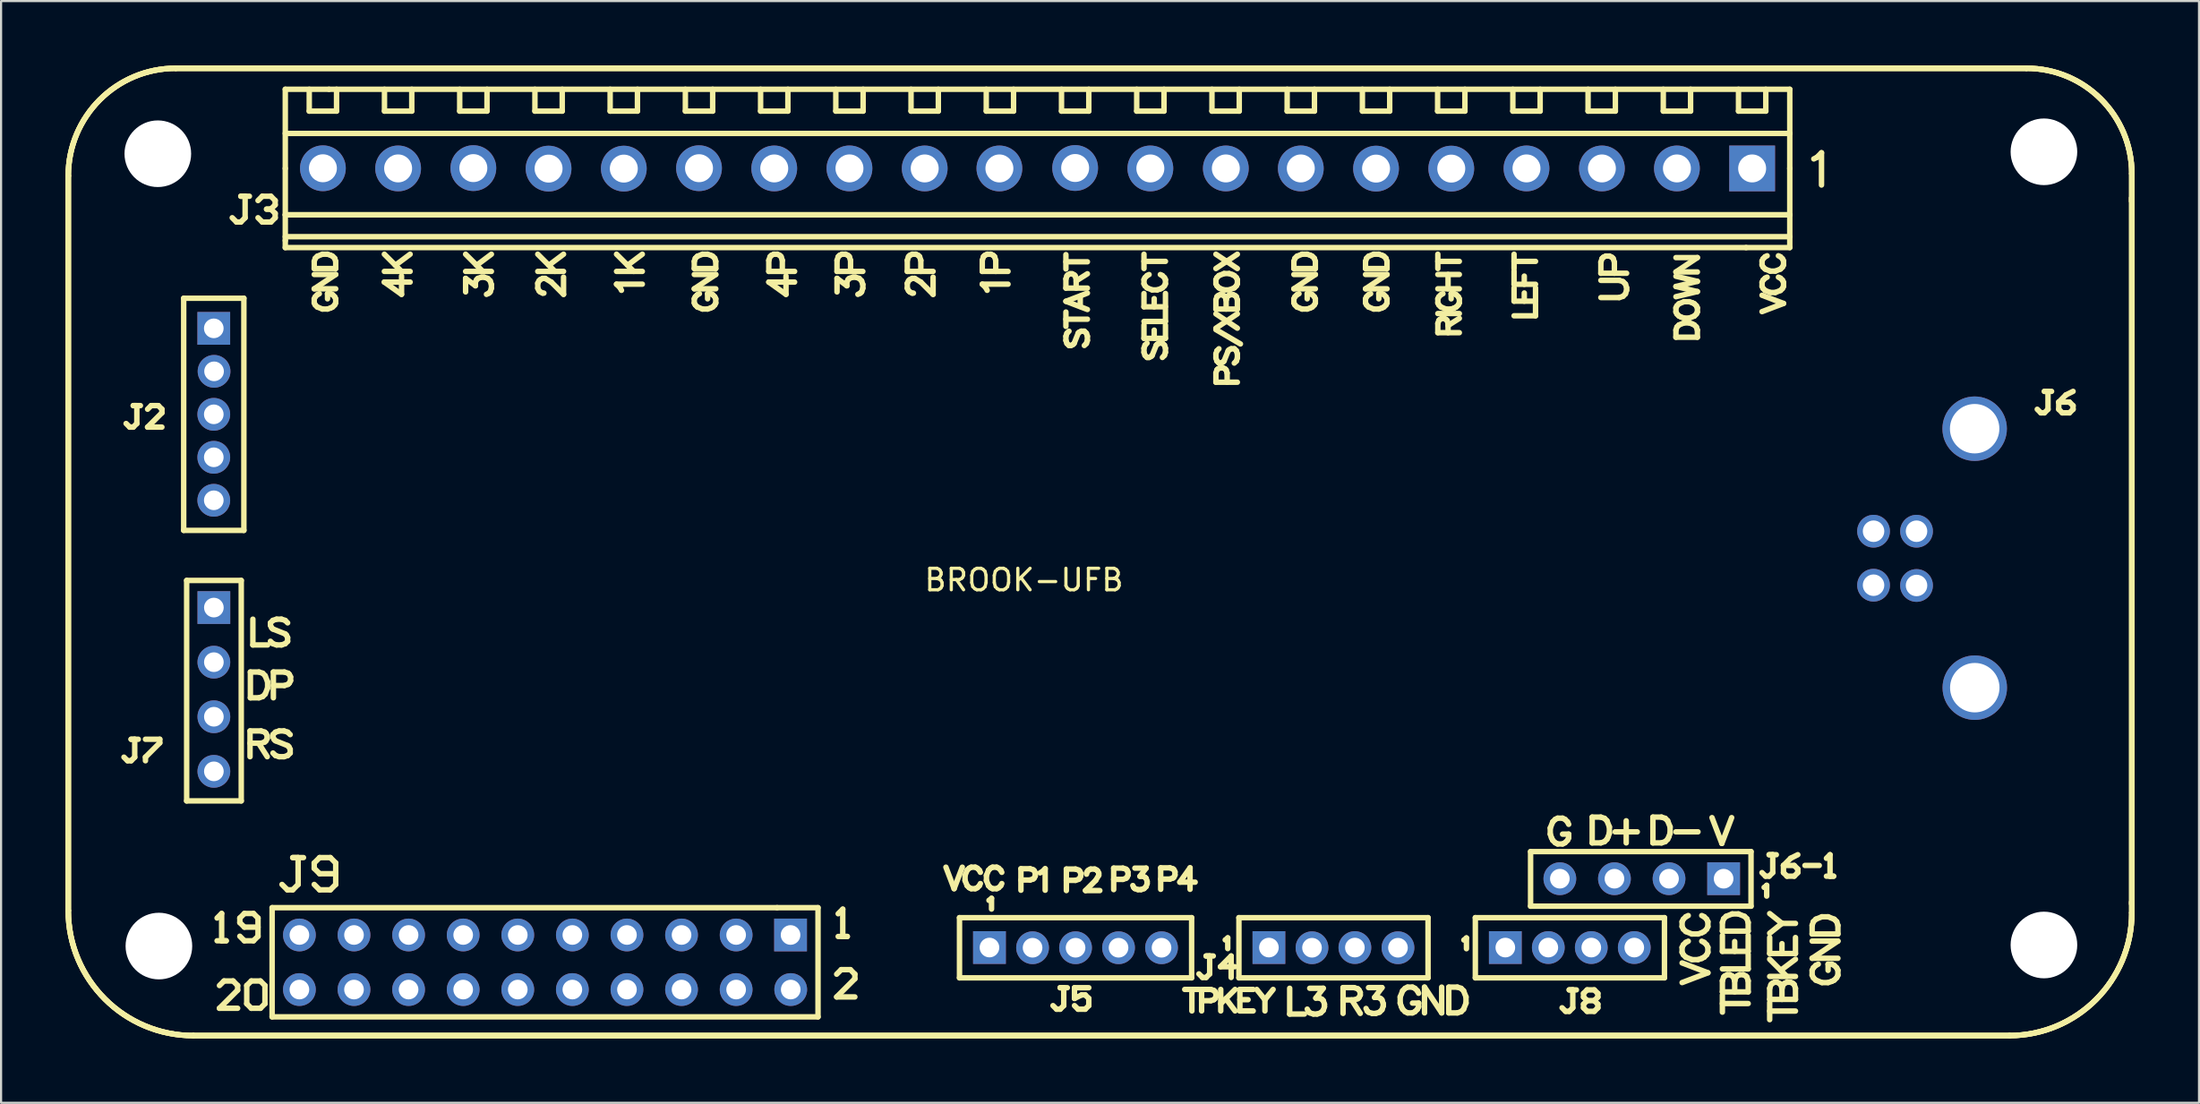
<source format=kicad_pcb>
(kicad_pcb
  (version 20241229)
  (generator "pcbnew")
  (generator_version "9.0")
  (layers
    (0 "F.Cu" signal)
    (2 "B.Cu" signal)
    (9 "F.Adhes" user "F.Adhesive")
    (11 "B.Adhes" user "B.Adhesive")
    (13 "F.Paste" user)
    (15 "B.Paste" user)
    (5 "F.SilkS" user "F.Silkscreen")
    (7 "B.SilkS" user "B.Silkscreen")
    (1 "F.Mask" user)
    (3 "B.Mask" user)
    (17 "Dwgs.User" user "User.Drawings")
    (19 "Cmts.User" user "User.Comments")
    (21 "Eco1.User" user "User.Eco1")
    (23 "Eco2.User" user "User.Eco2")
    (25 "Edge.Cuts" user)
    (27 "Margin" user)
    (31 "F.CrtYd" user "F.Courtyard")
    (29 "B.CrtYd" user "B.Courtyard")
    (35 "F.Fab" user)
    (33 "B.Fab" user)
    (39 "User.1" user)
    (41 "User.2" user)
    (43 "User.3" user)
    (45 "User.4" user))
  (footprint "BROOK-UFB"
    (layer "F.Cu")
    (at 34.433 41.716)
    (property "Reference" "BROOK-UFB" (at 10.16 -17.78 0) (layer "F.SilkS") (effects (font (size 1 1) (thickness 0.15))))
    (attr through_hole)
    (fp_line (start -34.306 -2.397) (end -34.306 -36.585) (stroke (width 0.254) (type solid)) (layer "F.SilkS"))
    (fp_line (start -34.306 -2.397) (end -34.306 -36.585) (stroke (width 0.254) (type solid)) (layer "F.SilkS"))
    (fp_line (start -34.306 -2.397) (end -34.306 -36.585) (stroke (width 0.254) (type solid)) (layer "F.SilkS"))
    (fp_line (start -31.548 -9.369) (end -31.715 -9.536) (stroke (width 0.254) (type solid)) (layer "F.SilkS"))
    (fp_line (start -31.449 -24.893) (end -31.616 -25.06) (stroke (width 0.254) (type solid)) (layer "F.SilkS"))
    (fp_line (start -31.382 -10.369) (end -31.215 -10.369) (stroke (width 0.254) (type solid)) (layer "F.SilkS"))
    (fp_line (start -31.382 -9.369) (end -31.548 -9.369) (stroke (width 0.254) (type solid)) (layer "F.SilkS"))
    (fp_line (start -31.283 -25.893) (end -31.116 -25.893) (stroke (width 0.254) (type solid)) (layer "F.SilkS"))
    (fp_line (start -31.283 -24.893) (end -31.449 -24.893) (stroke (width 0.254) (type solid)) (layer "F.SilkS"))
    (fp_line (start -31.215 -10.369) (end -31.215 -9.536) (stroke (width 0.254) (type solid)) (layer "F.SilkS"))
    (fp_line (start -31.215 -9.536) (end -31.382 -9.369) (stroke (width 0.254) (type solid)) (layer "F.SilkS"))
    (fp_line (start -31.116 -25.893) (end -31.116 -25.06) (stroke (width 0.254) (type solid)) (layer "F.SilkS"))
    (fp_line (start -31.116 -25.06) (end -31.283 -24.893) (stroke (width 0.254) (type solid)) (layer "F.SilkS"))
    (fp_line (start -31.049 -10.369) (end -31.382 -10.369) (stroke (width 0.254) (type solid)) (layer "F.SilkS"))
    (fp_line (start -30.95 -25.893) (end -31.283 -25.893) (stroke (width 0.254) (type solid)) (layer "F.SilkS"))
    (fp_line (start -30.715 -10.369) (end -30.049 -10.369) (stroke (width 0.254) (type solid)) (layer "F.SilkS"))
    (fp_line (start -30.715 -9.536) (end -30.715 -9.369) (stroke (width 0.254) (type solid)) (layer "F.SilkS"))
    (fp_line (start -30.616 -24.893) (end -29.95 -25.559) (stroke (width 0.254) (type solid)) (layer "F.SilkS"))
    (fp_line (start -30.45 -25.893) (end -30.616 -25.726) (stroke (width 0.254) (type solid)) (layer "F.SilkS"))
    (fp_line (start -30.117 -25.893) (end -30.45 -25.893) (stroke (width 0.254) (type solid)) (layer "F.SilkS"))
    (fp_line (start -30.049 -10.369) (end -30.049 -10.202) (stroke (width 0.254) (type solid)) (layer "F.SilkS"))
    (fp_line (start -30.049 -10.202) (end -30.715 -9.536) (stroke (width 0.254) (type solid)) (layer "F.SilkS"))
    (fp_line (start -29.95 -25.726) (end -30.117 -25.893) (stroke (width 0.254) (type solid)) (layer "F.SilkS"))
    (fp_line (start -29.95 -25.559) (end -29.95 -25.726) (stroke (width 0.254) (type solid)) (layer "F.SilkS"))
    (fp_line (start -29.95 -24.893) (end -30.616 -24.893) (stroke (width 0.254) (type solid)) (layer "F.SilkS"))
    (fp_line (start -29.302 -41.589) (end 56.804 -41.589) (stroke (width 0.254) (type solid)) (layer "F.SilkS"))
    (fp_line (start -29.302 -41.589) (end 56.804 -41.589) (stroke (width 0.254) (type solid)) (layer "F.SilkS"))
    (fp_line (start -29.302 -41.589) (end 56.804 -41.589) (stroke (width 0.254) (type solid)) (layer "F.SilkS"))
    (fp_line (start -28.936 -30.888) (end -26.136 -30.888) (stroke (width 0.254) (type solid)) (layer "F.SilkS"))
    (fp_line (start -28.936 -20.088) (end -28.936 -30.888) (stroke (width 0.254) (type solid)) (layer "F.SilkS"))
    (fp_line (start -28.936 -20.088) (end -26.136 -20.088) (stroke (width 0.254) (type solid)) (layer "F.SilkS"))
    (fp_line (start -28.798 -17.758) (end -26.258 -17.758) (stroke (width 0.254) (type solid)) (layer "F.SilkS"))
    (fp_line (start -28.798 -7.501) (end -28.798 -17.758) (stroke (width 0.254) (type solid)) (layer "F.SilkS"))
    (fp_line (start -28.798 -7.501) (end -26.258 -7.501) (stroke (width 0.254) (type solid)) (layer "F.SilkS"))
    (fp_line (start -28.489 3.42) (end 56.016 3.42) (stroke (width 0.254) (type solid)) (layer "F.SilkS"))
    (fp_line (start -28.489 3.42) (end 56.016 3.42) (stroke (width 0.254) (type solid)) (layer "F.SilkS"))
    (fp_line (start -28.489 3.42) (end 56.016 3.42) (stroke (width 0.254) (type solid)) (layer "F.SilkS"))
    (fp_line (start -27.382 -0.992) (end -26.959 -0.992) (stroke (width 0.254) (type solid)) (layer "F.SilkS"))
    (fp_line (start -27.272 2.148) (end -26.426 1.302) (stroke (width 0.254) (type solid)) (layer "F.SilkS"))
    (fp_line (start -27.17 -2.262) (end -27.382 -2.05) (stroke (width 0.254) (type solid)) (layer "F.SilkS"))
    (fp_line (start -27.17 -0.992) (end -27.17 -2.262) (stroke (width 0.254) (type solid)) (layer "F.SilkS"))
    (fp_line (start -27.06 0.878) (end -27.272 1.09) (stroke (width 0.254) (type solid)) (layer "F.SilkS"))
    (fp_line (start -26.959 -0.992) (end -27.17 -0.992) (stroke (width 0.254) (type solid)) (layer "F.SilkS"))
    (fp_line (start -26.637 0.878) (end -27.06 0.878) (stroke (width 0.254) (type solid)) (layer "F.SilkS"))
    (fp_line (start -26.478 -34.435) (end -26.678 -34.635) (stroke (width 0.254) (type solid)) (layer "F.SilkS"))
    (fp_line (start -26.426 1.09) (end -26.637 0.878) (stroke (width 0.254) (type solid)) (layer "F.SilkS"))
    (fp_line (start -26.426 1.302) (end -26.426 1.09) (stroke (width 0.254) (type solid)) (layer "F.SilkS"))
    (fp_line (start -26.426 2.148) (end -27.272 2.148) (stroke (width 0.254) (type solid)) (layer "F.SilkS"))
    (fp_line (start -26.324 -2.05) (end -26.324 -1.838) (stroke (width 0.254) (type solid)) (layer "F.SilkS"))
    (fp_line (start -26.324 -1.838) (end -26.112 -1.627) (stroke (width 0.254) (type solid)) (layer "F.SilkS"))
    (fp_line (start -26.324 -1.204) (end -26.112 -0.992) (stroke (width 0.254) (type solid)) (layer "F.SilkS"))
    (fp_line (start -26.278 -35.635) (end -26.078 -35.635) (stroke (width 0.254) (type solid)) (layer "F.SilkS"))
    (fp_line (start -26.278 -34.435) (end -26.478 -34.435) (stroke (width 0.254) (type solid)) (layer "F.SilkS"))
    (fp_line (start -26.258 -7.501) (end -26.258 -17.758) (stroke (width 0.254) (type solid)) (layer "F.SilkS"))
    (fp_line (start -26.136 -20.088) (end -26.136 -30.888) (stroke (width 0.254) (type solid)) (layer "F.SilkS"))
    (fp_line (start -26.112 -2.262) (end -26.324 -2.05) (stroke (width 0.254) (type solid)) (layer "F.SilkS"))
    (fp_line (start -26.112 -1.627) (end -25.478 -1.627) (stroke (width 0.254) (type solid)) (layer "F.SilkS"))
    (fp_line (start -26.112 -0.992) (end -25.689 -0.992) (stroke (width 0.254) (type solid)) (layer "F.SilkS"))
    (fp_line (start -26.078 -35.635) (end -26.078 -34.635) (stroke (width 0.254) (type solid)) (layer "F.SilkS"))
    (fp_line (start -26.078 -34.635) (end -26.278 -34.435) (stroke (width 0.254) (type solid)) (layer "F.SilkS"))
    (fp_line (start -26.002 1.09) (end -25.791 0.878) (stroke (width 0.254) (type solid)) (layer "F.SilkS"))
    (fp_line (start -26.002 1.936) (end -26.002 1.09) (stroke (width 0.254) (type solid)) (layer "F.SilkS"))
    (fp_line (start -25.878 -35.635) (end -26.278 -35.635) (stroke (width 0.254) (type solid)) (layer "F.SilkS"))
    (fp_line (start -25.849 -10.756) (end -25.849 -9.557) (stroke (width 0.254) (type solid)) (layer "F.SilkS"))
    (fp_line (start -25.849 -10.756) (end -25.335 -10.756) (stroke (width 0.254) (type solid)) (layer "F.SilkS"))
    (fp_line (start -25.832 -13.498) (end -25.832 -12.298) (stroke (width 0.254) (type solid)) (layer "F.SilkS"))
    (fp_line (start -25.832 -13.498) (end -25.432 -13.498) (stroke (width 0.254) (type solid)) (layer "F.SilkS"))
    (fp_line (start -25.791 0.878) (end -25.368 0.878) (stroke (width 0.254) (type solid)) (layer "F.SilkS"))
    (fp_line (start -25.791 2.148) (end -26.002 1.936) (stroke (width 0.254) (type solid)) (layer "F.SilkS"))
    (fp_line (start -25.717 -15.956) (end -25.717 -14.757) (stroke (width 0.254) (type solid)) (layer "F.SilkS"))
    (fp_line (start -25.717 -14.757) (end -25.031 -14.757) (stroke (width 0.254) (type solid)) (layer "F.SilkS"))
    (fp_line (start -25.689 -2.262) (end -26.112 -2.262) (stroke (width 0.254) (type solid)) (layer "F.SilkS"))
    (fp_line (start -25.689 -0.992) (end -25.478 -1.204) (stroke (width 0.254) (type solid)) (layer "F.SilkS"))
    (fp_line (start -25.478 -35.435) (end -25.278 -35.635) (stroke (width 0.254) (type solid)) (layer "F.SilkS"))
    (fp_line (start -25.478 -2.05) (end -25.689 -2.262) (stroke (width 0.254) (type solid)) (layer "F.SilkS"))
    (fp_line (start -25.478 -1.204) (end -25.478 -2.05) (stroke (width 0.254) (type solid)) (layer "F.SilkS"))
    (fp_line (start -25.449 -10.185) (end -25.049 -9.557) (stroke (width 0.254) (type solid)) (layer "F.SilkS"))
    (fp_line (start -25.432 -13.498) (end -25.26 -13.441) (stroke (width 0.254) (type solid)) (layer "F.SilkS"))
    (fp_line (start -25.432 -12.298) (end -25.832 -12.298) (stroke (width 0.254) (type solid)) (layer "F.SilkS"))
    (fp_line (start -25.368 0.878) (end -25.156 1.09) (stroke (width 0.254) (type solid)) (layer "F.SilkS"))
    (fp_line (start -25.368 2.148) (end -25.791 2.148) (stroke (width 0.254) (type solid)) (layer "F.SilkS"))
    (fp_line (start -25.335 -10.756) (end -25.163 -10.699) (stroke (width 0.254) (type solid)) (layer "F.SilkS"))
    (fp_line (start -25.335 -10.185) (end -25.849 -10.185) (stroke (width 0.254) (type solid)) (layer "F.SilkS"))
    (fp_line (start -25.278 -35.635) (end -24.879 -35.635) (stroke (width 0.254) (type solid)) (layer "F.SilkS"))
    (fp_line (start -25.278 -34.435) (end -25.478 -34.635) (stroke (width 0.254) (type solid)) (layer "F.SilkS"))
    (fp_line (start -25.26 -13.441) (end -25.146 -13.326) (stroke (width 0.254) (type solid)) (layer "F.SilkS"))
    (fp_line (start -25.26 -12.355) (end -25.432 -12.298) (stroke (width 0.254) (type solid)) (layer "F.SilkS"))
    (fp_line (start -25.163 -10.699) (end -25.106 -10.642) (stroke (width 0.254) (type solid)) (layer "F.SilkS"))
    (fp_line (start -25.163 -10.242) (end -25.335 -10.185) (stroke (width 0.254) (type solid)) (layer "F.SilkS"))
    (fp_line (start -25.156 1.09) (end -25.156 1.936) (stroke (width 0.254) (type solid)) (layer "F.SilkS"))
    (fp_line (start -25.156 1.936) (end -25.368 2.148) (stroke (width 0.254) (type solid)) (layer "F.SilkS"))
    (fp_line (start -25.146 -13.326) (end -25.032 -13.041) (stroke (width 0.254) (type solid)) (layer "F.SilkS"))
    (fp_line (start -25.146 -12.469) (end -25.26 -12.355) (stroke (width 0.254) (type solid)) (layer "F.SilkS"))
    (fp_line (start -25.106 -10.642) (end -25.049 -10.528) (stroke (width 0.254) (type solid)) (layer "F.SilkS"))
    (fp_line (start -25.106 -10.299) (end -25.163 -10.242) (stroke (width 0.254) (type solid)) (layer "F.SilkS"))
    (fp_line (start -25.079 -35.035) (end -24.879 -35.035) (stroke (width 0.254) (type solid)) (layer "F.SilkS"))
    (fp_line (start -25.049 -10.528) (end -25.049 -10.414) (stroke (width 0.254) (type solid)) (layer "F.SilkS"))
    (fp_line (start -25.049 -10.414) (end -25.106 -10.299) (stroke (width 0.254) (type solid)) (layer "F.SilkS"))
    (fp_line (start -25.032 -13.041) (end -25.032 -12.755) (stroke (width 0.254) (type solid)) (layer "F.SilkS"))
    (fp_line (start -25.032 -12.755) (end -25.146 -12.469) (stroke (width 0.254) (type solid)) (layer "F.SilkS"))
    (fp_line (start -24.9 -15.785) (end -24.9 -15.671) (stroke (width 0.254) (type solid)) (layer "F.SilkS"))
    (fp_line (start -24.9 -15.671) (end -24.843 -15.556) (stroke (width 0.254) (type solid)) (layer "F.SilkS"))
    (fp_line (start -24.879 -35.635) (end -24.679 -35.435) (stroke (width 0.254) (type solid)) (layer "F.SilkS"))
    (fp_line (start -24.879 -35.035) (end -25.079 -35.035) (stroke (width 0.254) (type solid)) (layer "F.SilkS"))
    (fp_line (start -24.879 -35.035) (end -24.679 -34.835) (stroke (width 0.254) (type solid)) (layer "F.SilkS"))
    (fp_line (start -24.879 -34.435) (end -25.278 -34.435) (stroke (width 0.254) (type solid)) (layer "F.SilkS"))
    (fp_line (start -24.843 -15.556) (end -24.786 -15.499) (stroke (width 0.254) (type solid)) (layer "F.SilkS"))
    (fp_line (start -24.822 -2.532) (end -1.327 -2.532) (stroke (width 0.254) (type solid)) (layer "F.SilkS"))
    (fp_line (start -24.822 2.548) (end -24.822 -2.532) (stroke (width 0.254) (type solid)) (layer "F.SilkS"))
    (fp_line (start -24.822 2.548) (end 0.578 2.548) (stroke (width 0.254) (type solid)) (layer "F.SilkS"))
    (fp_line (start -24.786 -15.899) (end -24.9 -15.785) (stroke (width 0.254) (type solid)) (layer "F.SilkS"))
    (fp_line (start -24.786 -15.499) (end -24.215 -15.271) (stroke (width 0.254) (type solid)) (layer "F.SilkS"))
    (fp_line (start -24.786 -14.814) (end -24.9 -14.928) (stroke (width 0.254) (type solid)) (layer "F.SilkS"))
    (fp_line (start -24.781 -10.585) (end -24.781 -10.471) (stroke (width 0.254) (type solid)) (layer "F.SilkS"))
    (fp_line (start -24.781 -10.471) (end -24.724 -10.356) (stroke (width 0.254) (type solid)) (layer "F.SilkS"))
    (fp_line (start -24.763 -13.498) (end -24.763 -12.298) (stroke (width 0.254) (type solid)) (layer "F.SilkS"))
    (fp_line (start -24.763 -12.869) (end -24.249 -12.869) (stroke (width 0.254) (type solid)) (layer "F.SilkS"))
    (fp_line (start -24.724 -10.356) (end -24.666 -10.299) (stroke (width 0.254) (type solid)) (layer "F.SilkS"))
    (fp_line (start -24.679 -35.435) (end -24.679 -35.235) (stroke (width 0.254) (type solid)) (layer "F.SilkS"))
    (fp_line (start -24.679 -35.235) (end -24.879 -35.035) (stroke (width 0.254) (type solid)) (layer "F.SilkS"))
    (fp_line (start -24.679 -34.835) (end -24.679 -34.635) (stroke (width 0.254) (type solid)) (layer "F.SilkS"))
    (fp_line (start -24.679 -34.635) (end -24.879 -34.435) (stroke (width 0.254) (type solid)) (layer "F.SilkS"))
    (fp_line (start -24.666 -10.699) (end -24.781 -10.585) (stroke (width 0.254) (type solid)) (layer "F.SilkS"))
    (fp_line (start -24.666 -10.299) (end -24.095 -10.071) (stroke (width 0.254) (type solid)) (layer "F.SilkS"))
    (fp_line (start -24.666 -9.614) (end -24.781 -9.728) (stroke (width 0.254) (type solid)) (layer "F.SilkS"))
    (fp_line (start -24.614 -15.956) (end -24.786 -15.899) (stroke (width 0.254) (type solid)) (layer "F.SilkS"))
    (fp_line (start -24.614 -14.757) (end -24.786 -14.814) (stroke (width 0.254) (type solid)) (layer "F.SilkS"))
    (fp_line (start -24.495 -10.756) (end -24.666 -10.699) (stroke (width 0.254) (type solid)) (layer "F.SilkS"))
    (fp_line (start -24.495 -9.557) (end -24.666 -9.614) (stroke (width 0.254) (type solid)) (layer "F.SilkS"))
    (fp_line (start -24.386 -15.956) (end -24.614 -15.956) (stroke (width 0.254) (type solid)) (layer "F.SilkS"))
    (fp_line (start -24.386 -14.757) (end -24.614 -14.757) (stroke (width 0.254) (type solid)) (layer "F.SilkS"))
    (fp_line (start -24.267 -10.756) (end -24.495 -10.756) (stroke (width 0.254) (type solid)) (layer "F.SilkS"))
    (fp_line (start -24.267 -9.557) (end -24.495 -9.557) (stroke (width 0.254) (type solid)) (layer "F.SilkS"))
    (fp_line (start -24.249 -13.498) (end -24.763 -13.498) (stroke (width 0.254) (type solid)) (layer "F.SilkS"))
    (fp_line (start -24.249 -12.869) (end -24.078 -12.926) (stroke (width 0.254) (type solid)) (layer "F.SilkS"))
    (fp_line (start -24.215 -15.899) (end -24.386 -15.956) (stroke (width 0.254) (type solid)) (layer "F.SilkS"))
    (fp_line (start -24.215 -15.271) (end -24.157 -15.214) (stroke (width 0.254) (type solid)) (layer "F.SilkS"))
    (fp_line (start -24.215 -14.814) (end -24.386 -14.757) (stroke (width 0.254) (type solid)) (layer "F.SilkS"))
    (fp_line (start -24.209 -40.612) (end -22.176 -40.612) (stroke (width 0.254) (type solid)) (layer "F.SilkS"))
    (fp_line (start -24.209 -38.557) (end 45.789 -38.557) (stroke (width 0.254) (type solid)) (layer "F.SilkS"))
    (fp_line (start -24.209 -36.929) (end -24.209 -40.612) (stroke (width 0.254) (type solid)) (layer "F.SilkS"))
    (fp_line (start -24.209 -34.77) (end 45.792 -34.77) (stroke (width 0.254) (type solid)) (layer "F.SilkS"))
    (fp_line (start -24.209 -34.77) (end 45.792 -34.77) (stroke (width 0.254) (type solid)) (layer "F.SilkS"))
    (fp_line (start -24.209 -33.754) (end 45.792 -33.754) (stroke (width 0.254) (type solid)) (layer "F.SilkS"))
    (fp_line (start -24.209 -33.58) (end -24.209 -36.929) (stroke (width 0.254) (type solid)) (layer "F.SilkS"))
    (fp_line (start -24.209 -33.246) (end -24.209 -33.576) (stroke (width 0.254) (type solid)) (layer "F.SilkS"))
    (fp_line (start -24.209 -33.246) (end 43.759 -33.246) (stroke (width 0.254) (type solid)) (layer "F.SilkS"))
    (fp_line (start -24.157 -15.214) (end -24.1 -15.099) (stroke (width 0.254) (type solid)) (layer "F.SilkS"))
    (fp_line (start -24.112 -3.363) (end -24.362 -3.613) (stroke (width 0.254) (type solid)) (layer "F.SilkS"))
    (fp_line (start -24.1 -15.785) (end -24.215 -15.899) (stroke (width 0.254) (type solid)) (layer "F.SilkS"))
    (fp_line (start -24.1 -15.099) (end -24.1 -14.928) (stroke (width 0.254) (type solid)) (layer "F.SilkS"))
    (fp_line (start -24.1 -14.928) (end -24.215 -14.814) (stroke (width 0.254) (type solid)) (layer "F.SilkS"))
    (fp_line (start -24.095 -10.699) (end -24.267 -10.756) (stroke (width 0.254) (type solid)) (layer "F.SilkS"))
    (fp_line (start -24.095 -10.071) (end -24.038 -10.014) (stroke (width 0.254) (type solid)) (layer "F.SilkS"))
    (fp_line (start -24.095 -9.614) (end -24.267 -9.557) (stroke (width 0.254) (type solid)) (layer "F.SilkS"))
    (fp_line (start -24.078 -13.441) (end -24.249 -13.498) (stroke (width 0.254) (type solid)) (layer "F.SilkS"))
    (fp_line (start -24.078 -12.926) (end -24.021 -12.984) (stroke (width 0.254) (type solid)) (layer "F.SilkS"))
    (fp_line (start -24.038 -10.014) (end -23.981 -9.899) (stroke (width 0.254) (type solid)) (layer "F.SilkS"))
    (fp_line (start -24.021 -13.383) (end -24.078 -13.441) (stroke (width 0.254) (type solid)) (layer "F.SilkS"))
    (fp_line (start -24.021 -12.984) (end -23.963 -13.098) (stroke (width 0.254) (type solid)) (layer "F.SilkS"))
    (fp_line (start -23.981 -10.585) (end -24.095 -10.699) (stroke (width 0.254) (type solid)) (layer "F.SilkS"))
    (fp_line (start -23.981 -9.899) (end -23.981 -9.728) (stroke (width 0.254) (type solid)) (layer "F.SilkS"))
    (fp_line (start -23.981 -9.728) (end -24.095 -9.614) (stroke (width 0.254) (type solid)) (layer "F.SilkS"))
    (fp_line (start -23.963 -13.269) (end -24.021 -13.383) (stroke (width 0.254) (type solid)) (layer "F.SilkS"))
    (fp_line (start -23.963 -13.098) (end -23.963 -13.269) (stroke (width 0.254) (type solid)) (layer "F.SilkS"))
    (fp_line (start -23.862 -4.863) (end -23.612 -4.863) (stroke (width 0.254) (type solid)) (layer "F.SilkS"))
    (fp_line (start -23.862 -3.363) (end -24.112 -3.363) (stroke (width 0.254) (type solid)) (layer "F.SilkS"))
    (fp_line (start -23.612 -4.863) (end -23.612 -3.613) (stroke (width 0.254) (type solid)) (layer "F.SilkS"))
    (fp_line (start -23.612 -3.613) (end -23.862 -3.363) (stroke (width 0.254) (type solid)) (layer "F.SilkS"))
    (fp_line (start -23.362 -4.863) (end -23.862 -4.863) (stroke (width 0.254) (type solid)) (layer "F.SilkS"))
    (fp_line (start -23.094 -39.596) (end -23.094 -40.612) (stroke (width 0.254) (type solid)) (layer "F.SilkS"))
    (fp_line (start -23.094 -39.596) (end -21.824 -39.596) (stroke (width 0.254) (type solid)) (layer "F.SilkS"))
    (fp_line (start -22.863 -32.605) (end -22.815 -32.748) (stroke (width 0.254) (type solid)) (layer "F.SilkS"))
    (fp_line (start -22.863 -32.272) (end -22.863 -32.605) (stroke (width 0.254) (type solid)) (layer "F.SilkS"))
    (fp_line (start -22.863 -32.272) (end -21.863 -32.272) (stroke (width 0.254) (type solid)) (layer "F.SilkS"))
    (fp_line (start -22.863 -31.995) (end -21.863 -31.995) (stroke (width 0.254) (type solid)) (layer "F.SilkS"))
    (fp_line (start -22.863 -31.329) (end -21.863 -31.995) (stroke (width 0.254) (type solid)) (layer "F.SilkS"))
    (fp_line (start -22.863 -31.329) (end -21.863 -31.329) (stroke (width 0.254) (type solid)) (layer "F.SilkS"))
    (fp_line (start -22.863 -30.862) (end -22.863 -30.672) (stroke (width 0.254) (type solid)) (layer "F.SilkS"))
    (fp_line (start -22.863 -30.672) (end -22.815 -30.577) (stroke (width 0.254) (type solid)) (layer "F.SilkS"))
    (fp_line (start -22.863 -4.613) (end -22.863 -4.363) (stroke (width 0.254) (type solid)) (layer "F.SilkS"))
    (fp_line (start -22.863 -4.363) (end -22.613 -4.113) (stroke (width 0.254) (type solid)) (layer "F.SilkS"))
    (fp_line (start -22.863 -3.613) (end -22.613 -3.363) (stroke (width 0.254) (type solid)) (layer "F.SilkS"))
    (fp_line (start -22.815 -32.748) (end -22.72 -32.843) (stroke (width 0.254) (type solid)) (layer "F.SilkS"))
    (fp_line (start -22.815 -30.958) (end -22.863 -30.862) (stroke (width 0.254) (type solid)) (layer "F.SilkS"))
    (fp_line (start -22.815 -30.577) (end -22.72 -30.482) (stroke (width 0.254) (type solid)) (layer "F.SilkS"))
    (fp_line (start -22.72 -32.843) (end -22.482 -32.938) (stroke (width 0.254) (type solid)) (layer "F.SilkS"))
    (fp_line (start -22.72 -31.053) (end -22.815 -30.958) (stroke (width 0.254) (type solid)) (layer "F.SilkS"))
    (fp_line (start -22.72 -30.482) (end -22.482 -30.386) (stroke (width 0.254) (type solid)) (layer "F.SilkS"))
    (fp_line (start -22.625 -31.1) (end -22.72 -31.053) (stroke (width 0.254) (type solid)) (layer "F.SilkS"))
    (fp_line (start -22.613 -4.863) (end -22.863 -4.613) (stroke (width 0.254) (type solid)) (layer "F.SilkS"))
    (fp_line (start -22.613 -4.113) (end -21.863 -4.113) (stroke (width 0.254) (type solid)) (layer "F.SilkS"))
    (fp_line (start -22.613 -3.363) (end -22.113 -3.363) (stroke (width 0.254) (type solid)) (layer "F.SilkS"))
    (fp_line (start -22.482 -32.938) (end -22.244 -32.938) (stroke (width 0.254) (type solid)) (layer "F.SilkS"))
    (fp_line (start -22.482 -30.386) (end -22.244 -30.386) (stroke (width 0.254) (type solid)) (layer "F.SilkS"))
    (fp_line (start -22.244 -32.938) (end -22.101 -32.891) (stroke (width 0.254) (type solid)) (layer "F.SilkS"))
    (fp_line (start -22.244 -30.862) (end -22.244 -31.1) (stroke (width 0.254) (type solid)) (layer "F.SilkS"))
    (fp_line (start -22.244 -30.386) (end -22.101 -30.434) (stroke (width 0.254) (type solid)) (layer "F.SilkS"))
    (fp_line (start -22.176 -40.612) (end 45.792 -40.612) (stroke (width 0.254) (type solid)) (layer "F.SilkS"))
    (fp_line (start -22.113 -4.863) (end -22.613 -4.863) (stroke (width 0.254) (type solid)) (layer "F.SilkS"))
    (fp_line (start -22.113 -3.363) (end -21.863 -3.613) (stroke (width 0.254) (type solid)) (layer "F.SilkS"))
    (fp_line (start -22.101 -32.891) (end -22.006 -32.843) (stroke (width 0.254) (type solid)) (layer "F.SilkS"))
    (fp_line (start -22.101 -31.1) (end -22.244 -31.1) (stroke (width 0.254) (type solid)) (layer "F.SilkS"))
    (fp_line (start -22.101 -30.434) (end -22.006 -30.482) (stroke (width 0.254) (type solid)) (layer "F.SilkS"))
    (fp_line (start -22.006 -32.843) (end -21.911 -32.748) (stroke (width 0.254) (type solid)) (layer "F.SilkS"))
    (fp_line (start -22.006 -31.053) (end -22.101 -31.1) (stroke (width 0.254) (type solid)) (layer "F.SilkS"))
    (fp_line (start -22.006 -30.482) (end -21.911 -30.577) (stroke (width 0.254) (type solid)) (layer "F.SilkS"))
    (fp_line (start -21.911 -32.748) (end -21.863 -32.605) (stroke (width 0.254) (type solid)) (layer "F.SilkS"))
    (fp_line (start -21.911 -30.958) (end -22.006 -31.053) (stroke (width 0.254) (type solid)) (layer "F.SilkS"))
    (fp_line (start -21.911 -30.577) (end -21.863 -30.672) (stroke (width 0.254) (type solid)) (layer "F.SilkS"))
    (fp_line (start -21.863 -32.605) (end -21.863 -32.272) (stroke (width 0.254) (type solid)) (layer "F.SilkS"))
    (fp_line (start -21.863 -30.862) (end -21.911 -30.958) (stroke (width 0.254) (type solid)) (layer "F.SilkS"))
    (fp_line (start -21.863 -30.672) (end -21.863 -30.862) (stroke (width 0.254) (type solid)) (layer "F.SilkS"))
    (fp_line (start -21.863 -4.613) (end -22.113 -4.863) (stroke (width 0.254) (type solid)) (layer "F.SilkS"))
    (fp_line (start -21.863 -3.613) (end -21.863 -4.613) (stroke (width 0.254) (type solid)) (layer "F.SilkS"))
    (fp_line (start -21.824 -39.596) (end -21.824 -40.612) (stroke (width 0.254) (type solid)) (layer "F.SilkS"))
    (fp_line (start -19.6 -32.938) (end -18.8 -32.138) (stroke (width 0.254) (type solid)) (layer "F.SilkS"))
    (fp_line (start -19.6 -32.138) (end -18.4 -32.138) (stroke (width 0.254) (type solid)) (layer "F.SilkS"))
    (fp_line (start -19.6 -31.641) (end -18.8 -31.07) (stroke (width 0.254) (type solid)) (layer "F.SilkS"))
    (fp_line (start -19.6 -31.641) (end -18.4 -31.641) (stroke (width 0.254) (type solid)) (layer "F.SilkS"))
    (fp_line (start -19.594 -39.596) (end -19.594 -40.612) (stroke (width 0.254) (type solid)) (layer "F.SilkS"))
    (fp_line (start -19.594 -39.596) (end -18.324 -39.596) (stroke (width 0.254) (type solid)) (layer "F.SilkS"))
    (fp_line (start -19.086 -32.424) (end -18.4 -32.938) (stroke (width 0.254) (type solid)) (layer "F.SilkS"))
    (fp_line (start -18.8 -31.07) (end -18.8 -31.927) (stroke (width 0.254) (type solid)) (layer "F.SilkS"))
    (fp_line (start -18.324 -39.596) (end -18.324 -40.612) (stroke (width 0.254) (type solid)) (layer "F.SilkS"))
    (fp_line (start -16.094 -39.596) (end -16.094 -40.612) (stroke (width 0.254) (type solid)) (layer "F.SilkS"))
    (fp_line (start -16.094 -39.596) (end -14.824 -39.596) (stroke (width 0.254) (type solid)) (layer "F.SilkS"))
    (fp_line (start -15.819 -32.938) (end -15.019 -32.138) (stroke (width 0.254) (type solid)) (layer "F.SilkS"))
    (fp_line (start -15.819 -32.138) (end -14.619 -32.138) (stroke (width 0.254) (type solid)) (layer "F.SilkS"))
    (fp_line (start -15.819 -31.813) (end -15.362 -31.47) (stroke (width 0.254) (type solid)) (layer "F.SilkS"))
    (fp_line (start -15.819 -31.184) (end -15.819 -31.813) (stroke (width 0.254) (type solid)) (layer "F.SilkS"))
    (fp_line (start -15.362 -31.641) (end -15.305 -31.756) (stroke (width 0.254) (type solid)) (layer "F.SilkS"))
    (fp_line (start -15.362 -31.47) (end -15.362 -31.641) (stroke (width 0.254) (type solid)) (layer "F.SilkS"))
    (fp_line (start -15.305 -32.424) (end -14.619 -32.938) (stroke (width 0.254) (type solid)) (layer "F.SilkS"))
    (fp_line (start -15.305 -31.756) (end -15.247 -31.813) (stroke (width 0.254) (type solid)) (layer "F.SilkS"))
    (fp_line (start -15.247 -31.813) (end -15.076 -31.87) (stroke (width 0.254) (type solid)) (layer "F.SilkS"))
    (fp_line (start -15.076 -31.87) (end -14.962 -31.87) (stroke (width 0.254) (type solid)) (layer "F.SilkS"))
    (fp_line (start -14.962 -31.87) (end -14.79 -31.813) (stroke (width 0.254) (type solid)) (layer "F.SilkS"))
    (fp_line (start -14.824 -39.596) (end -14.824 -40.612) (stroke (width 0.254) (type solid)) (layer "F.SilkS"))
    (fp_line (start -14.79 -31.813) (end -14.676 -31.698) (stroke (width 0.254) (type solid)) (layer "F.SilkS"))
    (fp_line (start -14.733 -31.127) (end -14.848 -31.07) (stroke (width 0.254) (type solid)) (layer "F.SilkS"))
    (fp_line (start -14.676 -31.698) (end -14.619 -31.527) (stroke (width 0.254) (type solid)) (layer "F.SilkS"))
    (fp_line (start -14.676 -31.184) (end -14.733 -31.127) (stroke (width 0.254) (type solid)) (layer "F.SilkS"))
    (fp_line (start -14.619 -31.527) (end -14.619 -31.356) (stroke (width 0.254) (type solid)) (layer "F.SilkS"))
    (fp_line (start -14.619 -31.356) (end -14.676 -31.184) (stroke (width 0.254) (type solid)) (layer "F.SilkS"))
    (fp_line (start -12.594 -39.596) (end -12.594 -40.612) (stroke (width 0.254) (type solid)) (layer "F.SilkS"))
    (fp_line (start -12.594 -39.596) (end -11.324 -39.596) (stroke (width 0.254) (type solid)) (layer "F.SilkS"))
    (fp_line (start -12.462 -32.938) (end -11.662 -32.138) (stroke (width 0.254) (type solid)) (layer "F.SilkS"))
    (fp_line (start -12.462 -32.138) (end -11.262 -32.138) (stroke (width 0.254) (type solid)) (layer "F.SilkS"))
    (fp_line (start -12.462 -31.584) (end -12.405 -31.698) (stroke (width 0.254) (type solid)) (layer "F.SilkS"))
    (fp_line (start -12.462 -31.356) (end -12.462 -31.584) (stroke (width 0.254) (type solid)) (layer "F.SilkS"))
    (fp_line (start -12.405 -31.698) (end -12.348 -31.756) (stroke (width 0.254) (type solid)) (layer "F.SilkS"))
    (fp_line (start -12.405 -31.241) (end -12.462 -31.356) (stroke (width 0.254) (type solid)) (layer "F.SilkS"))
    (fp_line (start -12.348 -31.756) (end -12.233 -31.813) (stroke (width 0.254) (type solid)) (layer "F.SilkS"))
    (fp_line (start -12.348 -31.184) (end -12.405 -31.241) (stroke (width 0.254) (type solid)) (layer "F.SilkS"))
    (fp_line (start -12.233 -31.813) (end -12.119 -31.813) (stroke (width 0.254) (type solid)) (layer "F.SilkS"))
    (fp_line (start -12.233 -31.127) (end -12.348 -31.184) (stroke (width 0.254) (type solid)) (layer "F.SilkS"))
    (fp_line (start -12.176 -31.127) (end -12.233 -31.127) (stroke (width 0.254) (type solid)) (layer "F.SilkS"))
    (fp_line (start -12.119 -31.813) (end -11.833 -31.641) (stroke (width 0.254) (type solid)) (layer "F.SilkS"))
    (fp_line (start -11.948 -32.424) (end -11.262 -32.938) (stroke (width 0.254) (type solid)) (layer "F.SilkS"))
    (fp_line (start -11.833 -31.641) (end -11.262 -31.07) (stroke (width 0.254) (type solid)) (layer "F.SilkS"))
    (fp_line (start -11.324 -39.596) (end -11.324 -40.612) (stroke (width 0.254) (type solid)) (layer "F.SilkS"))
    (fp_line (start -11.262 -31.07) (end -11.262 -31.87) (stroke (width 0.254) (type solid)) (layer "F.SilkS"))
    (fp_line (start -9.094 -39.596) (end -9.094 -40.612) (stroke (width 0.254) (type solid)) (layer "F.SilkS"))
    (fp_line (start -9.094 -39.596) (end -7.824 -39.596) (stroke (width 0.254) (type solid)) (layer "F.SilkS"))
    (fp_line (start -8.797 -32.938) (end -7.997 -32.138) (stroke (width 0.254) (type solid)) (layer "F.SilkS"))
    (fp_line (start -8.797 -32.138) (end -7.597 -32.138) (stroke (width 0.254) (type solid)) (layer "F.SilkS"))
    (fp_line (start -8.797 -31.544) (end -7.597 -31.544) (stroke (width 0.254) (type solid)) (layer "F.SilkS"))
    (fp_line (start -8.625 -31.373) (end -8.797 -31.544) (stroke (width 0.254) (type solid)) (layer "F.SilkS"))
    (fp_line (start -8.568 -31.258) (end -8.625 -31.373) (stroke (width 0.254) (type solid)) (layer "F.SilkS"))
    (fp_line (start -8.283 -32.424) (end -7.597 -32.938) (stroke (width 0.254) (type solid)) (layer "F.SilkS"))
    (fp_line (start -7.824 -39.596) (end -7.824 -40.612) (stroke (width 0.254) (type solid)) (layer "F.SilkS"))
    (fp_line (start -5.594 -39.596) (end -5.594 -40.612) (stroke (width 0.254) (type solid)) (layer "F.SilkS"))
    (fp_line (start -5.594 -39.596) (end -4.324 -39.596) (stroke (width 0.254) (type solid)) (layer "F.SilkS"))
    (fp_line (start -5.179 -32.605) (end -5.131 -32.748) (stroke (width 0.254) (type solid)) (layer "F.SilkS"))
    (fp_line (start -5.179 -32.272) (end -5.179 -32.605) (stroke (width 0.254) (type solid)) (layer "F.SilkS"))
    (fp_line (start -5.179 -32.272) (end -4.179 -32.272) (stroke (width 0.254) (type solid)) (layer "F.SilkS"))
    (fp_line (start -5.179 -31.995) (end -4.179 -31.995) (stroke (width 0.254) (type solid)) (layer "F.SilkS"))
    (fp_line (start -5.179 -31.329) (end -4.179 -31.995) (stroke (width 0.254) (type solid)) (layer "F.SilkS"))
    (fp_line (start -5.179 -31.329) (end -4.179 -31.329) (stroke (width 0.254) (type solid)) (layer "F.SilkS"))
    (fp_line (start -5.179 -30.862) (end -5.179 -30.672) (stroke (width 0.254) (type solid)) (layer "F.SilkS"))
    (fp_line (start -5.179 -30.672) (end -5.131 -30.577) (stroke (width 0.254) (type solid)) (layer "F.SilkS"))
    (fp_line (start -5.131 -32.748) (end -5.036 -32.843) (stroke (width 0.254) (type solid)) (layer "F.SilkS"))
    (fp_line (start -5.131 -30.958) (end -5.179 -30.862) (stroke (width 0.254) (type solid)) (layer "F.SilkS"))
    (fp_line (start -5.131 -30.577) (end -5.036 -30.482) (stroke (width 0.254) (type solid)) (layer "F.SilkS"))
    (fp_line (start -5.036 -32.843) (end -4.798 -32.938) (stroke (width 0.254) (type solid)) (layer "F.SilkS"))
    (fp_line (start -5.036 -31.053) (end -5.131 -30.958) (stroke (width 0.254) (type solid)) (layer "F.SilkS"))
    (fp_line (start -5.036 -30.482) (end -4.798 -30.386) (stroke (width 0.254) (type solid)) (layer "F.SilkS"))
    (fp_line (start -4.941 -31.1) (end -5.036 -31.053) (stroke (width 0.254) (type solid)) (layer "F.SilkS"))
    (fp_line (start -4.798 -32.938) (end -4.56 -32.938) (stroke (width 0.254) (type solid)) (layer "F.SilkS"))
    (fp_line (start -4.798 -30.386) (end -4.56 -30.386) (stroke (width 0.254) (type solid)) (layer "F.SilkS"))
    (fp_line (start -4.56 -32.938) (end -4.417 -32.891) (stroke (width 0.254) (type solid)) (layer "F.SilkS"))
    (fp_line (start -4.56 -30.862) (end -4.56 -31.1) (stroke (width 0.254) (type solid)) (layer "F.SilkS"))
    (fp_line (start -4.56 -30.386) (end -4.417 -30.434) (stroke (width 0.254) (type solid)) (layer "F.SilkS"))
    (fp_line (start -4.417 -32.891) (end -4.322 -32.843) (stroke (width 0.254) (type solid)) (layer "F.SilkS"))
    (fp_line (start -4.417 -31.1) (end -4.56 -31.1) (stroke (width 0.254) (type solid)) (layer "F.SilkS"))
    (fp_line (start -4.417 -30.434) (end -4.322 -30.482) (stroke (width 0.254) (type solid)) (layer "F.SilkS"))
    (fp_line (start -4.324 -39.596) (end -4.324 -40.612) (stroke (width 0.254) (type solid)) (layer "F.SilkS"))
    (fp_line (start -4.322 -32.843) (end -4.227 -32.748) (stroke (width 0.254) (type solid)) (layer "F.SilkS"))
    (fp_line (start -4.322 -31.053) (end -4.417 -31.1) (stroke (width 0.254) (type solid)) (layer "F.SilkS"))
    (fp_line (start -4.322 -30.482) (end -4.227 -30.577) (stroke (width 0.254) (type solid)) (layer "F.SilkS"))
    (fp_line (start -4.227 -32.748) (end -4.179 -32.605) (stroke (width 0.254) (type solid)) (layer "F.SilkS"))
    (fp_line (start -4.227 -30.958) (end -4.322 -31.053) (stroke (width 0.254) (type solid)) (layer "F.SilkS"))
    (fp_line (start -4.227 -30.577) (end -4.179 -30.672) (stroke (width 0.254) (type solid)) (layer "F.SilkS"))
    (fp_line (start -4.179 -32.605) (end -4.179 -32.272) (stroke (width 0.254) (type solid)) (layer "F.SilkS"))
    (fp_line (start -4.179 -30.862) (end -4.227 -30.958) (stroke (width 0.254) (type solid)) (layer "F.SilkS"))
    (fp_line (start -4.179 -30.672) (end -4.179 -30.862) (stroke (width 0.254) (type solid)) (layer "F.SilkS"))
    (fp_line (start -2.094 -39.596) (end -2.094 -40.612) (stroke (width 0.254) (type solid)) (layer "F.SilkS"))
    (fp_line (start -2.094 -39.596) (end -0.824 -39.596) (stroke (width 0.254) (type solid)) (layer "F.SilkS"))
    (fp_line (start -1.712 -32.652) (end -1.712 -32.138) (stroke (width 0.254) (type solid)) (layer "F.SilkS"))
    (fp_line (start -1.712 -32.138) (end -0.511 -32.138) (stroke (width 0.254) (type solid)) (layer "F.SilkS"))
    (fp_line (start -1.712 -31.641) (end -0.912 -31.07) (stroke (width 0.254) (type solid)) (layer "F.SilkS"))
    (fp_line (start -1.712 -31.641) (end -0.511 -31.641) (stroke (width 0.254) (type solid)) (layer "F.SilkS"))
    (fp_line (start -1.654 -32.824) (end -1.712 -32.652) (stroke (width 0.254) (type solid)) (layer "F.SilkS"))
    (fp_line (start -1.598 -32.881) (end -1.654 -32.824) (stroke (width 0.254) (type solid)) (layer "F.SilkS"))
    (fp_line (start -1.483 -32.938) (end -1.598 -32.881) (stroke (width 0.254) (type solid)) (layer "F.SilkS"))
    (fp_line (start -1.327 -2.532) (end 0.578 -2.532) (stroke (width 0.254) (type solid)) (layer "F.SilkS"))
    (fp_line (start -1.312 -32.938) (end -1.483 -32.938) (stroke (width 0.254) (type solid)) (layer "F.SilkS"))
    (fp_line (start -1.198 -32.881) (end -1.312 -32.938) (stroke (width 0.254) (type solid)) (layer "F.SilkS"))
    (fp_line (start -1.14 -32.824) (end -1.198 -32.881) (stroke (width 0.254) (type solid)) (layer "F.SilkS"))
    (fp_line (start -1.083 -32.652) (end -1.14 -32.824) (stroke (width 0.254) (type solid)) (layer "F.SilkS"))
    (fp_line (start -1.083 -32.138) (end -1.083 -32.652) (stroke (width 0.254) (type solid)) (layer "F.SilkS"))
    (fp_line (start -0.912 -31.07) (end -0.912 -31.927) (stroke (width 0.254) (type solid)) (layer "F.SilkS"))
    (fp_line (start -0.824 -39.596) (end -0.824 -40.612) (stroke (width 0.254) (type solid)) (layer "F.SilkS"))
    (fp_line (start 0.578 2.548) (end 0.578 -2.532) (stroke (width 0.254) (type solid)) (layer "F.SilkS"))
    (fp_line (start 1.406 -39.596) (end 1.406 -40.612) (stroke (width 0.254) (type solid)) (layer "F.SilkS"))
    (fp_line (start 1.406 -39.596) (end 2.676 -39.596) (stroke (width 0.254) (type solid)) (layer "F.SilkS"))
    (fp_line (start 1.446 1.62) (end 2.292 0.774) (stroke (width 0.254) (type solid)) (layer "F.SilkS"))
    (fp_line (start 1.462 -32.652) (end 1.462 -32.138) (stroke (width 0.254) (type solid)) (layer "F.SilkS"))
    (fp_line (start 1.462 -32.138) (end 2.663 -32.138) (stroke (width 0.254) (type solid)) (layer "F.SilkS"))
    (fp_line (start 1.462 -31.813) (end 1.92 -31.47) (stroke (width 0.254) (type solid)) (layer "F.SilkS"))
    (fp_line (start 1.462 -31.184) (end 1.462 -31.813) (stroke (width 0.254) (type solid)) (layer "F.SilkS"))
    (fp_line (start 1.516 -1.192) (end 1.939 -1.192) (stroke (width 0.254) (type solid)) (layer "F.SilkS"))
    (fp_line (start 1.52 -32.824) (end 1.462 -32.652) (stroke (width 0.254) (type solid)) (layer "F.SilkS"))
    (fp_line (start 1.576 -32.881) (end 1.52 -32.824) (stroke (width 0.254) (type solid)) (layer "F.SilkS"))
    (fp_line (start 1.658 0.351) (end 1.446 0.562) (stroke (width 0.254) (type solid)) (layer "F.SilkS"))
    (fp_line (start 1.691 -32.938) (end 1.576 -32.881) (stroke (width 0.254) (type solid)) (layer "F.SilkS"))
    (fp_line (start 1.729 -2.462) (end 1.516 -2.25) (stroke (width 0.254) (type solid)) (layer "F.SilkS"))
    (fp_line (start 1.729 -1.192) (end 1.729 -2.462) (stroke (width 0.254) (type solid)) (layer "F.SilkS"))
    (fp_line (start 1.862 -32.938) (end 1.691 -32.938) (stroke (width 0.254) (type solid)) (layer "F.SilkS"))
    (fp_line (start 1.92 -31.641) (end 1.976 -31.756) (stroke (width 0.254) (type solid)) (layer "F.SilkS"))
    (fp_line (start 1.92 -31.47) (end 1.92 -31.641) (stroke (width 0.254) (type solid)) (layer "F.SilkS"))
    (fp_line (start 1.939 -1.192) (end 1.729 -1.192) (stroke (width 0.254) (type solid)) (layer "F.SilkS"))
    (fp_line (start 1.976 -32.881) (end 1.862 -32.938) (stroke (width 0.254) (type solid)) (layer "F.SilkS"))
    (fp_line (start 1.976 -31.756) (end 2.034 -31.813) (stroke (width 0.254) (type solid)) (layer "F.SilkS"))
    (fp_line (start 2.034 -32.824) (end 1.976 -32.881) (stroke (width 0.254) (type solid)) (layer "F.SilkS"))
    (fp_line (start 2.034 -31.813) (end 2.206 -31.87) (stroke (width 0.254) (type solid)) (layer "F.SilkS"))
    (fp_line (start 2.081 0.351) (end 1.658 0.351) (stroke (width 0.254) (type solid)) (layer "F.SilkS"))
    (fp_line (start 2.091 -32.652) (end 2.034 -32.824) (stroke (width 0.254) (type solid)) (layer "F.SilkS"))
    (fp_line (start 2.091 -32.138) (end 2.091 -32.652) (stroke (width 0.254) (type solid)) (layer "F.SilkS"))
    (fp_line (start 2.206 -31.87) (end 2.319 -31.87) (stroke (width 0.254) (type solid)) (layer "F.SilkS"))
    (fp_line (start 2.292 0.562) (end 2.081 0.351) (stroke (width 0.254) (type solid)) (layer "F.SilkS"))
    (fp_line (start 2.292 0.774) (end 2.292 0.562) (stroke (width 0.254) (type solid)) (layer "F.SilkS"))
    (fp_line (start 2.292 1.62) (end 1.446 1.62) (stroke (width 0.254) (type solid)) (layer "F.SilkS"))
    (fp_line (start 2.319 -31.87) (end 2.492 -31.813) (stroke (width 0.254) (type solid)) (layer "F.SilkS"))
    (fp_line (start 2.492 -31.813) (end 2.605 -31.698) (stroke (width 0.254) (type solid)) (layer "F.SilkS"))
    (fp_line (start 2.548 -31.127) (end 2.433 -31.07) (stroke (width 0.254) (type solid)) (layer "F.SilkS"))
    (fp_line (start 2.605 -31.698) (end 2.663 -31.527) (stroke (width 0.254) (type solid)) (layer "F.SilkS"))
    (fp_line (start 2.605 -31.184) (end 2.548 -31.127) (stroke (width 0.254) (type solid)) (layer "F.SilkS"))
    (fp_line (start 2.663 -31.527) (end 2.663 -31.356) (stroke (width 0.254) (type solid)) (layer "F.SilkS"))
    (fp_line (start 2.663 -31.356) (end 2.605 -31.184) (stroke (width 0.254) (type solid)) (layer "F.SilkS"))
    (fp_line (start 2.676 -39.596) (end 2.676 -40.612) (stroke (width 0.254) (type solid)) (layer "F.SilkS"))
    (fp_line (start 4.732 -32.652) (end 4.732 -32.138) (stroke (width 0.254) (type solid)) (layer "F.SilkS"))
    (fp_line (start 4.732 -32.138) (end 5.932 -32.138) (stroke (width 0.254) (type solid)) (layer "F.SilkS"))
    (fp_line (start 4.732 -31.584) (end 4.789 -31.698) (stroke (width 0.254) (type solid)) (layer "F.SilkS"))
    (fp_line (start 4.732 -31.356) (end 4.732 -31.584) (stroke (width 0.254) (type solid)) (layer "F.SilkS"))
    (fp_line (start 4.789 -32.824) (end 4.732 -32.652) (stroke (width 0.254) (type solid)) (layer "F.SilkS"))
    (fp_line (start 4.789 -31.698) (end 4.846 -31.756) (stroke (width 0.254) (type solid)) (layer "F.SilkS"))
    (fp_line (start 4.789 -31.241) (end 4.732 -31.356) (stroke (width 0.254) (type solid)) (layer "F.SilkS"))
    (fp_line (start 4.846 -32.881) (end 4.789 -32.824) (stroke (width 0.254) (type solid)) (layer "F.SilkS"))
    (fp_line (start 4.846 -31.756) (end 4.961 -31.813) (stroke (width 0.254) (type solid)) (layer "F.SilkS"))
    (fp_line (start 4.846 -31.184) (end 4.789 -31.241) (stroke (width 0.254) (type solid)) (layer "F.SilkS"))
    (fp_line (start 4.906 -39.596) (end 4.906 -40.612) (stroke (width 0.254) (type solid)) (layer "F.SilkS"))
    (fp_line (start 4.906 -39.596) (end 6.176 -39.596) (stroke (width 0.254) (type solid)) (layer "F.SilkS"))
    (fp_line (start 4.961 -32.938) (end 4.846 -32.881) (stroke (width 0.254) (type solid)) (layer "F.SilkS"))
    (fp_line (start 4.961 -31.813) (end 5.076 -31.813) (stroke (width 0.254) (type solid)) (layer "F.SilkS"))
    (fp_line (start 4.961 -31.127) (end 4.846 -31.184) (stroke (width 0.254) (type solid)) (layer "F.SilkS"))
    (fp_line (start 5.018 -31.127) (end 4.961 -31.127) (stroke (width 0.254) (type solid)) (layer "F.SilkS"))
    (fp_line (start 5.076 -31.813) (end 5.361 -31.641) (stroke (width 0.254) (type solid)) (layer "F.SilkS"))
    (fp_line (start 5.132 -32.938) (end 4.961 -32.938) (stroke (width 0.254) (type solid)) (layer "F.SilkS"))
    (fp_line (start 5.246 -32.881) (end 5.132 -32.938) (stroke (width 0.254) (type solid)) (layer "F.SilkS"))
    (fp_line (start 5.304 -32.824) (end 5.246 -32.881) (stroke (width 0.254) (type solid)) (layer "F.SilkS"))
    (fp_line (start 5.361 -32.652) (end 5.304 -32.824) (stroke (width 0.254) (type solid)) (layer "F.SilkS"))
    (fp_line (start 5.361 -32.138) (end 5.361 -32.652) (stroke (width 0.254) (type solid)) (layer "F.SilkS"))
    (fp_line (start 5.361 -31.641) (end 5.932 -31.07) (stroke (width 0.254) (type solid)) (layer "F.SilkS"))
    (fp_line (start 5.932 -31.07) (end 5.932 -31.87) (stroke (width 0.254) (type solid)) (layer "F.SilkS"))
    (fp_line (start 6.176 -39.596) (end 6.176 -40.612) (stroke (width 0.254) (type solid)) (layer "F.SilkS"))
    (fp_line (start 6.529 -4.416) (end 6.91 -3.416) (stroke (width 0.254) (type solid)) (layer "F.SilkS"))
    (fp_line (start 7.161 -2.068) (end 17.961 -2.068) (stroke (width 0.254) (type solid)) (layer "F.SilkS"))
    (fp_line (start 7.161 0.732) (end 7.161 -2.068) (stroke (width 0.254) (type solid)) (layer "F.SilkS"))
    (fp_line (start 7.161 0.732) (end 17.961 0.732) (stroke (width 0.254) (type solid)) (layer "F.SilkS"))
    (fp_line (start 7.291 -4.416) (end 6.91 -3.416) (stroke (width 0.254) (type solid)) (layer "F.SilkS"))
    (fp_line (start 7.419 -4.035) (end 7.419 -3.797) (stroke (width 0.254) (type solid)) (layer "F.SilkS"))
    (fp_line (start 7.419 -3.797) (end 7.514 -3.559) (stroke (width 0.254) (type solid)) (layer "F.SilkS"))
    (fp_line (start 7.514 -4.273) (end 7.419 -4.035) (stroke (width 0.254) (type solid)) (layer "F.SilkS"))
    (fp_line (start 7.514 -3.559) (end 7.61 -3.464) (stroke (width 0.254) (type solid)) (layer "F.SilkS"))
    (fp_line (start 7.61 -4.368) (end 7.514 -4.273) (stroke (width 0.254) (type solid)) (layer "F.SilkS"))
    (fp_line (start 7.61 -3.464) (end 7.705 -3.416) (stroke (width 0.254) (type solid)) (layer "F.SilkS"))
    (fp_line (start 7.705 -4.416) (end 7.61 -4.368) (stroke (width 0.254) (type solid)) (layer "F.SilkS"))
    (fp_line (start 7.705 -3.416) (end 7.895 -3.416) (stroke (width 0.254) (type solid)) (layer "F.SilkS"))
    (fp_line (start 7.895 -4.416) (end 7.705 -4.416) (stroke (width 0.254) (type solid)) (layer "F.SilkS"))
    (fp_line (start 7.895 -3.416) (end 7.991 -3.464) (stroke (width 0.254) (type solid)) (layer "F.SilkS"))
    (fp_line (start 7.991 -4.368) (end 7.895 -4.416) (stroke (width 0.254) (type solid)) (layer "F.SilkS"))
    (fp_line (start 7.991 -3.464) (end 8.086 -3.559) (stroke (width 0.254) (type solid)) (layer "F.SilkS"))
    (fp_line (start 8.086 -4.273) (end 7.991 -4.368) (stroke (width 0.254) (type solid)) (layer "F.SilkS"))
    (fp_line (start 8.086 -3.559) (end 8.133 -3.654) (stroke (width 0.254) (type solid)) (layer "F.SilkS"))
    (fp_line (start 8.133 -4.178) (end 8.086 -4.273) (stroke (width 0.254) (type solid)) (layer "F.SilkS"))
    (fp_line (start 8.22 -32.652) (end 8.22 -32.138) (stroke (width 0.254) (type solid)) (layer "F.SilkS"))
    (fp_line (start 8.22 -32.138) (end 9.419 -32.138) (stroke (width 0.254) (type solid)) (layer "F.SilkS"))
    (fp_line (start 8.22 -31.544) (end 9.419 -31.544) (stroke (width 0.254) (type solid)) (layer "F.SilkS"))
    (fp_line (start 8.276 -32.824) (end 8.22 -32.652) (stroke (width 0.254) (type solid)) (layer "F.SilkS"))
    (fp_line (start 8.334 -32.881) (end 8.276 -32.824) (stroke (width 0.254) (type solid)) (layer "F.SilkS"))
    (fp_line (start 8.391 -31.373) (end 8.22 -31.544) (stroke (width 0.254) (type solid)) (layer "F.SilkS"))
    (fp_line (start 8.406 -39.596) (end 8.406 -40.612) (stroke (width 0.254) (type solid)) (layer "F.SilkS"))
    (fp_line (start 8.406 -39.596) (end 9.676 -39.596) (stroke (width 0.254) (type solid)) (layer "F.SilkS"))
    (fp_line (start 8.414 -4.035) (end 8.414 -3.797) (stroke (width 0.254) (type solid)) (layer "F.SilkS"))
    (fp_line (start 8.414 -3.797) (end 8.51 -3.559) (stroke (width 0.254) (type solid)) (layer "F.SilkS"))
    (fp_line (start 8.448 -32.938) (end 8.334 -32.881) (stroke (width 0.254) (type solid)) (layer "F.SilkS"))
    (fp_line (start 8.448 -31.258) (end 8.391 -31.373) (stroke (width 0.254) (type solid)) (layer "F.SilkS"))
    (fp_line (start 8.51 -4.273) (end 8.414 -4.035) (stroke (width 0.254) (type solid)) (layer "F.SilkS"))
    (fp_line (start 8.51 -3.559) (end 8.605 -3.464) (stroke (width 0.254) (type solid)) (layer "F.SilkS"))
    (fp_line (start 8.532 -2.873) (end 8.58 -2.897) (stroke (width 0.254) (type solid)) (layer "F.SilkS"))
    (fp_line (start 8.58 -2.897) (end 8.651 -2.968) (stroke (width 0.254) (type solid)) (layer "F.SilkS"))
    (fp_line (start 8.605 -4.368) (end 8.51 -4.273) (stroke (width 0.254) (type solid)) (layer "F.SilkS"))
    (fp_line (start 8.605 -3.464) (end 8.7 -3.416) (stroke (width 0.254) (type solid)) (layer "F.SilkS"))
    (fp_line (start 8.62 -32.938) (end 8.448 -32.938) (stroke (width 0.254) (type solid)) (layer "F.SilkS"))
    (fp_line (start 8.651 -2.968) (end 8.651 -2.468) (stroke (width 0.254) (type solid)) (layer "F.SilkS"))
    (fp_line (start 8.7 -4.416) (end 8.605 -4.368) (stroke (width 0.254) (type solid)) (layer "F.SilkS"))
    (fp_line (start 8.7 -3.416) (end 8.891 -3.416) (stroke (width 0.254) (type solid)) (layer "F.SilkS"))
    (fp_line (start 8.733 -32.881) (end 8.62 -32.938) (stroke (width 0.254) (type solid)) (layer "F.SilkS"))
    (fp_line (start 8.792 -32.824) (end 8.733 -32.881) (stroke (width 0.254) (type solid)) (layer "F.SilkS"))
    (fp_line (start 8.848 -32.652) (end 8.792 -32.824) (stroke (width 0.254) (type solid)) (layer "F.SilkS"))
    (fp_line (start 8.848 -32.138) (end 8.848 -32.652) (stroke (width 0.254) (type solid)) (layer "F.SilkS"))
    (fp_line (start 8.891 -4.416) (end 8.7 -4.416) (stroke (width 0.254) (type solid)) (layer "F.SilkS"))
    (fp_line (start 8.891 -3.416) (end 8.986 -3.464) (stroke (width 0.254) (type solid)) (layer "F.SilkS"))
    (fp_line (start 8.986 -4.368) (end 8.891 -4.416) (stroke (width 0.254) (type solid)) (layer "F.SilkS"))
    (fp_line (start 8.986 -3.464) (end 9.081 -3.559) (stroke (width 0.254) (type solid)) (layer "F.SilkS"))
    (fp_line (start 9.081 -4.273) (end 8.986 -4.368) (stroke (width 0.254) (type solid)) (layer "F.SilkS"))
    (fp_line (start 9.081 -3.559) (end 9.129 -3.654) (stroke (width 0.254) (type solid)) (layer "F.SilkS"))
    (fp_line (start 9.129 -4.178) (end 9.081 -4.273) (stroke (width 0.254) (type solid)) (layer "F.SilkS"))
    (fp_line (start 9.676 -39.596) (end 9.676 -40.612) (stroke (width 0.254) (type solid)) (layer "F.SilkS"))
    (fp_line (start 10.019 -4.344) (end 10.019 -3.344) (stroke (width 0.254) (type solid)) (layer "F.SilkS"))
    (fp_line (start 10.019 -3.82) (end 10.447 -3.82) (stroke (width 0.254) (type solid)) (layer "F.SilkS"))
    (fp_line (start 10.447 -4.344) (end 10.019 -4.344) (stroke (width 0.254) (type solid)) (layer "F.SilkS"))
    (fp_line (start 10.447 -3.82) (end 10.59 -3.868) (stroke (width 0.254) (type solid)) (layer "F.SilkS"))
    (fp_line (start 10.59 -4.296) (end 10.447 -4.344) (stroke (width 0.254) (type solid)) (layer "F.SilkS"))
    (fp_line (start 10.59 -3.868) (end 10.638 -3.915) (stroke (width 0.254) (type solid)) (layer "F.SilkS"))
    (fp_line (start 10.638 -4.249) (end 10.59 -4.296) (stroke (width 0.254) (type solid)) (layer "F.SilkS"))
    (fp_line (start 10.638 -3.915) (end 10.686 -4.011) (stroke (width 0.254) (type solid)) (layer "F.SilkS"))
    (fp_line (start 10.686 -4.153) (end 10.638 -4.249) (stroke (width 0.254) (type solid)) (layer "F.SilkS"))
    (fp_line (start 10.686 -4.011) (end 10.686 -4.153) (stroke (width 0.254) (type solid)) (layer "F.SilkS"))
    (fp_line (start 10.909 -4.153) (end 11.004 -4.201) (stroke (width 0.254) (type solid)) (layer "F.SilkS"))
    (fp_line (start 11.004 -4.201) (end 11.147 -4.344) (stroke (width 0.254) (type solid)) (layer "F.SilkS"))
    (fp_line (start 11.147 -4.344) (end 11.147 -3.344) (stroke (width 0.254) (type solid)) (layer "F.SilkS"))
    (fp_line (start 11.679 2.192) (end 11.511 2.025) (stroke (width 0.254) (type solid)) (layer "F.SilkS"))
    (fp_line (start 11.844 1.192) (end 12.011 1.192) (stroke (width 0.254) (type solid)) (layer "F.SilkS"))
    (fp_line (start 11.844 2.192) (end 11.679 2.192) (stroke (width 0.254) (type solid)) (layer "F.SilkS"))
    (fp_line (start 11.907 -39.596) (end 11.907 -40.612) (stroke (width 0.254) (type solid)) (layer "F.SilkS"))
    (fp_line (start 11.907 -39.596) (end 13.177 -39.596) (stroke (width 0.254) (type solid)) (layer "F.SilkS"))
    (fp_line (start 12.011 1.192) (end 12.011 2.025) (stroke (width 0.254) (type solid)) (layer "F.SilkS"))
    (fp_line (start 12.011 2.025) (end 11.844 2.192) (stroke (width 0.254) (type solid)) (layer "F.SilkS"))
    (fp_line (start 12.112 -32.585) (end 13.112 -32.585) (stroke (width 0.254) (type solid)) (layer "F.SilkS"))
    (fp_line (start 12.112 -32.252) (end 12.112 -32.918) (stroke (width 0.254) (type solid)) (layer "F.SilkS"))
    (fp_line (start 12.112 -31.79) (end 12.16 -31.933) (stroke (width 0.254) (type solid)) (layer "F.SilkS"))
    (fp_line (start 12.112 -31.361) (end 12.112 -31.79) (stroke (width 0.254) (type solid)) (layer "F.SilkS"))
    (fp_line (start 12.112 -31.361) (end 13.112 -31.361) (stroke (width 0.254) (type solid)) (layer "F.SilkS"))
    (fp_line (start 12.112 -30.747) (end 13.112 -30.366) (stroke (width 0.254) (type solid)) (layer "F.SilkS"))
    (fp_line (start 12.112 -29.914) (end 13.112 -29.914) (stroke (width 0.254) (type solid)) (layer "F.SilkS"))
    (fp_line (start 12.112 -29.581) (end 12.112 -30.247) (stroke (width 0.254) (type solid)) (layer "F.SilkS"))
    (fp_line (start 12.112 -29.119) (end 12.112 -28.928) (stroke (width 0.254) (type solid)) (layer "F.SilkS"))
    (fp_line (start 12.112 -28.928) (end 12.16 -28.786) (stroke (width 0.254) (type solid)) (layer "F.SilkS"))
    (fp_line (start 12.133 -4.329) (end 12.133 -3.329) (stroke (width 0.254) (type solid)) (layer "F.SilkS"))
    (fp_line (start 12.133 -3.805) (end 12.561 -3.805) (stroke (width 0.254) (type solid)) (layer "F.SilkS"))
    (fp_line (start 12.16 -31.933) (end 12.207 -31.98) (stroke (width 0.254) (type solid)) (layer "F.SilkS"))
    (fp_line (start 12.16 -29.262) (end 12.112 -29.119) (stroke (width 0.254) (type solid)) (layer "F.SilkS"))
    (fp_line (start 12.16 -28.786) (end 12.255 -28.69) (stroke (width 0.254) (type solid)) (layer "F.SilkS"))
    (fp_line (start 12.177 1.192) (end 11.844 1.192) (stroke (width 0.254) (type solid)) (layer "F.SilkS"))
    (fp_line (start 12.207 -31.98) (end 12.303 -32.028) (stroke (width 0.254) (type solid)) (layer "F.SilkS"))
    (fp_line (start 12.255 -29.357) (end 12.16 -29.262) (stroke (width 0.254) (type solid)) (layer "F.SilkS"))
    (fp_line (start 12.255 -28.69) (end 12.35 -28.69) (stroke (width 0.254) (type solid)) (layer "F.SilkS"))
    (fp_line (start 12.303 -32.028) (end 12.398 -32.028) (stroke (width 0.254) (type solid)) (layer "F.SilkS"))
    (fp_line (start 12.35 -28.69) (end 12.445 -28.738) (stroke (width 0.254) (type solid)) (layer "F.SilkS"))
    (fp_line (start 12.398 -32.028) (end 12.493 -31.98) (stroke (width 0.254) (type solid)) (layer "F.SilkS"))
    (fp_line (start 12.445 -28.738) (end 12.493 -28.786) (stroke (width 0.254) (type solid)) (layer "F.SilkS"))
    (fp_line (start 12.493 -31.98) (end 12.541 -31.933) (stroke (width 0.254) (type solid)) (layer "F.SilkS"))
    (fp_line (start 12.493 -28.786) (end 12.683 -29.262) (stroke (width 0.254) (type solid)) (layer "F.SilkS"))
    (fp_line (start 12.511 1.192) (end 12.511 1.692) (stroke (width 0.254) (type solid)) (layer "F.SilkS"))
    (fp_line (start 12.511 1.692) (end 12.845 1.526) (stroke (width 0.254) (type solid)) (layer "F.SilkS"))
    (fp_line (start 12.541 -31.933) (end 12.588 -31.79) (stroke (width 0.254) (type solid)) (layer "F.SilkS"))
    (fp_line (start 12.561 -4.329) (end 12.133 -4.329) (stroke (width 0.254) (type solid)) (layer "F.SilkS"))
    (fp_line (start 12.561 -3.805) (end 12.704 -3.853) (stroke (width 0.254) (type solid)) (layer "F.SilkS"))
    (fp_line (start 12.588 -31.79) (end 12.588 -31.361) (stroke (width 0.254) (type solid)) (layer "F.SilkS"))
    (fp_line (start 12.588 -31.695) (end 13.112 -32.028) (stroke (width 0.254) (type solid)) (layer "F.SilkS"))
    (fp_line (start 12.678 2.192) (end 12.511 2.025) (stroke (width 0.254) (type solid)) (layer "F.SilkS"))
    (fp_line (start 12.683 -29.262) (end 12.731 -29.309) (stroke (width 0.254) (type solid)) (layer "F.SilkS"))
    (fp_line (start 12.704 -4.281) (end 12.561 -4.329) (stroke (width 0.254) (type solid)) (layer "F.SilkS"))
    (fp_line (start 12.704 -3.853) (end 12.752 -3.9) (stroke (width 0.254) (type solid)) (layer "F.SilkS"))
    (fp_line (start 12.731 -29.309) (end 12.826 -29.357) (stroke (width 0.254) (type solid)) (layer "F.SilkS"))
    (fp_line (start 12.752 -4.234) (end 12.704 -4.281) (stroke (width 0.254) (type solid)) (layer "F.SilkS"))
    (fp_line (start 12.752 -3.9) (end 12.799 -3.996) (stroke (width 0.254) (type solid)) (layer "F.SilkS"))
    (fp_line (start 12.779 -30.509) (end 12.779 -30.985) (stroke (width 0.254) (type solid)) (layer "F.SilkS"))
    (fp_line (start 12.799 -4.138) (end 12.752 -4.234) (stroke (width 0.254) (type solid)) (layer "F.SilkS"))
    (fp_line (start 12.799 -3.996) (end 12.799 -4.138) (stroke (width 0.254) (type solid)) (layer "F.SilkS"))
    (fp_line (start 12.826 -29.357) (end 12.969 -29.357) (stroke (width 0.254) (type solid)) (layer "F.SilkS"))
    (fp_line (start 12.845 1.526) (end 13.01 1.526) (stroke (width 0.254) (type solid)) (layer "F.SilkS"))
    (fp_line (start 12.969 -29.357) (end 13.064 -29.262) (stroke (width 0.254) (type solid)) (layer "F.SilkS"))
    (fp_line (start 13.01 1.526) (end 13.177 1.692) (stroke (width 0.254) (type solid)) (layer "F.SilkS"))
    (fp_line (start 13.01 2.192) (end 12.678 2.192) (stroke (width 0.254) (type solid)) (layer "F.SilkS"))
    (fp_line (start 13.023 -3.329) (end 13.69 -3.329) (stroke (width 0.254) (type solid)) (layer "F.SilkS"))
    (fp_line (start 13.064 -29.262) (end 13.112 -29.119) (stroke (width 0.254) (type solid)) (layer "F.SilkS"))
    (fp_line (start 13.064 -28.786) (end 12.969 -28.69) (stroke (width 0.254) (type solid)) (layer "F.SilkS"))
    (fp_line (start 13.071 -4.138) (end 13.118 -4.234) (stroke (width 0.254) (type solid)) (layer "F.SilkS"))
    (fp_line (start 13.071 -4.091) (end 13.071 -4.138) (stroke (width 0.254) (type solid)) (layer "F.SilkS"))
    (fp_line (start 13.112 -31.128) (end 12.112 -30.747) (stroke (width 0.254) (type solid)) (layer "F.SilkS"))
    (fp_line (start 13.112 -29.119) (end 13.112 -28.928) (stroke (width 0.254) (type solid)) (layer "F.SilkS"))
    (fp_line (start 13.112 -28.928) (end 13.064 -28.786) (stroke (width 0.254) (type solid)) (layer "F.SilkS"))
    (fp_line (start 13.118 -4.234) (end 13.166 -4.281) (stroke (width 0.254) (type solid)) (layer "F.SilkS"))
    (fp_line (start 13.166 -4.281) (end 13.261 -4.329) (stroke (width 0.254) (type solid)) (layer "F.SilkS"))
    (fp_line (start 13.177 -39.596) (end 13.177 -40.612) (stroke (width 0.254) (type solid)) (layer "F.SilkS"))
    (fp_line (start 13.177 1.192) (end 12.511 1.192) (stroke (width 0.254) (type solid)) (layer "F.SilkS"))
    (fp_line (start 13.177 1.692) (end 13.177 2.025) (stroke (width 0.254) (type solid)) (layer "F.SilkS"))
    (fp_line (start 13.177 2.025) (end 13.01 2.192) (stroke (width 0.254) (type solid)) (layer "F.SilkS"))
    (fp_line (start 13.261 -4.329) (end 13.452 -4.329) (stroke (width 0.254) (type solid)) (layer "F.SilkS"))
    (fp_line (start 13.452 -4.329) (end 13.547 -4.281) (stroke (width 0.254) (type solid)) (layer "F.SilkS"))
    (fp_line (start 13.499 -3.805) (end 13.023 -3.329) (stroke (width 0.254) (type solid)) (layer "F.SilkS"))
    (fp_line (start 13.547 -4.281) (end 13.595 -4.234) (stroke (width 0.254) (type solid)) (layer "F.SilkS"))
    (fp_line (start 13.595 -4.234) (end 13.642 -4.138) (stroke (width 0.254) (type solid)) (layer "F.SilkS"))
    (fp_line (start 13.642 -4.138) (end 13.642 -4.043) (stroke (width 0.254) (type solid)) (layer "F.SilkS"))
    (fp_line (start 13.642 -4.043) (end 13.499 -3.805) (stroke (width 0.254) (type solid)) (layer "F.SilkS"))
    (fp_line (start 14.335 -4.373) (end 14.335 -3.373) (stroke (width 0.254) (type solid)) (layer "F.SilkS"))
    (fp_line (start 14.335 -3.849) (end 14.763 -3.849) (stroke (width 0.254) (type solid)) (layer "F.SilkS"))
    (fp_line (start 14.763 -4.373) (end 14.335 -4.373) (stroke (width 0.254) (type solid)) (layer "F.SilkS"))
    (fp_line (start 14.763 -3.849) (end 14.906 -3.897) (stroke (width 0.254) (type solid)) (layer "F.SilkS"))
    (fp_line (start 14.906 -4.325) (end 14.763 -4.373) (stroke (width 0.254) (type solid)) (layer "F.SilkS"))
    (fp_line (start 14.906 -3.897) (end 14.954 -3.944) (stroke (width 0.254) (type solid)) (layer "F.SilkS"))
    (fp_line (start 14.954 -4.278) (end 14.906 -4.325) (stroke (width 0.254) (type solid)) (layer "F.SilkS"))
    (fp_line (start 14.954 -3.944) (end 15.001 -4.04) (stroke (width 0.254) (type solid)) (layer "F.SilkS"))
    (fp_line (start 15.001 -4.182) (end 14.954 -4.278) (stroke (width 0.254) (type solid)) (layer "F.SilkS"))
    (fp_line (start 15.001 -4.04) (end 15.001 -4.182) (stroke (width 0.254) (type solid)) (layer "F.SilkS"))
    (fp_line (start 15.272 -3.468) (end 15.225 -3.563) (stroke (width 0.254) (type solid)) (layer "F.SilkS"))
    (fp_line (start 15.32 -4.373) (end 15.844 -4.373) (stroke (width 0.254) (type solid)) (layer "F.SilkS"))
    (fp_line (start 15.32 -3.421) (end 15.272 -3.468) (stroke (width 0.254) (type solid)) (layer "F.SilkS"))
    (fp_line (start 15.406 -39.596) (end 15.406 -40.612) (stroke (width 0.254) (type solid)) (layer "F.SilkS"))
    (fp_line (start 15.406 -39.596) (end 16.676 -39.596) (stroke (width 0.254) (type solid)) (layer "F.SilkS"))
    (fp_line (start 15.463 -3.373) (end 15.32 -3.421) (stroke (width 0.254) (type solid)) (layer "F.SilkS"))
    (fp_line (start 15.558 -3.992) (end 15.701 -3.992) (stroke (width 0.254) (type solid)) (layer "F.SilkS"))
    (fp_line (start 15.606 -3.373) (end 15.463 -3.373) (stroke (width 0.254) (type solid)) (layer "F.SilkS"))
    (fp_line (start 15.701 -3.992) (end 15.796 -3.944) (stroke (width 0.254) (type solid)) (layer "F.SilkS"))
    (fp_line (start 15.744 -32.605) (end 16.744 -32.605) (stroke (width 0.254) (type solid)) (layer "F.SilkS"))
    (fp_line (start 15.744 -32.272) (end 15.744 -32.938) (stroke (width 0.254) (type solid)) (layer "F.SilkS"))
    (fp_line (start 15.744 -31.753) (end 15.744 -31.562) (stroke (width 0.254) (type solid)) (layer "F.SilkS"))
    (fp_line (start 15.744 -31.562) (end 15.792 -31.467) (stroke (width 0.254) (type solid)) (layer "F.SilkS"))
    (fp_line (start 15.744 -31.11) (end 15.744 -30.491) (stroke (width 0.254) (type solid)) (layer "F.SilkS"))
    (fp_line (start 15.744 -30.491) (end 16.744 -30.491) (stroke (width 0.254) (type solid)) (layer "F.SilkS"))
    (fp_line (start 15.744 -29.81) (end 16.744 -29.81) (stroke (width 0.254) (type solid)) (layer "F.SilkS"))
    (fp_line (start 15.744 -29.644) (end 15.744 -29.025) (stroke (width 0.254) (type solid)) (layer "F.SilkS"))
    (fp_line (start 15.744 -29.025) (end 16.744 -29.025) (stroke (width 0.254) (type solid)) (layer "F.SilkS"))
    (fp_line (start 15.744 -28.563) (end 15.744 -28.372) (stroke (width 0.254) (type solid)) (layer "F.SilkS"))
    (fp_line (start 15.744 -28.372) (end 15.792 -28.23) (stroke (width 0.254) (type solid)) (layer "F.SilkS"))
    (fp_line (start 15.749 -3.421) (end 15.606 -3.373) (stroke (width 0.254) (type solid)) (layer "F.SilkS"))
    (fp_line (start 15.792 -31.848) (end 15.744 -31.753) (stroke (width 0.254) (type solid)) (layer "F.SilkS"))
    (fp_line (start 15.792 -31.467) (end 15.887 -31.372) (stroke (width 0.254) (type solid)) (layer "F.SilkS"))
    (fp_line (start 15.792 -28.706) (end 15.744 -28.563) (stroke (width 0.254) (type solid)) (layer "F.SilkS"))
    (fp_line (start 15.792 -28.23) (end 15.887 -28.134) (stroke (width 0.254) (type solid)) (layer "F.SilkS"))
    (fp_line (start 15.796 -3.944) (end 15.844 -3.897) (stroke (width 0.254) (type solid)) (layer "F.SilkS"))
    (fp_line (start 15.844 -4.373) (end 15.558 -3.992) (stroke (width 0.254) (type solid)) (layer "F.SilkS"))
    (fp_line (start 15.844 -3.897) (end 15.892 -3.754) (stroke (width 0.254) (type solid)) (layer "F.SilkS"))
    (fp_line (start 15.844 -3.516) (end 15.749 -3.421) (stroke (width 0.254) (type solid)) (layer "F.SilkS"))
    (fp_line (start 15.887 -31.943) (end 15.792 -31.848) (stroke (width 0.254) (type solid)) (layer "F.SilkS"))
    (fp_line (start 15.887 -31.372) (end 16.125 -31.277) (stroke (width 0.254) (type solid)) (layer "F.SilkS"))
    (fp_line (start 15.887 -28.801) (end 15.792 -28.706) (stroke (width 0.254) (type solid)) (layer "F.SilkS"))
    (fp_line (start 15.887 -28.134) (end 15.982 -28.134) (stroke (width 0.254) (type solid)) (layer "F.SilkS"))
    (fp_line (start 15.892 -3.754) (end 15.892 -3.659) (stroke (width 0.254) (type solid)) (layer "F.SilkS"))
    (fp_line (start 15.892 -3.659) (end 15.844 -3.516) (stroke (width 0.254) (type solid)) (layer "F.SilkS"))
    (fp_line (start 15.982 -31.991) (end 15.887 -31.943) (stroke (width 0.254) (type solid)) (layer "F.SilkS"))
    (fp_line (start 15.982 -28.134) (end 16.077 -28.182) (stroke (width 0.254) (type solid)) (layer "F.SilkS"))
    (fp_line (start 16.077 -28.182) (end 16.125 -28.23) (stroke (width 0.254) (type solid)) (layer "F.SilkS"))
    (fp_line (start 16.125 -31.277) (end 16.363 -31.277) (stroke (width 0.254) (type solid)) (layer "F.SilkS"))
    (fp_line (start 16.125 -28.23) (end 16.315 -28.706) (stroke (width 0.254) (type solid)) (layer "F.SilkS"))
    (fp_line (start 16.22 -30.491) (end 16.22 -30.872) (stroke (width 0.254) (type solid)) (layer "F.SilkS"))
    (fp_line (start 16.22 -29.025) (end 16.22 -29.406) (stroke (width 0.254) (type solid)) (layer "F.SilkS"))
    (fp_line (start 16.315 -28.706) (end 16.363 -28.753) (stroke (width 0.254) (type solid)) (layer "F.SilkS"))
    (fp_line (start 16.363 -31.277) (end 16.506 -31.324) (stroke (width 0.254) (type solid)) (layer "F.SilkS"))
    (fp_line (start 16.363 -28.753) (end 16.458 -28.801) (stroke (width 0.254) (type solid)) (layer "F.SilkS"))
    (fp_line (start 16.458 -28.801) (end 16.601 -28.801) (stroke (width 0.254) (type solid)) (layer "F.SilkS"))
    (fp_line (start 16.506 -31.324) (end 16.601 -31.372) (stroke (width 0.254) (type solid)) (layer "F.SilkS"))
    (fp_line (start 16.522 -4.387) (end 16.522 -3.387) (stroke (width 0.254) (type solid)) (layer "F.SilkS"))
    (fp_line (start 16.522 -3.863) (end 16.95 -3.863) (stroke (width 0.254) (type solid)) (layer "F.SilkS"))
    (fp_line (start 16.601 -31.943) (end 16.506 -31.991) (stroke (width 0.254) (type solid)) (layer "F.SilkS"))
    (fp_line (start 16.601 -31.372) (end 16.696 -31.467) (stroke (width 0.254) (type solid)) (layer "F.SilkS"))
    (fp_line (start 16.601 -28.801) (end 16.696 -28.706) (stroke (width 0.254) (type solid)) (layer "F.SilkS"))
    (fp_line (start 16.676 -39.596) (end 16.676 -40.612) (stroke (width 0.254) (type solid)) (layer "F.SilkS"))
    (fp_line (start 16.696 -31.848) (end 16.601 -31.943) (stroke (width 0.254) (type solid)) (layer "F.SilkS"))
    (fp_line (start 16.696 -31.467) (end 16.744 -31.562) (stroke (width 0.254) (type solid)) (layer "F.SilkS"))
    (fp_line (start 16.696 -28.706) (end 16.744 -28.563) (stroke (width 0.254) (type solid)) (layer "F.SilkS"))
    (fp_line (start 16.696 -28.23) (end 16.601 -28.134) (stroke (width 0.254) (type solid)) (layer "F.SilkS"))
    (fp_line (start 16.744 -31.753) (end 16.696 -31.848) (stroke (width 0.254) (type solid)) (layer "F.SilkS"))
    (fp_line (start 16.744 -31.562) (end 16.744 -31.753) (stroke (width 0.254) (type solid)) (layer "F.SilkS"))
    (fp_line (start 16.744 -30.491) (end 16.744 -31.11) (stroke (width 0.254) (type solid)) (layer "F.SilkS"))
    (fp_line (start 16.744 -29.81) (end 16.744 -30.382) (stroke (width 0.254) (type solid)) (layer "F.SilkS"))
    (fp_line (start 16.744 -29.025) (end 16.744 -29.644) (stroke (width 0.254) (type solid)) (layer "F.SilkS"))
    (fp_line (start 16.744 -28.563) (end 16.744 -28.372) (stroke (width 0.254) (type solid)) (layer "F.SilkS"))
    (fp_line (start 16.744 -28.372) (end 16.696 -28.23) (stroke (width 0.254) (type solid)) (layer "F.SilkS"))
    (fp_line (start 16.95 -4.387) (end 16.522 -4.387) (stroke (width 0.254) (type solid)) (layer "F.SilkS"))
    (fp_line (start 16.95 -3.863) (end 17.093 -3.911) (stroke (width 0.254) (type solid)) (layer "F.SilkS"))
    (fp_line (start 17.093 -4.339) (end 16.95 -4.387) (stroke (width 0.254) (type solid)) (layer "F.SilkS"))
    (fp_line (start 17.093 -3.911) (end 17.141 -3.958) (stroke (width 0.254) (type solid)) (layer "F.SilkS"))
    (fp_line (start 17.141 -4.292) (end 17.093 -4.339) (stroke (width 0.254) (type solid)) (layer "F.SilkS"))
    (fp_line (start 17.141 -3.958) (end 17.188 -4.054) (stroke (width 0.254) (type solid)) (layer "F.SilkS"))
    (fp_line (start 17.188 -4.196) (end 17.141 -4.292) (stroke (width 0.254) (type solid)) (layer "F.SilkS"))
    (fp_line (start 17.188 -4.054) (end 17.188 -4.196) (stroke (width 0.254) (type solid)) (layer "F.SilkS"))
    (fp_line (start 17.412 -3.72) (end 18.126 -3.72) (stroke (width 0.254) (type solid)) (layer "F.SilkS"))
    (fp_line (start 17.64 1.272) (end 18.306 1.272) (stroke (width 0.254) (type solid)) (layer "F.SilkS"))
    (fp_line (start 17.888 -4.387) (end 17.412 -3.72) (stroke (width 0.254) (type solid)) (layer "F.SilkS"))
    (fp_line (start 17.888 -4.387) (end 17.888 -3.387) (stroke (width 0.254) (type solid)) (layer "F.SilkS"))
    (fp_line (start 17.961 0.732) (end 17.961 -2.068) (stroke (width 0.254) (type solid)) (layer "F.SilkS"))
    (fp_line (start 17.973 1.272) (end 17.973 2.272) (stroke (width 0.254) (type solid)) (layer "F.SilkS"))
    (fp_line (start 18.426 1.272) (end 18.426 2.272) (stroke (width 0.254) (type solid)) (layer "F.SilkS"))
    (fp_line (start 18.426 1.796) (end 18.855 1.796) (stroke (width 0.254) (type solid)) (layer "F.SilkS"))
    (fp_line (start 18.468 0.715) (end 18.302 0.548) (stroke (width 0.254) (type solid)) (layer "F.SilkS"))
    (fp_line (start 18.635 -0.285) (end 18.801 -0.285) (stroke (width 0.254) (type solid)) (layer "F.SilkS"))
    (fp_line (start 18.635 0.715) (end 18.468 0.715) (stroke (width 0.254) (type solid)) (layer "F.SilkS"))
    (fp_line (start 18.801 -0.285) (end 18.801 0.548) (stroke (width 0.254) (type solid)) (layer "F.SilkS"))
    (fp_line (start 18.801 0.548) (end 18.635 0.715) (stroke (width 0.254) (type solid)) (layer "F.SilkS"))
    (fp_line (start 18.855 1.272) (end 18.426 1.272) (stroke (width 0.254) (type solid)) (layer "F.SilkS"))
    (fp_line (start 18.855 1.796) (end 18.997 1.748) (stroke (width 0.254) (type solid)) (layer "F.SilkS"))
    (fp_line (start 18.907 -39.596) (end 18.907 -40.612) (stroke (width 0.254) (type solid)) (layer "F.SilkS"))
    (fp_line (start 18.907 -39.596) (end 20.177 -39.596) (stroke (width 0.254) (type solid)) (layer "F.SilkS"))
    (fp_line (start 18.968 -0.285) (end 18.635 -0.285) (stroke (width 0.254) (type solid)) (layer "F.SilkS"))
    (fp_line (start 18.997 1.32) (end 18.855 1.272) (stroke (width 0.254) (type solid)) (layer "F.SilkS"))
    (fp_line (start 18.997 1.748) (end 19.045 1.701) (stroke (width 0.254) (type solid)) (layer "F.SilkS"))
    (fp_line (start 19.045 1.367) (end 18.997 1.32) (stroke (width 0.254) (type solid)) (layer "F.SilkS"))
    (fp_line (start 19.045 1.701) (end 19.093 1.605) (stroke (width 0.254) (type solid)) (layer "F.SilkS"))
    (fp_line (start 19.091 -32.938) (end 20.089 -32.272) (stroke (width 0.254) (type solid)) (layer "F.SilkS"))
    (fp_line (start 19.091 -32.272) (end 20.089 -32.938) (stroke (width 0.254) (type solid)) (layer "F.SilkS"))
    (fp_line (start 19.091 -31.753) (end 19.091 -31.562) (stroke (width 0.254) (type solid)) (layer "F.SilkS"))
    (fp_line (start 19.091 -31.562) (end 19.138 -31.467) (stroke (width 0.254) (type solid)) (layer "F.SilkS"))
    (fp_line (start 19.091 -30.815) (end 19.138 -30.958) (stroke (width 0.254) (type solid)) (layer "F.SilkS"))
    (fp_line (start 19.091 -30.386) (end 19.091 -30.815) (stroke (width 0.254) (type solid)) (layer "F.SilkS"))
    (fp_line (start 19.091 -30.386) (end 20.089 -30.386) (stroke (width 0.254) (type solid)) (layer "F.SilkS"))
    (fp_line (start 19.091 -30.163) (end 20.089 -29.496) (stroke (width 0.254) (type solid)) (layer "F.SilkS"))
    (fp_line (start 19.091 -29.496) (end 20.089 -30.163) (stroke (width 0.254) (type solid)) (layer "F.SilkS"))
    (fp_line (start 19.091 -28.301) (end 19.091 -28.111) (stroke (width 0.254) (type solid)) (layer "F.SilkS"))
    (fp_line (start 19.091 -28.111) (end 19.138 -27.968) (stroke (width 0.254) (type solid)) (layer "F.SilkS"))
    (fp_line (start 19.091 -27.411) (end 19.091 -26.982) (stroke (width 0.254) (type solid)) (layer "F.SilkS"))
    (fp_line (start 19.091 -26.982) (end 20.089 -26.982) (stroke (width 0.254) (type solid)) (layer "F.SilkS"))
    (fp_line (start 19.093 1.463) (end 19.045 1.367) (stroke (width 0.254) (type solid)) (layer "F.SilkS"))
    (fp_line (start 19.093 1.605) (end 19.093 1.463) (stroke (width 0.254) (type solid)) (layer "F.SilkS"))
    (fp_line (start 19.138 -31.848) (end 19.091 -31.753) (stroke (width 0.254) (type solid)) (layer "F.SilkS"))
    (fp_line (start 19.138 -31.467) (end 19.232 -31.372) (stroke (width 0.254) (type solid)) (layer "F.SilkS"))
    (fp_line (start 19.138 -30.958) (end 19.186 -31.005) (stroke (width 0.254) (type solid)) (layer "F.SilkS"))
    (fp_line (start 19.138 -28.444) (end 19.091 -28.301) (stroke (width 0.254) (type solid)) (layer "F.SilkS"))
    (fp_line (start 19.138 -27.968) (end 19.232 -27.873) (stroke (width 0.254) (type solid)) (layer "F.SilkS"))
    (fp_line (start 19.138 -27.554) (end 19.091 -27.411) (stroke (width 0.254) (type solid)) (layer "F.SilkS"))
    (fp_line (start 19.186 -31.005) (end 19.281 -31.053) (stroke (width 0.254) (type solid)) (layer "F.SilkS"))
    (fp_line (start 19.186 -27.601) (end 19.138 -27.554) (stroke (width 0.254) (type solid)) (layer "F.SilkS"))
    (fp_line (start 19.232 -31.943) (end 19.138 -31.848) (stroke (width 0.254) (type solid)) (layer "F.SilkS"))
    (fp_line (start 19.232 -31.372) (end 19.329 -31.324) (stroke (width 0.254) (type solid)) (layer "F.SilkS"))
    (fp_line (start 19.232 -28.539) (end 19.138 -28.444) (stroke (width 0.254) (type solid)) (layer "F.SilkS"))
    (fp_line (start 19.232 -27.873) (end 19.329 -27.873) (stroke (width 0.254) (type solid)) (layer "F.SilkS"))
    (fp_line (start 19.281 -31.053) (end 19.375 -31.053) (stroke (width 0.254) (type solid)) (layer "F.SilkS"))
    (fp_line (start 19.281 -27.649) (end 19.186 -27.601) (stroke (width 0.254) (type solid)) (layer "F.SilkS"))
    (fp_line (start 19.302 0.215) (end 19.968 0.215) (stroke (width 0.254) (type solid)) (layer "F.SilkS"))
    (fp_line (start 19.316 1.272) (end 19.316 2.272) (stroke (width 0.254) (type solid)) (layer "F.SilkS"))
    (fp_line (start 19.329 -31.324) (end 19.47 -31.277) (stroke (width 0.254) (type solid)) (layer "F.SilkS"))
    (fp_line (start 19.329 -27.873) (end 19.423 -27.92) (stroke (width 0.254) (type solid)) (layer "F.SilkS"))
    (fp_line (start 19.375 -31.053) (end 19.47 -31.005) (stroke (width 0.254) (type solid)) (layer "F.SilkS"))
    (fp_line (start 19.423 -27.92) (end 19.47 -27.968) (stroke (width 0.254) (type solid)) (layer "F.SilkS"))
    (fp_line (start 19.423 -27.649) (end 19.281 -27.649) (stroke (width 0.254) (type solid)) (layer "F.SilkS"))
    (fp_line (start 19.47 -32.038) (end 19.232 -31.943) (stroke (width 0.254) (type solid)) (layer "F.SilkS"))
    (fp_line (start 19.47 -31.277) (end 19.708 -31.277) (stroke (width 0.254) (type solid)) (layer "F.SilkS"))
    (fp_line (start 19.47 -31.005) (end 19.519 -30.958) (stroke (width 0.254) (type solid)) (layer "F.SilkS"))
    (fp_line (start 19.47 -27.968) (end 19.662 -28.444) (stroke (width 0.254) (type solid)) (layer "F.SilkS"))
    (fp_line (start 19.519 -30.958) (end 19.567 -30.815) (stroke (width 0.254) (type solid)) (layer "F.SilkS"))
    (fp_line (start 19.519 -27.601) (end 19.423 -27.649) (stroke (width 0.254) (type solid)) (layer "F.SilkS"))
    (fp_line (start 19.524 -1.033) (end 19.572 -1.056) (stroke (width 0.254) (type solid)) (layer "F.SilkS"))
    (fp_line (start 19.554 1.701) (end 19.983 2.272) (stroke (width 0.254) (type solid)) (layer "F.SilkS"))
    (fp_line (start 19.567 -30.815) (end 19.613 -30.958) (stroke (width 0.254) (type solid)) (layer "F.SilkS"))
    (fp_line (start 19.567 -30.386) (end 19.567 -30.815) (stroke (width 0.254) (type solid)) (layer "F.SilkS"))
    (fp_line (start 19.567 -27.554) (end 19.519 -27.601) (stroke (width 0.254) (type solid)) (layer "F.SilkS"))
    (fp_line (start 19.572 -1.056) (end 19.642 -1.128) (stroke (width 0.254) (type solid)) (layer "F.SilkS"))
    (fp_line (start 19.613 -30.958) (end 19.662 -31.005) (stroke (width 0.254) (type solid)) (layer "F.SilkS"))
    (fp_line (start 19.613 -27.411) (end 19.567 -27.554) (stroke (width 0.254) (type solid)) (layer "F.SilkS"))
    (fp_line (start 19.613 -26.982) (end 19.613 -27.411) (stroke (width 0.254) (type solid)) (layer "F.SilkS"))
    (fp_line (start 19.642 -1.128) (end 19.642 -0.628) (stroke (width 0.254) (type solid)) (layer "F.SilkS"))
    (fp_line (start 19.662 -31.005) (end 19.756 -31.053) (stroke (width 0.254) (type solid)) (layer "F.SilkS"))
    (fp_line (start 19.662 -28.444) (end 19.708 -28.491) (stroke (width 0.254) (type solid)) (layer "F.SilkS"))
    (fp_line (start 19.708 -32.038) (end 19.47 -32.038) (stroke (width 0.254) (type solid)) (layer "F.SilkS"))
    (fp_line (start 19.708 -31.277) (end 19.946 -31.372) (stroke (width 0.254) (type solid)) (layer "F.SilkS"))
    (fp_line (start 19.708 -28.491) (end 19.804 -28.539) (stroke (width 0.254) (type solid)) (layer "F.SilkS"))
    (fp_line (start 19.756 -31.053) (end 19.9 -31.053) (stroke (width 0.254) (type solid)) (layer "F.SilkS"))
    (fp_line (start 19.8 -0.285) (end 19.302 0.215) (stroke (width 0.254) (type solid)) (layer "F.SilkS"))
    (fp_line (start 19.8 0.715) (end 19.8 -0.285) (stroke (width 0.254) (type solid)) (layer "F.SilkS"))
    (fp_line (start 19.804 -28.539) (end 19.946 -28.539) (stroke (width 0.254) (type solid)) (layer "F.SilkS"))
    (fp_line (start 19.851 -31.991) (end 19.708 -32.038) (stroke (width 0.254) (type solid)) (layer "F.SilkS"))
    (fp_line (start 19.9 -31.053) (end 19.994 -31.005) (stroke (width 0.254) (type solid)) (layer "F.SilkS"))
    (fp_line (start 19.946 -31.943) (end 19.851 -31.991) (stroke (width 0.254) (type solid)) (layer "F.SilkS"))
    (fp_line (start 19.946 -31.372) (end 20.043 -31.467) (stroke (width 0.254) (type solid)) (layer "F.SilkS"))
    (fp_line (start 19.946 -28.539) (end 20.043 -28.444) (stroke (width 0.254) (type solid)) (layer "F.SilkS"))
    (fp_line (start 19.983 1.272) (end 19.316 1.939) (stroke (width 0.254) (type solid)) (layer "F.SilkS"))
    (fp_line (start 19.994 -31.005) (end 20.043 -30.958) (stroke (width 0.254) (type solid)) (layer "F.SilkS"))
    (fp_line (start 20.043 -31.848) (end 19.946 -31.943) (stroke (width 0.254) (type solid)) (layer "F.SilkS"))
    (fp_line (start 20.043 -31.467) (end 20.089 -31.562) (stroke (width 0.254) (type solid)) (layer "F.SilkS"))
    (fp_line (start 20.043 -30.958) (end 20.089 -30.815) (stroke (width 0.254) (type solid)) (layer "F.SilkS"))
    (fp_line (start 20.043 -28.444) (end 20.089 -28.301) (stroke (width 0.254) (type solid)) (layer "F.SilkS"))
    (fp_line (start 20.043 -27.968) (end 19.946 -27.873) (stroke (width 0.254) (type solid)) (layer "F.SilkS"))
    (fp_line (start 20.089 -31.753) (end 20.043 -31.848) (stroke (width 0.254) (type solid)) (layer "F.SilkS"))
    (fp_line (start 20.089 -31.562) (end 20.089 -31.753) (stroke (width 0.254) (type solid)) (layer "F.SilkS"))
    (fp_line (start 20.089 -30.815) (end 20.089 -30.386) (stroke (width 0.254) (type solid)) (layer "F.SilkS"))
    (fp_line (start 20.089 -28.301) (end 20.089 -28.111) (stroke (width 0.254) (type solid)) (layer "F.SilkS"))
    (fp_line (start 20.089 -28.111) (end 20.043 -27.968) (stroke (width 0.254) (type solid)) (layer "F.SilkS"))
    (fp_line (start 20.162 -2.068) (end 28.961 -2.068) (stroke (width 0.254) (type solid)) (layer "F.SilkS"))
    (fp_line (start 20.162 0.732) (end 20.162 -2.068) (stroke (width 0.254) (type solid)) (layer "F.SilkS"))
    (fp_line (start 20.162 0.732) (end 28.961 0.732) (stroke (width 0.254) (type solid)) (layer "F.SilkS"))
    (fp_line (start 20.177 -39.596) (end 20.177 -40.612) (stroke (width 0.254) (type solid)) (layer "F.SilkS"))
    (fp_line (start 20.207 1.272) (end 20.207 2.272) (stroke (width 0.254) (type solid)) (layer "F.SilkS"))
    (fp_line (start 20.207 1.748) (end 20.587 1.748) (stroke (width 0.254) (type solid)) (layer "F.SilkS"))
    (fp_line (start 20.207 2.272) (end 20.826 2.272) (stroke (width 0.254) (type solid)) (layer "F.SilkS"))
    (fp_line (start 20.232 -28.763) (end 19.091 -29.429) (stroke (width 0.254) (type solid)) (layer "F.SilkS"))
    (fp_line (start 20.826 1.272) (end 20.207 1.272) (stroke (width 0.254) (type solid)) (layer "F.SilkS"))
    (fp_line (start 20.991 1.272) (end 21.372 1.748) (stroke (width 0.254) (type solid)) (layer "F.SilkS"))
    (fp_line (start 21.372 1.748) (end 21.372 2.272) (stroke (width 0.254) (type solid)) (layer "F.SilkS"))
    (fp_line (start 21.753 1.272) (end 21.372 1.748) (stroke (width 0.254) (type solid)) (layer "F.SilkS"))
    (fp_line (start 22.406 -39.596) (end 22.406 -40.612) (stroke (width 0.254) (type solid)) (layer "F.SilkS"))
    (fp_line (start 22.406 -39.596) (end 23.676 -39.596) (stroke (width 0.254) (type solid)) (layer "F.SilkS"))
    (fp_line (start 22.524 1.217) (end 22.524 2.417) (stroke (width 0.254) (type solid)) (layer "F.SilkS"))
    (fp_line (start 22.524 2.417) (end 23.21 2.417) (stroke (width 0.254) (type solid)) (layer "F.SilkS"))
    (fp_line (start 22.719 -32.605) (end 22.767 -32.748) (stroke (width 0.254) (type solid)) (layer "F.SilkS"))
    (fp_line (start 22.719 -32.272) (end 22.719 -32.605) (stroke (width 0.254) (type solid)) (layer "F.SilkS"))
    (fp_line (start 22.719 -32.272) (end 23.719 -32.272) (stroke (width 0.254) (type solid)) (layer "F.SilkS"))
    (fp_line (start 22.719 -31.995) (end 23.719 -31.995) (stroke (width 0.254) (type solid)) (layer "F.SilkS"))
    (fp_line (start 22.719 -31.329) (end 23.719 -31.995) (stroke (width 0.254) (type solid)) (layer "F.SilkS"))
    (fp_line (start 22.719 -31.329) (end 23.719 -31.329) (stroke (width 0.254) (type solid)) (layer "F.SilkS"))
    (fp_line (start 22.719 -30.862) (end 22.719 -30.672) (stroke (width 0.254) (type solid)) (layer "F.SilkS"))
    (fp_line (start 22.719 -30.672) (end 22.767 -30.577) (stroke (width 0.254) (type solid)) (layer "F.SilkS"))
    (fp_line (start 22.767 -32.748) (end 22.862 -32.843) (stroke (width 0.254) (type solid)) (layer "F.SilkS"))
    (fp_line (start 22.767 -30.958) (end 22.719 -30.862) (stroke (width 0.254) (type solid)) (layer "F.SilkS"))
    (fp_line (start 22.767 -30.577) (end 22.862 -30.482) (stroke (width 0.254) (type solid)) (layer "F.SilkS"))
    (fp_line (start 22.862 -32.843) (end 23.1 -32.938) (stroke (width 0.254) (type solid)) (layer "F.SilkS"))
    (fp_line (start 22.862 -31.053) (end 22.767 -30.958) (stroke (width 0.254) (type solid)) (layer "F.SilkS"))
    (fp_line (start 22.862 -30.482) (end 23.1 -30.386) (stroke (width 0.254) (type solid)) (layer "F.SilkS"))
    (fp_line (start 22.957 -31.1) (end 22.862 -31.053) (stroke (width 0.254) (type solid)) (layer "F.SilkS"))
    (fp_line (start 23.1 -32.938) (end 23.338 -32.938) (stroke (width 0.254) (type solid)) (layer "F.SilkS"))
    (fp_line (start 23.1 -30.386) (end 23.338 -30.386) (stroke (width 0.254) (type solid)) (layer "F.SilkS"))
    (fp_line (start 23.338 -32.938) (end 23.481 -32.891) (stroke (width 0.254) (type solid)) (layer "F.SilkS"))
    (fp_line (start 23.338 -30.862) (end 23.338 -31.1) (stroke (width 0.254) (type solid)) (layer "F.SilkS"))
    (fp_line (start 23.338 -30.386) (end 23.481 -30.434) (stroke (width 0.254) (type solid)) (layer "F.SilkS"))
    (fp_line (start 23.399 2.303) (end 23.341 2.188) (stroke (width 0.254) (type solid)) (layer "F.SilkS"))
    (fp_line (start 23.456 1.217) (end 24.084 1.217) (stroke (width 0.254) (type solid)) (layer "F.SilkS"))
    (fp_line (start 23.456 2.36) (end 23.399 2.303) (stroke (width 0.254) (type solid)) (layer "F.SilkS"))
    (fp_line (start 23.481 -32.891) (end 23.576 -32.843) (stroke (width 0.254) (type solid)) (layer "F.SilkS"))
    (fp_line (start 23.481 -31.1) (end 23.338 -31.1) (stroke (width 0.254) (type solid)) (layer "F.SilkS"))
    (fp_line (start 23.481 -30.434) (end 23.576 -30.482) (stroke (width 0.254) (type solid)) (layer "F.SilkS"))
    (fp_line (start 23.576 -32.843) (end 23.671 -32.748) (stroke (width 0.254) (type solid)) (layer "F.SilkS"))
    (fp_line (start 23.576 -31.053) (end 23.481 -31.1) (stroke (width 0.254) (type solid)) (layer "F.SilkS"))
    (fp_line (start 23.576 -30.482) (end 23.671 -30.577) (stroke (width 0.254) (type solid)) (layer "F.SilkS"))
    (fp_line (start 23.627 2.417) (end 23.456 2.36) (stroke (width 0.254) (type solid)) (layer "F.SilkS"))
    (fp_line (start 23.671 -32.748) (end 23.719 -32.605) (stroke (width 0.254) (type solid)) (layer "F.SilkS"))
    (fp_line (start 23.671 -30.958) (end 23.576 -31.053) (stroke (width 0.254) (type solid)) (layer "F.SilkS"))
    (fp_line (start 23.671 -30.577) (end 23.719 -30.672) (stroke (width 0.254) (type solid)) (layer "F.SilkS"))
    (fp_line (start 23.676 -39.596) (end 23.676 -40.612) (stroke (width 0.254) (type solid)) (layer "F.SilkS"))
    (fp_line (start 23.719 -32.605) (end 23.719 -32.272) (stroke (width 0.254) (type solid)) (layer "F.SilkS"))
    (fp_line (start 23.719 -30.862) (end 23.671 -30.958) (stroke (width 0.254) (type solid)) (layer "F.SilkS"))
    (fp_line (start 23.719 -30.672) (end 23.719 -30.862) (stroke (width 0.254) (type solid)) (layer "F.SilkS"))
    (fp_line (start 23.741 1.674) (end 23.912 1.674) (stroke (width 0.254) (type solid)) (layer "F.SilkS"))
    (fp_line (start 23.798 2.417) (end 23.627 2.417) (stroke (width 0.254) (type solid)) (layer "F.SilkS"))
    (fp_line (start 23.912 1.674) (end 24.027 1.731) (stroke (width 0.254) (type solid)) (layer "F.SilkS"))
    (fp_line (start 23.97 2.36) (end 23.798 2.417) (stroke (width 0.254) (type solid)) (layer "F.SilkS"))
    (fp_line (start 24.027 1.731) (end 24.084 1.789) (stroke (width 0.254) (type solid)) (layer "F.SilkS"))
    (fp_line (start 24.084 1.217) (end 23.741 1.674) (stroke (width 0.254) (type solid)) (layer "F.SilkS"))
    (fp_line (start 24.084 1.789) (end 24.142 1.96) (stroke (width 0.254) (type solid)) (layer "F.SilkS"))
    (fp_line (start 24.084 2.246) (end 23.97 2.36) (stroke (width 0.254) (type solid)) (layer "F.SilkS"))
    (fp_line (start 24.142 1.96) (end 24.142 2.074) (stroke (width 0.254) (type solid)) (layer "F.SilkS"))
    (fp_line (start 24.142 2.074) (end 24.084 2.246) (stroke (width 0.254) (type solid)) (layer "F.SilkS"))
    (fp_line (start 25.007 1.187) (end 25.007 2.387) (stroke (width 0.254) (type solid)) (layer "F.SilkS"))
    (fp_line (start 25.007 1.187) (end 25.522 1.187) (stroke (width 0.254) (type solid)) (layer "F.SilkS"))
    (fp_line (start 25.408 1.759) (end 25.808 2.387) (stroke (width 0.254) (type solid)) (layer "F.SilkS"))
    (fp_line (start 25.522 1.187) (end 25.694 1.244) (stroke (width 0.254) (type solid)) (layer "F.SilkS"))
    (fp_line (start 25.522 1.759) (end 25.007 1.759) (stroke (width 0.254) (type solid)) (layer "F.SilkS"))
    (fp_line (start 25.694 1.244) (end 25.75 1.302) (stroke (width 0.254) (type solid)) (layer "F.SilkS"))
    (fp_line (start 25.694 1.701) (end 25.522 1.759) (stroke (width 0.254) (type solid)) (layer "F.SilkS"))
    (fp_line (start 25.75 1.302) (end 25.808 1.416) (stroke (width 0.254) (type solid)) (layer "F.SilkS"))
    (fp_line (start 25.75 1.644) (end 25.694 1.701) (stroke (width 0.254) (type solid)) (layer "F.SilkS"))
    (fp_line (start 25.808 1.416) (end 25.808 1.53) (stroke (width 0.254) (type solid)) (layer "F.SilkS"))
    (fp_line (start 25.808 1.53) (end 25.75 1.644) (stroke (width 0.254) (type solid)) (layer "F.SilkS"))
    (fp_line (start 25.907 -39.596) (end 25.907 -40.612) (stroke (width 0.254) (type solid)) (layer "F.SilkS"))
    (fp_line (start 25.907 -39.596) (end 27.177 -39.596) (stroke (width 0.254) (type solid)) (layer "F.SilkS"))
    (fp_line (start 26.052 -32.605) (end 26.099 -32.748) (stroke (width 0.254) (type solid)) (layer "F.SilkS"))
    (fp_line (start 26.052 -32.272) (end 26.052 -32.605) (stroke (width 0.254) (type solid)) (layer "F.SilkS"))
    (fp_line (start 26.052 -32.272) (end 27.052 -32.272) (stroke (width 0.254) (type solid)) (layer "F.SilkS"))
    (fp_line (start 26.052 -31.995) (end 27.052 -31.995) (stroke (width 0.254) (type solid)) (layer "F.SilkS"))
    (fp_line (start 26.052 -31.329) (end 27.052 -31.995) (stroke (width 0.254) (type solid)) (layer "F.SilkS"))
    (fp_line (start 26.052 -31.329) (end 27.052 -31.329) (stroke (width 0.254) (type solid)) (layer "F.SilkS"))
    (fp_line (start 26.052 -30.862) (end 26.052 -30.672) (stroke (width 0.254) (type solid)) (layer "F.SilkS"))
    (fp_line (start 26.052 -30.672) (end 26.099 -30.577) (stroke (width 0.254) (type solid)) (layer "F.SilkS"))
    (fp_line (start 26.099 -32.748) (end 26.194 -32.843) (stroke (width 0.254) (type solid)) (layer "F.SilkS"))
    (fp_line (start 26.099 -30.958) (end 26.052 -30.862) (stroke (width 0.254) (type solid)) (layer "F.SilkS"))
    (fp_line (start 26.099 -30.577) (end 26.194 -30.482) (stroke (width 0.254) (type solid)) (layer "F.SilkS"))
    (fp_line (start 26.132 2.273) (end 26.076 2.158) (stroke (width 0.254) (type solid)) (layer "F.SilkS"))
    (fp_line (start 26.191 1.187) (end 26.818 1.187) (stroke (width 0.254) (type solid)) (layer "F.SilkS"))
    (fp_line (start 26.191 2.33) (end 26.132 2.273) (stroke (width 0.254) (type solid)) (layer "F.SilkS"))
    (fp_line (start 26.194 -32.843) (end 26.433 -32.938) (stroke (width 0.254) (type solid)) (layer "F.SilkS"))
    (fp_line (start 26.194 -31.053) (end 26.099 -30.958) (stroke (width 0.254) (type solid)) (layer "F.SilkS"))
    (fp_line (start 26.194 -30.482) (end 26.433 -30.386) (stroke (width 0.254) (type solid)) (layer "F.SilkS"))
    (fp_line (start 26.29 -31.1) (end 26.194 -31.053) (stroke (width 0.254) (type solid)) (layer "F.SilkS"))
    (fp_line (start 26.362 2.387) (end 26.191 2.33) (stroke (width 0.254) (type solid)) (layer "F.SilkS"))
    (fp_line (start 26.433 -32.938) (end 26.671 -32.938) (stroke (width 0.254) (type solid)) (layer "F.SilkS"))
    (fp_line (start 26.433 -30.386) (end 26.671 -30.386) (stroke (width 0.254) (type solid)) (layer "F.SilkS"))
    (fp_line (start 26.476 1.644) (end 26.648 1.644) (stroke (width 0.254) (type solid)) (layer "F.SilkS"))
    (fp_line (start 26.532 2.387) (end 26.362 2.387) (stroke (width 0.254) (type solid)) (layer "F.SilkS"))
    (fp_line (start 26.648 1.644) (end 26.762 1.701) (stroke (width 0.254) (type solid)) (layer "F.SilkS"))
    (fp_line (start 26.671 -32.938) (end 26.814 -32.891) (stroke (width 0.254) (type solid)) (layer "F.SilkS"))
    (fp_line (start 26.671 -30.862) (end 26.671 -31.1) (stroke (width 0.254) (type solid)) (layer "F.SilkS"))
    (fp_line (start 26.671 -30.386) (end 26.814 -30.434) (stroke (width 0.254) (type solid)) (layer "F.SilkS"))
    (fp_line (start 26.704 2.33) (end 26.532 2.387) (stroke (width 0.254) (type solid)) (layer "F.SilkS"))
    (fp_line (start 26.762 1.701) (end 26.818 1.759) (stroke (width 0.254) (type solid)) (layer "F.SilkS"))
    (fp_line (start 26.814 -32.891) (end 26.909 -32.843) (stroke (width 0.254) (type solid)) (layer "F.SilkS"))
    (fp_line (start 26.814 -31.1) (end 26.671 -31.1) (stroke (width 0.254) (type solid)) (layer "F.SilkS"))
    (fp_line (start 26.814 -30.434) (end 26.909 -30.482) (stroke (width 0.254) (type solid)) (layer "F.SilkS"))
    (fp_line (start 26.818 1.187) (end 26.476 1.644) (stroke (width 0.254) (type solid)) (layer "F.SilkS"))
    (fp_line (start 26.818 1.759) (end 26.876 1.93) (stroke (width 0.254) (type solid)) (layer "F.SilkS"))
    (fp_line (start 26.818 2.216) (end 26.704 2.33) (stroke (width 0.254) (type solid)) (layer "F.SilkS"))
    (fp_line (start 26.876 1.93) (end 26.876 2.044) (stroke (width 0.254) (type solid)) (layer "F.SilkS"))
    (fp_line (start 26.876 2.044) (end 26.818 2.216) (stroke (width 0.254) (type solid)) (layer "F.SilkS"))
    (fp_line (start 26.909 -32.843) (end 27.004 -32.748) (stroke (width 0.254) (type solid)) (layer "F.SilkS"))
    (fp_line (start 26.909 -31.053) (end 26.814 -31.1) (stroke (width 0.254) (type solid)) (layer "F.SilkS"))
    (fp_line (start 26.909 -30.482) (end 27.004 -30.577) (stroke (width 0.254) (type solid)) (layer "F.SilkS"))
    (fp_line (start 27.004 -32.748) (end 27.052 -32.605) (stroke (width 0.254) (type solid)) (layer "F.SilkS"))
    (fp_line (start 27.004 -30.958) (end 26.909 -31.053) (stroke (width 0.254) (type solid)) (layer "F.SilkS"))
    (fp_line (start 27.004 -30.577) (end 27.052 -30.672) (stroke (width 0.254) (type solid)) (layer "F.SilkS"))
    (fp_line (start 27.052 -32.605) (end 27.052 -32.272) (stroke (width 0.254) (type solid)) (layer "F.SilkS"))
    (fp_line (start 27.052 -30.862) (end 27.004 -30.958) (stroke (width 0.254) (type solid)) (layer "F.SilkS"))
    (fp_line (start 27.052 -30.672) (end 27.052 -30.862) (stroke (width 0.254) (type solid)) (layer "F.SilkS"))
    (fp_line (start 27.177 -39.596) (end 27.177 -40.612) (stroke (width 0.254) (type solid)) (layer "F.SilkS"))
    (fp_line (start 27.666 1.621) (end 27.666 1.907) (stroke (width 0.254) (type solid)) (layer "F.SilkS"))
    (fp_line (start 27.666 1.907) (end 27.722 2.078) (stroke (width 0.254) (type solid)) (layer "F.SilkS"))
    (fp_line (start 27.722 2.078) (end 27.78 2.193) (stroke (width 0.254) (type solid)) (layer "F.SilkS"))
    (fp_line (start 27.78 1.336) (end 27.666 1.621) (stroke (width 0.254) (type solid)) (layer "F.SilkS"))
    (fp_line (start 27.78 2.193) (end 27.893 2.307) (stroke (width 0.254) (type solid)) (layer "F.SilkS"))
    (fp_line (start 27.893 1.221) (end 27.78 1.336) (stroke (width 0.254) (type solid)) (layer "F.SilkS"))
    (fp_line (start 27.893 2.307) (end 28.009 2.364) (stroke (width 0.254) (type solid)) (layer "F.SilkS"))
    (fp_line (start 28.009 1.164) (end 27.893 1.221) (stroke (width 0.254) (type solid)) (layer "F.SilkS"))
    (fp_line (start 28.009 2.364) (end 28.237 2.364) (stroke (width 0.254) (type solid)) (layer "F.SilkS"))
    (fp_line (start 28.237 1.164) (end 28.009 1.164) (stroke (width 0.254) (type solid)) (layer "F.SilkS"))
    (fp_line (start 28.237 1.907) (end 28.523 1.907) (stroke (width 0.254) (type solid)) (layer "F.SilkS"))
    (fp_line (start 28.237 2.364) (end 28.352 2.307) (stroke (width 0.254) (type solid)) (layer "F.SilkS"))
    (fp_line (start 28.352 1.221) (end 28.237 1.164) (stroke (width 0.254) (type solid)) (layer "F.SilkS"))
    (fp_line (start 28.352 2.307) (end 28.466 2.193) (stroke (width 0.254) (type solid)) (layer "F.SilkS"))
    (fp_line (start 28.466 1.336) (end 28.352 1.221) (stroke (width 0.254) (type solid)) (layer "F.SilkS"))
    (fp_line (start 28.466 2.193) (end 28.523 2.078) (stroke (width 0.254) (type solid)) (layer "F.SilkS"))
    (fp_line (start 28.523 1.45) (end 28.466 1.336) (stroke (width 0.254) (type solid)) (layer "F.SilkS"))
    (fp_line (start 28.523 2.078) (end 28.523 1.907) (stroke (width 0.254) (type solid)) (layer "F.SilkS"))
    (fp_line (start 28.797 1.164) (end 28.797 2.364) (stroke (width 0.254) (type solid)) (layer "F.SilkS"))
    (fp_line (start 28.797 1.164) (end 29.596 2.364) (stroke (width 0.254) (type solid)) (layer "F.SilkS"))
    (fp_line (start 28.961 0.732) (end 28.961 -2.068) (stroke (width 0.254) (type solid)) (layer "F.SilkS"))
    (fp_line (start 29.407 -39.596) (end 29.407 -40.612) (stroke (width 0.254) (type solid)) (layer "F.SilkS"))
    (fp_line (start 29.407 -39.596) (end 30.677 -39.596) (stroke (width 0.254) (type solid)) (layer "F.SilkS"))
    (fp_line (start 29.417 -32.605) (end 30.417 -32.605) (stroke (width 0.254) (type solid)) (layer "F.SilkS"))
    (fp_line (start 29.417 -32.272) (end 29.417 -32.938) (stroke (width 0.254) (type solid)) (layer "F.SilkS"))
    (fp_line (start 29.417 -31.995) (end 30.417 -31.995) (stroke (width 0.254) (type solid)) (layer "F.SilkS"))
    (fp_line (start 29.417 -31.329) (end 30.417 -31.329) (stroke (width 0.254) (type solid)) (layer "F.SilkS"))
    (fp_line (start 29.417 -30.862) (end 29.417 -30.672) (stroke (width 0.254) (type solid)) (layer "F.SilkS"))
    (fp_line (start 29.417 -30.672) (end 29.465 -30.577) (stroke (width 0.254) (type solid)) (layer "F.SilkS"))
    (fp_line (start 29.417 -30.177) (end 30.417 -30.177) (stroke (width 0.254) (type solid)) (layer "F.SilkS"))
    (fp_line (start 29.417 -29.715) (end 29.465 -29.858) (stroke (width 0.254) (type solid)) (layer "F.SilkS"))
    (fp_line (start 29.417 -29.287) (end 29.417 -29.715) (stroke (width 0.254) (type solid)) (layer "F.SilkS"))
    (fp_line (start 29.417 -29.287) (end 30.417 -29.287) (stroke (width 0.254) (type solid)) (layer "F.SilkS"))
    (fp_line (start 29.465 -30.958) (end 29.417 -30.862) (stroke (width 0.254) (type solid)) (layer "F.SilkS"))
    (fp_line (start 29.465 -30.577) (end 29.56 -30.482) (stroke (width 0.254) (type solid)) (layer "F.SilkS"))
    (fp_line (start 29.465 -29.858) (end 29.512 -29.905) (stroke (width 0.254) (type solid)) (layer "F.SilkS"))
    (fp_line (start 29.512 -29.905) (end 29.609 -29.953) (stroke (width 0.254) (type solid)) (layer "F.SilkS"))
    (fp_line (start 29.56 -31.053) (end 29.465 -30.958) (stroke (width 0.254) (type solid)) (layer "F.SilkS"))
    (fp_line (start 29.56 -30.482) (end 29.798 -30.386) (stroke (width 0.254) (type solid)) (layer "F.SilkS"))
    (fp_line (start 29.596 1.164) (end 29.596 2.364) (stroke (width 0.254) (type solid)) (layer "F.SilkS"))
    (fp_line (start 29.609 -29.953) (end 29.703 -29.953) (stroke (width 0.254) (type solid)) (layer "F.SilkS"))
    (fp_line (start 29.655 -31.1) (end 29.56 -31.053) (stroke (width 0.254) (type solid)) (layer "F.SilkS"))
    (fp_line (start 29.703 -29.953) (end 29.798 -29.905) (stroke (width 0.254) (type solid)) (layer "F.SilkS"))
    (fp_line (start 29.798 -30.386) (end 30.036 -30.386) (stroke (width 0.254) (type solid)) (layer "F.SilkS"))
    (fp_line (start 29.798 -29.905) (end 29.846 -29.858) (stroke (width 0.254) (type solid)) (layer "F.SilkS"))
    (fp_line (start 29.846 -29.858) (end 29.893 -29.715) (stroke (width 0.254) (type solid)) (layer "F.SilkS"))
    (fp_line (start 29.893 -31.329) (end 29.893 -31.995) (stroke (width 0.254) (type solid)) (layer "F.SilkS"))
    (fp_line (start 29.893 -29.715) (end 29.893 -29.287) (stroke (width 0.254) (type solid)) (layer "F.SilkS"))
    (fp_line (start 29.893 -29.62) (end 30.417 -29.953) (stroke (width 0.254) (type solid)) (layer "F.SilkS"))
    (fp_line (start 29.927 1.164) (end 29.927 2.364) (stroke (width 0.254) (type solid)) (layer "F.SilkS"))
    (fp_line (start 29.927 1.164) (end 30.327 1.164) (stroke (width 0.254) (type solid)) (layer "F.SilkS"))
    (fp_line (start 30.036 -30.862) (end 30.036 -31.1) (stroke (width 0.254) (type solid)) (layer "F.SilkS"))
    (fp_line (start 30.036 -30.386) (end 30.179 -30.434) (stroke (width 0.254) (type solid)) (layer "F.SilkS"))
    (fp_line (start 30.179 -31.1) (end 30.036 -31.1) (stroke (width 0.254) (type solid)) (layer "F.SilkS"))
    (fp_line (start 30.179 -30.434) (end 30.274 -30.482) (stroke (width 0.254) (type solid)) (layer "F.SilkS"))
    (fp_line (start 30.274 -31.053) (end 30.179 -31.1) (stroke (width 0.254) (type solid)) (layer "F.SilkS"))
    (fp_line (start 30.274 -30.482) (end 30.37 -30.577) (stroke (width 0.254) (type solid)) (layer "F.SilkS"))
    (fp_line (start 30.327 1.164) (end 30.499 1.221) (stroke (width 0.254) (type solid)) (layer "F.SilkS"))
    (fp_line (start 30.327 2.364) (end 29.927 2.364) (stroke (width 0.254) (type solid)) (layer "F.SilkS"))
    (fp_line (start 30.37 -30.958) (end 30.274 -31.053) (stroke (width 0.254) (type solid)) (layer "F.SilkS"))
    (fp_line (start 30.37 -30.577) (end 30.417 -30.672) (stroke (width 0.254) (type solid)) (layer "F.SilkS"))
    (fp_line (start 30.417 -30.862) (end 30.37 -30.958) (stroke (width 0.254) (type solid)) (layer "F.SilkS"))
    (fp_line (start 30.417 -30.672) (end 30.417 -30.862) (stroke (width 0.254) (type solid)) (layer "F.SilkS"))
    (fp_line (start 30.499 1.221) (end 30.614 1.336) (stroke (width 0.254) (type solid)) (layer "F.SilkS"))
    (fp_line (start 30.499 2.307) (end 30.327 2.364) (stroke (width 0.254) (type solid)) (layer "F.SilkS"))
    (fp_line (start 30.614 1.336) (end 30.728 1.621) (stroke (width 0.254) (type solid)) (layer "F.SilkS"))
    (fp_line (start 30.614 2.193) (end 30.499 2.307) (stroke (width 0.254) (type solid)) (layer "F.SilkS"))
    (fp_line (start 30.628 -1.029) (end 30.677 -1.052) (stroke (width 0.254) (type solid)) (layer "F.SilkS"))
    (fp_line (start 30.677 -39.596) (end 30.677 -40.612) (stroke (width 0.254) (type solid)) (layer "F.SilkS"))
    (fp_line (start 30.677 -1.052) (end 30.748 -1.124) (stroke (width 0.254) (type solid)) (layer "F.SilkS"))
    (fp_line (start 30.728 1.621) (end 30.728 1.907) (stroke (width 0.254) (type solid)) (layer "F.SilkS"))
    (fp_line (start 30.728 1.907) (end 30.614 2.193) (stroke (width 0.254) (type solid)) (layer "F.SilkS"))
    (fp_line (start 30.748 -1.124) (end 30.748 -0.624) (stroke (width 0.254) (type solid)) (layer "F.SilkS"))
    (fp_line (start 31.162 -2.068) (end 39.961 -2.068) (stroke (width 0.254) (type solid)) (layer "F.SilkS"))
    (fp_line (start 31.162 0.732) (end 31.162 -2.068) (stroke (width 0.254) (type solid)) (layer "F.SilkS"))
    (fp_line (start 31.162 0.732) (end 39.961 0.732) (stroke (width 0.254) (type solid)) (layer "F.SilkS"))
    (fp_line (start 32.907 -39.596) (end 32.907 -40.612) (stroke (width 0.254) (type solid)) (layer "F.SilkS"))
    (fp_line (start 32.907 -39.596) (end 34.177 -39.596) (stroke (width 0.254) (type solid)) (layer "F.SilkS"))
    (fp_line (start 32.963 -32.605) (end 33.963 -32.605) (stroke (width 0.254) (type solid)) (layer "F.SilkS"))
    (fp_line (start 32.963 -32.272) (end 32.963 -32.938) (stroke (width 0.254) (type solid)) (layer "F.SilkS"))
    (fp_line (start 32.963 -31.538) (end 32.963 -32.157) (stroke (width 0.254) (type solid)) (layer "F.SilkS"))
    (fp_line (start 32.963 -31.538) (end 33.963 -31.538) (stroke (width 0.254) (type solid)) (layer "F.SilkS"))
    (fp_line (start 32.963 -31.372) (end 32.963 -30.753) (stroke (width 0.254) (type solid)) (layer "F.SilkS"))
    (fp_line (start 32.963 -30.753) (end 33.963 -30.753) (stroke (width 0.254) (type solid)) (layer "F.SilkS"))
    (fp_line (start 32.963 -30.072) (end 33.963 -30.072) (stroke (width 0.254) (type solid)) (layer "F.SilkS"))
    (fp_line (start 33.439 -31.538) (end 33.439 -31.919) (stroke (width 0.254) (type solid)) (layer "F.SilkS"))
    (fp_line (start 33.439 -30.753) (end 33.439 -31.134) (stroke (width 0.254) (type solid)) (layer "F.SilkS"))
    (fp_line (start 33.732 -5.142) (end 43.989 -5.142) (stroke (width 0.254) (type solid)) (layer "F.SilkS"))
    (fp_line (start 33.732 -2.602) (end 33.732 -5.142) (stroke (width 0.254) (type solid)) (layer "F.SilkS"))
    (fp_line (start 33.732 -2.602) (end 43.989 -2.602) (stroke (width 0.254) (type solid)) (layer "F.SilkS"))
    (fp_line (start 33.963 -30.753) (end 33.963 -31.372) (stroke (width 0.254) (type solid)) (layer "F.SilkS"))
    (fp_line (start 33.963 -30.072) (end 33.963 -30.643) (stroke (width 0.254) (type solid)) (layer "F.SilkS"))
    (fp_line (start 34.177 -39.596) (end 34.177 -40.612) (stroke (width 0.254) (type solid)) (layer "F.SilkS"))
    (fp_line (start 34.649 -6.24) (end 34.649 -5.954) (stroke (width 0.254) (type solid)) (layer "F.SilkS"))
    (fp_line (start 34.649 -5.954) (end 34.706 -5.783) (stroke (width 0.254) (type solid)) (layer "F.SilkS"))
    (fp_line (start 34.706 -5.783) (end 34.763 -5.668) (stroke (width 0.254) (type solid)) (layer "F.SilkS"))
    (fp_line (start 34.763 -6.525) (end 34.649 -6.24) (stroke (width 0.254) (type solid)) (layer "F.SilkS"))
    (fp_line (start 34.763 -5.668) (end 34.878 -5.554) (stroke (width 0.254) (type solid)) (layer "F.SilkS"))
    (fp_line (start 34.878 -6.64) (end 34.763 -6.525) (stroke (width 0.254) (type solid)) (layer "F.SilkS"))
    (fp_line (start 34.878 -5.554) (end 34.992 -5.497) (stroke (width 0.254) (type solid)) (layer "F.SilkS"))
    (fp_line (start 34.992 -6.697) (end 34.878 -6.64) (stroke (width 0.254) (type solid)) (layer "F.SilkS"))
    (fp_line (start 34.992 -5.497) (end 35.22 -5.497) (stroke (width 0.254) (type solid)) (layer "F.SilkS"))
    (fp_line (start 35.22 -6.697) (end 34.992 -6.697) (stroke (width 0.254) (type solid)) (layer "F.SilkS"))
    (fp_line (start 35.22 -5.954) (end 35.506 -5.954) (stroke (width 0.254) (type solid)) (layer "F.SilkS"))
    (fp_line (start 35.22 -5.497) (end 35.335 -5.554) (stroke (width 0.254) (type solid)) (layer "F.SilkS"))
    (fp_line (start 35.335 -6.64) (end 35.22 -6.697) (stroke (width 0.254) (type solid)) (layer "F.SilkS"))
    (fp_line (start 35.335 -5.554) (end 35.449 -5.668) (stroke (width 0.254) (type solid)) (layer "F.SilkS"))
    (fp_line (start 35.364 2.292) (end 35.197 2.125) (stroke (width 0.254) (type solid)) (layer "F.SilkS"))
    (fp_line (start 35.449 -6.525) (end 35.335 -6.64) (stroke (width 0.254) (type solid)) (layer "F.SilkS"))
    (fp_line (start 35.449 -5.668) (end 35.506 -5.783) (stroke (width 0.254) (type solid)) (layer "F.SilkS"))
    (fp_line (start 35.506 -6.411) (end 35.449 -6.525) (stroke (width 0.254) (type solid)) (layer "F.SilkS"))
    (fp_line (start 35.506 -5.783) (end 35.506 -5.954) (stroke (width 0.254) (type solid)) (layer "F.SilkS"))
    (fp_line (start 35.53 1.292) (end 35.696 1.292) (stroke (width 0.254) (type solid)) (layer "F.SilkS"))
    (fp_line (start 35.53 2.292) (end 35.364 2.292) (stroke (width 0.254) (type solid)) (layer "F.SilkS"))
    (fp_line (start 35.696 1.292) (end 35.696 2.125) (stroke (width 0.254) (type solid)) (layer "F.SilkS"))
    (fp_line (start 35.696 2.125) (end 35.53 2.292) (stroke (width 0.254) (type solid)) (layer "F.SilkS"))
    (fp_line (start 35.863 1.292) (end 35.53 1.292) (stroke (width 0.254) (type solid)) (layer "F.SilkS"))
    (fp_line (start 36.197 1.459) (end 36.363 1.292) (stroke (width 0.254) (type solid)) (layer "F.SilkS"))
    (fp_line (start 36.197 1.626) (end 36.197 1.459) (stroke (width 0.254) (type solid)) (layer "F.SilkS"))
    (fp_line (start 36.197 1.959) (end 36.363 1.792) (stroke (width 0.254) (type solid)) (layer "F.SilkS"))
    (fp_line (start 36.197 2.125) (end 36.197 1.959) (stroke (width 0.254) (type solid)) (layer "F.SilkS"))
    (fp_line (start 36.363 1.292) (end 36.695 1.292) (stroke (width 0.254) (type solid)) (layer "F.SilkS"))
    (fp_line (start 36.363 1.792) (end 36.197 1.626) (stroke (width 0.254) (type solid)) (layer "F.SilkS"))
    (fp_line (start 36.363 1.792) (end 36.695 1.792) (stroke (width 0.254) (type solid)) (layer "F.SilkS"))
    (fp_line (start 36.363 2.292) (end 36.197 2.125) (stroke (width 0.254) (type solid)) (layer "F.SilkS"))
    (fp_line (start 36.407 -39.596) (end 36.407 -40.612) (stroke (width 0.254) (type solid)) (layer "F.SilkS"))
    (fp_line (start 36.407 -39.596) (end 37.677 -39.596) (stroke (width 0.254) (type solid)) (layer "F.SilkS"))
    (fp_line (start 36.599 -6.747) (end 36.599 -5.547) (stroke (width 0.254) (type solid)) (layer "F.SilkS"))
    (fp_line (start 36.599 -6.747) (end 36.999 -6.747) (stroke (width 0.254) (type solid)) (layer "F.SilkS"))
    (fp_line (start 36.695 1.292) (end 36.863 1.459) (stroke (width 0.254) (type solid)) (layer "F.SilkS"))
    (fp_line (start 36.695 1.792) (end 36.863 1.959) (stroke (width 0.254) (type solid)) (layer "F.SilkS"))
    (fp_line (start 36.695 2.292) (end 36.363 2.292) (stroke (width 0.254) (type solid)) (layer "F.SilkS"))
    (fp_line (start 36.863 1.459) (end 36.863 1.626) (stroke (width 0.254) (type solid)) (layer "F.SilkS"))
    (fp_line (start 36.863 1.626) (end 36.695 1.792) (stroke (width 0.254) (type solid)) (layer "F.SilkS"))
    (fp_line (start 36.863 1.959) (end 36.863 2.125) (stroke (width 0.254) (type solid)) (layer "F.SilkS"))
    (fp_line (start 36.863 2.125) (end 36.695 2.292) (stroke (width 0.254) (type solid)) (layer "F.SilkS"))
    (fp_line (start 36.999 -6.747) (end 37.17 -6.69) (stroke (width 0.254) (type solid)) (layer "F.SilkS"))
    (fp_line (start 36.999 -5.547) (end 36.599 -5.547) (stroke (width 0.254) (type solid)) (layer "F.SilkS"))
    (fp_line (start 37.002 -32.566) (end 37.002 -32.052) (stroke (width 0.254) (type solid)) (layer "F.SilkS"))
    (fp_line (start 37.002 -32.052) (end 38.201 -32.052) (stroke (width 0.254) (type solid)) (layer "F.SilkS"))
    (fp_line (start 37.002 -30.921) (end 37.859 -30.921) (stroke (width 0.254) (type solid)) (layer "F.SilkS"))
    (fp_line (start 37.058 -32.738) (end 37.002 -32.566) (stroke (width 0.254) (type solid)) (layer "F.SilkS"))
    (fp_line (start 37.116 -32.795) (end 37.058 -32.738) (stroke (width 0.254) (type solid)) (layer "F.SilkS"))
    (fp_line (start 37.17 -6.69) (end 37.285 -6.575) (stroke (width 0.254) (type solid)) (layer "F.SilkS"))
    (fp_line (start 37.17 -5.604) (end 36.999 -5.547) (stroke (width 0.254) (type solid)) (layer "F.SilkS"))
    (fp_line (start 37.231 -32.852) (end 37.116 -32.795) (stroke (width 0.254) (type solid)) (layer "F.SilkS"))
    (fp_line (start 37.285 -6.575) (end 37.399 -6.29) (stroke (width 0.254) (type solid)) (layer "F.SilkS"))
    (fp_line (start 37.285 -5.718) (end 37.17 -5.604) (stroke (width 0.254) (type solid)) (layer "F.SilkS"))
    (fp_line (start 37.342 -5.833) (end 37.285 -5.718) (stroke (width 0.254) (type solid)) (layer "F.SilkS"))
    (fp_line (start 37.399 -6.29) (end 37.399 -6.004) (stroke (width 0.254) (type solid)) (layer "F.SilkS"))
    (fp_line (start 37.399 -6.004) (end 37.342 -5.833) (stroke (width 0.254) (type solid)) (layer "F.SilkS"))
    (fp_line (start 37.402 -32.852) (end 37.231 -32.852) (stroke (width 0.254) (type solid)) (layer "F.SilkS"))
    (fp_line (start 37.516 -32.795) (end 37.402 -32.852) (stroke (width 0.254) (type solid)) (layer "F.SilkS"))
    (fp_line (start 37.574 -32.738) (end 37.516 -32.795) (stroke (width 0.254) (type solid)) (layer "F.SilkS"))
    (fp_line (start 37.631 -32.566) (end 37.574 -32.738) (stroke (width 0.254) (type solid)) (layer "F.SilkS"))
    (fp_line (start 37.631 -32.052) (end 37.631 -32.566) (stroke (width 0.254) (type solid)) (layer "F.SilkS"))
    (fp_line (start 37.667 -6.061) (end 38.696 -6.061) (stroke (width 0.254) (type solid)) (layer "F.SilkS"))
    (fp_line (start 37.677 -39.596) (end 37.677 -40.612) (stroke (width 0.254) (type solid)) (layer "F.SilkS"))
    (fp_line (start 37.859 -31.721) (end 37.002 -31.721) (stroke (width 0.254) (type solid)) (layer "F.SilkS"))
    (fp_line (start 37.859 -30.921) (end 38.031 -30.978) (stroke (width 0.254) (type solid)) (layer "F.SilkS"))
    (fp_line (start 38.031 -31.664) (end 37.859 -31.721) (stroke (width 0.254) (type solid)) (layer "F.SilkS"))
    (fp_line (start 38.031 -30.978) (end 38.145 -31.092) (stroke (width 0.254) (type solid)) (layer "F.SilkS"))
    (fp_line (start 38.145 -31.549) (end 38.031 -31.664) (stroke (width 0.254) (type solid)) (layer "F.SilkS"))
    (fp_line (start 38.145 -31.092) (end 38.201 -31.264) (stroke (width 0.254) (type solid)) (layer "F.SilkS"))
    (fp_line (start 38.182 -6.575) (end 38.182 -5.547) (stroke (width 0.254) (type solid)) (layer "F.SilkS"))
    (fp_line (start 38.201 -31.378) (end 38.145 -31.549) (stroke (width 0.254) (type solid)) (layer "F.SilkS"))
    (fp_line (start 38.201 -31.264) (end 38.201 -31.378) (stroke (width 0.254) (type solid)) (layer "F.SilkS"))
    (fp_line (start 39.424 -6.747) (end 39.424 -5.547) (stroke (width 0.254) (type solid)) (layer "F.SilkS"))
    (fp_line (start 39.424 -6.747) (end 39.824 -6.747) (stroke (width 0.254) (type solid)) (layer "F.SilkS"))
    (fp_line (start 39.824 -6.747) (end 39.995 -6.69) (stroke (width 0.254) (type solid)) (layer "F.SilkS"))
    (fp_line (start 39.824 -5.547) (end 39.424 -5.547) (stroke (width 0.254) (type solid)) (layer "F.SilkS"))
    (fp_line (start 39.907 -39.596) (end 39.907 -40.612) (stroke (width 0.254) (type solid)) (layer "F.SilkS"))
    (fp_line (start 39.907 -39.596) (end 41.177 -39.596) (stroke (width 0.254) (type solid)) (layer "F.SilkS"))
    (fp_line (start 39.961 0.732) (end 39.961 -2.068) (stroke (width 0.254) (type solid)) (layer "F.SilkS"))
    (fp_line (start 39.995 -6.69) (end 40.11 -6.575) (stroke (width 0.254) (type solid)) (layer "F.SilkS"))
    (fp_line (start 39.995 -5.604) (end 39.824 -5.547) (stroke (width 0.254) (type solid)) (layer "F.SilkS"))
    (fp_line (start 40.11 -6.575) (end 40.224 -6.29) (stroke (width 0.254) (type solid)) (layer "F.SilkS"))
    (fp_line (start 40.11 -5.718) (end 39.995 -5.604) (stroke (width 0.254) (type solid)) (layer "F.SilkS"))
    (fp_line (start 40.167 -5.833) (end 40.11 -5.718) (stroke (width 0.254) (type solid)) (layer "F.SilkS"))
    (fp_line (start 40.224 -6.29) (end 40.224 -6.004) (stroke (width 0.254) (type solid)) (layer "F.SilkS"))
    (fp_line (start 40.224 -6.004) (end 40.167 -5.833) (stroke (width 0.254) (type solid)) (layer "F.SilkS"))
    (fp_line (start 40.492 -6.061) (end 41.521 -6.061) (stroke (width 0.254) (type solid)) (layer "F.SilkS"))
    (fp_line (start 40.495 -32.78) (end 41.494 -32.78) (stroke (width 0.254) (type solid)) (layer "F.SilkS"))
    (fp_line (start 40.495 -32.113) (end 41.494 -32.78) (stroke (width 0.254) (type solid)) (layer "F.SilkS"))
    (fp_line (start 40.495 -32.113) (end 41.494 -32.113) (stroke (width 0.254) (type solid)) (layer "F.SilkS"))
    (fp_line (start 40.495 -31.913) (end 41.494 -31.675) (stroke (width 0.254) (type solid)) (layer "F.SilkS"))
    (fp_line (start 40.495 -31.437) (end 41.494 -31.675) (stroke (width 0.254) (type solid)) (layer "F.SilkS"))
    (fp_line (start 40.495 -31.437) (end 41.494 -31.199) (stroke (width 0.254) (type solid)) (layer "F.SilkS"))
    (fp_line (start 40.495 -30.961) (end 41.494 -31.199) (stroke (width 0.254) (type solid)) (layer "F.SilkS"))
    (fp_line (start 40.495 -30.442) (end 40.495 -30.252) (stroke (width 0.254) (type solid)) (layer "F.SilkS"))
    (fp_line (start 40.495 -30.252) (end 40.542 -30.157) (stroke (width 0.254) (type solid)) (layer "F.SilkS"))
    (fp_line (start 40.495 -29.409) (end 40.542 -29.552) (stroke (width 0.254) (type solid)) (layer "F.SilkS"))
    (fp_line (start 40.495 -29.076) (end 40.495 -29.409) (stroke (width 0.254) (type solid)) (layer "F.SilkS"))
    (fp_line (start 40.495 -29.076) (end 41.494 -29.076) (stroke (width 0.254) (type solid)) (layer "F.SilkS"))
    (fp_line (start 40.542 -30.537) (end 40.495 -30.442) (stroke (width 0.254) (type solid)) (layer "F.SilkS"))
    (fp_line (start 40.542 -30.157) (end 40.637 -30.061) (stroke (width 0.254) (type solid)) (layer "F.SilkS"))
    (fp_line (start 40.542 -29.552) (end 40.637 -29.647) (stroke (width 0.254) (type solid)) (layer "F.SilkS"))
    (fp_line (start 40.637 -30.633) (end 40.542 -30.537) (stroke (width 0.254) (type solid)) (layer "F.SilkS"))
    (fp_line (start 40.637 -30.061) (end 40.733 -30.014) (stroke (width 0.254) (type solid)) (layer "F.SilkS"))
    (fp_line (start 40.637 -29.647) (end 40.875 -29.742) (stroke (width 0.254) (type solid)) (layer "F.SilkS"))
    (fp_line (start 40.733 -30.014) (end 40.875 -29.966) (stroke (width 0.254) (type solid)) (layer "F.SilkS"))
    (fp_line (start 40.782 -1.881) (end 40.782 -1.652) (stroke (width 0.254) (type solid)) (layer "F.SilkS"))
    (fp_line (start 40.782 -1.652) (end 40.839 -1.538) (stroke (width 0.254) (type solid)) (layer "F.SilkS"))
    (fp_line (start 40.782 -0.687) (end 40.782 -0.458) (stroke (width 0.254) (type solid)) (layer "F.SilkS"))
    (fp_line (start 40.782 -0.458) (end 40.839 -0.344) (stroke (width 0.254) (type solid)) (layer "F.SilkS"))
    (fp_line (start 40.782 0.039) (end 41.982 0.496) (stroke (width 0.254) (type solid)) (layer "F.SilkS"))
    (fp_line (start 40.782 0.953) (end 41.982 0.496) (stroke (width 0.254) (type solid)) (layer "F.SilkS"))
    (fp_line (start 40.839 -1.995) (end 40.782 -1.881) (stroke (width 0.254) (type solid)) (layer "F.SilkS"))
    (fp_line (start 40.839 -1.538) (end 40.954 -1.424) (stroke (width 0.254) (type solid)) (layer "F.SilkS"))
    (fp_line (start 40.839 -0.801) (end 40.782 -0.687) (stroke (width 0.254) (type solid)) (layer "F.SilkS"))
    (fp_line (start 40.839 -0.344) (end 40.954 -0.23) (stroke (width 0.254) (type solid)) (layer "F.SilkS"))
    (fp_line (start 40.875 -30.728) (end 40.637 -30.633) (stroke (width 0.254) (type solid)) (layer "F.SilkS"))
    (fp_line (start 40.875 -29.966) (end 41.114 -29.966) (stroke (width 0.254) (type solid)) (layer "F.SilkS"))
    (fp_line (start 40.875 -29.742) (end 41.114 -29.742) (stroke (width 0.254) (type solid)) (layer "F.SilkS"))
    (fp_line (start 40.954 -2.109) (end 40.839 -1.995) (stroke (width 0.254) (type solid)) (layer "F.SilkS"))
    (fp_line (start 40.954 -1.424) (end 41.239 -1.309) (stroke (width 0.254) (type solid)) (layer "F.SilkS"))
    (fp_line (start 40.954 -0.915) (end 40.839 -0.801) (stroke (width 0.254) (type solid)) (layer "F.SilkS"))
    (fp_line (start 40.954 -0.23) (end 41.239 -0.115) (stroke (width 0.254) (type solid)) (layer "F.SilkS"))
    (fp_line (start 41.068 -2.166) (end 40.954 -2.109) (stroke (width 0.254) (type solid)) (layer "F.SilkS"))
    (fp_line (start 41.068 -0.972) (end 40.954 -0.915) (stroke (width 0.254) (type solid)) (layer "F.SilkS"))
    (fp_line (start 41.114 -30.728) (end 40.875 -30.728) (stroke (width 0.254) (type solid)) (layer "F.SilkS"))
    (fp_line (start 41.114 -29.966) (end 41.352 -30.061) (stroke (width 0.254) (type solid)) (layer "F.SilkS"))
    (fp_line (start 41.114 -29.742) (end 41.256 -29.695) (stroke (width 0.254) (type solid)) (layer "F.SilkS"))
    (fp_line (start 41.177 -39.596) (end 41.177 -40.612) (stroke (width 0.254) (type solid)) (layer "F.SilkS"))
    (fp_line (start 41.239 -1.309) (end 41.525 -1.309) (stroke (width 0.254) (type solid)) (layer "F.SilkS"))
    (fp_line (start 41.239 -0.115) (end 41.525 -0.115) (stroke (width 0.254) (type solid)) (layer "F.SilkS"))
    (fp_line (start 41.256 -30.68) (end 41.114 -30.728) (stroke (width 0.254) (type solid)) (layer "F.SilkS"))
    (fp_line (start 41.256 -29.695) (end 41.352 -29.647) (stroke (width 0.254) (type solid)) (layer "F.SilkS"))
    (fp_line (start 41.352 -30.633) (end 41.256 -30.68) (stroke (width 0.254) (type solid)) (layer "F.SilkS"))
    (fp_line (start 41.352 -30.061) (end 41.447 -30.157) (stroke (width 0.254) (type solid)) (layer "F.SilkS"))
    (fp_line (start 41.352 -29.647) (end 41.447 -29.552) (stroke (width 0.254) (type solid)) (layer "F.SilkS"))
    (fp_line (start 41.447 -30.537) (end 41.352 -30.633) (stroke (width 0.254) (type solid)) (layer "F.SilkS"))
    (fp_line (start 41.447 -30.157) (end 41.494 -30.252) (stroke (width 0.254) (type solid)) (layer "F.SilkS"))
    (fp_line (start 41.447 -29.552) (end 41.494 -29.409) (stroke (width 0.254) (type solid)) (layer "F.SilkS"))
    (fp_line (start 41.494 -30.442) (end 41.447 -30.537) (stroke (width 0.254) (type solid)) (layer "F.SilkS"))
    (fp_line (start 41.494 -30.252) (end 41.494 -30.442) (stroke (width 0.254) (type solid)) (layer "F.SilkS"))
    (fp_line (start 41.494 -29.409) (end 41.494 -29.076) (stroke (width 0.254) (type solid)) (layer "F.SilkS"))
    (fp_line (start 41.525 -1.309) (end 41.696 -1.366) (stroke (width 0.254) (type solid)) (layer "F.SilkS"))
    (fp_line (start 41.525 -0.115) (end 41.696 -0.172) (stroke (width 0.254) (type solid)) (layer "F.SilkS"))
    (fp_line (start 41.696 -1.366) (end 41.81 -1.424) (stroke (width 0.254) (type solid)) (layer "F.SilkS"))
    (fp_line (start 41.696 -0.172) (end 41.81 -0.23) (stroke (width 0.254) (type solid)) (layer "F.SilkS"))
    (fp_line (start 41.81 -2.109) (end 41.696 -2.166) (stroke (width 0.254) (type solid)) (layer "F.SilkS"))
    (fp_line (start 41.81 -1.424) (end 41.925 -1.538) (stroke (width 0.254) (type solid)) (layer "F.SilkS"))
    (fp_line (start 41.81 -0.915) (end 41.696 -0.972) (stroke (width 0.254) (type solid)) (layer "F.SilkS"))
    (fp_line (start 41.81 -0.23) (end 41.925 -0.344) (stroke (width 0.254) (type solid)) (layer "F.SilkS"))
    (fp_line (start 41.925 -1.995) (end 41.81 -2.109) (stroke (width 0.254) (type solid)) (layer "F.SilkS"))
    (fp_line (start 41.925 -1.538) (end 41.982 -1.652) (stroke (width 0.254) (type solid)) (layer "F.SilkS"))
    (fp_line (start 41.925 -0.801) (end 41.81 -0.915) (stroke (width 0.254) (type solid)) (layer "F.SilkS"))
    (fp_line (start 41.925 -0.344) (end 41.982 -0.458) (stroke (width 0.254) (type solid)) (layer "F.SilkS"))
    (fp_line (start 41.982 -1.881) (end 41.925 -1.995) (stroke (width 0.254) (type solid)) (layer "F.SilkS"))
    (fp_line (start 41.982 -1.652) (end 41.982 -1.881) (stroke (width 0.254) (type solid)) (layer "F.SilkS"))
    (fp_line (start 41.982 -0.687) (end 41.925 -0.801) (stroke (width 0.254) (type solid)) (layer "F.SilkS"))
    (fp_line (start 41.982 -0.458) (end 41.982 -0.687) (stroke (width 0.254) (type solid)) (layer "F.SilkS"))
    (fp_line (start 42.173 -6.722) (end 42.631 -5.522) (stroke (width 0.254) (type solid)) (layer "F.SilkS"))
    (fp_line (start 42.657 -1.843) (end 42.714 -2.014) (stroke (width 0.254) (type solid)) (layer "F.SilkS"))
    (fp_line (start 42.657 -1.443) (end 42.657 -1.843) (stroke (width 0.254) (type solid)) (layer "F.SilkS"))
    (fp_line (start 42.657 -1.443) (end 43.857 -1.443) (stroke (width 0.254) (type solid)) (layer "F.SilkS"))
    (fp_line (start 42.657 -1.243) (end 42.657 -0.5) (stroke (width 0.254) (type solid)) (layer "F.SilkS"))
    (fp_line (start 42.657 -0.5) (end 43.857 -0.5) (stroke (width 0.254) (type solid)) (layer "F.SilkS"))
    (fp_line (start 42.657 0.317) (end 43.857 0.317) (stroke (width 0.254) (type solid)) (layer "F.SilkS"))
    (fp_line (start 42.657 0.871) (end 42.714 0.7) (stroke (width 0.254) (type solid)) (layer "F.SilkS"))
    (fp_line (start 42.657 1.385) (end 42.657 0.871) (stroke (width 0.254) (type solid)) (layer "F.SilkS"))
    (fp_line (start 42.657 1.385) (end 43.857 1.385) (stroke (width 0.254) (type solid)) (layer "F.SilkS"))
    (fp_line (start 42.657 1.928) (end 43.857 1.928) (stroke (width 0.254) (type solid)) (layer "F.SilkS"))
    (fp_line (start 42.657 2.328) (end 42.657 1.528) (stroke (width 0.254) (type solid)) (layer "F.SilkS"))
    (fp_line (start 42.714 -2.014) (end 42.829 -2.128) (stroke (width 0.254) (type solid)) (layer "F.SilkS"))
    (fp_line (start 42.714 0.7) (end 42.771 0.643) (stroke (width 0.254) (type solid)) (layer "F.SilkS"))
    (fp_line (start 42.771 0.643) (end 42.886 0.586) (stroke (width 0.254) (type solid)) (layer "F.SilkS"))
    (fp_line (start 42.829 -2.128) (end 43.114 -2.242) (stroke (width 0.254) (type solid)) (layer "F.SilkS"))
    (fp_line (start 42.886 0.586) (end 43 0.586) (stroke (width 0.254) (type solid)) (layer "F.SilkS"))
    (fp_line (start 43 0.586) (end 43.114 0.643) (stroke (width 0.254) (type solid)) (layer "F.SilkS"))
    (fp_line (start 43.088 -6.722) (end 42.631 -5.522) (stroke (width 0.254) (type solid)) (layer "F.SilkS"))
    (fp_line (start 43.114 -2.242) (end 43.4 -2.242) (stroke (width 0.254) (type solid)) (layer "F.SilkS"))
    (fp_line (start 43.114 0.643) (end 43.171 0.7) (stroke (width 0.254) (type solid)) (layer "F.SilkS"))
    (fp_line (start 43.171 0.7) (end 43.229 0.871) (stroke (width 0.254) (type solid)) (layer "F.SilkS"))
    (fp_line (start 43.229 -0.5) (end 43.229 -0.957) (stroke (width 0.254) (type solid)) (layer "F.SilkS"))
    (fp_line (start 43.229 0.871) (end 43.286 0.7) (stroke (width 0.254) (type solid)) (layer "F.SilkS"))
    (fp_line (start 43.229 1.385) (end 43.229 0.871) (stroke (width 0.254) (type solid)) (layer "F.SilkS"))
    (fp_line (start 43.286 0.7) (end 43.343 0.643) (stroke (width 0.254) (type solid)) (layer "F.SilkS"))
    (fp_line (start 43.343 0.643) (end 43.457 0.586) (stroke (width 0.254) (type solid)) (layer "F.SilkS"))
    (fp_line (start 43.4 -2.242) (end 43.686 -2.128) (stroke (width 0.254) (type solid)) (layer "F.SilkS"))
    (fp_line (start 43.407 -39.596) (end 43.407 -40.612) (stroke (width 0.254) (type solid)) (layer "F.SilkS"))
    (fp_line (start 43.407 -39.596) (end 44.677 -39.596) (stroke (width 0.254) (type solid)) (layer "F.SilkS"))
    (fp_line (start 43.457 0.586) (end 43.628 0.586) (stroke (width 0.254) (type solid)) (layer "F.SilkS"))
    (fp_line (start 43.628 0.586) (end 43.743 0.643) (stroke (width 0.254) (type solid)) (layer "F.SilkS"))
    (fp_line (start 43.686 -2.128) (end 43.8 -2.014) (stroke (width 0.254) (type solid)) (layer "F.SilkS"))
    (fp_line (start 43.743 0.643) (end 43.8 0.7) (stroke (width 0.254) (type solid)) (layer "F.SilkS"))
    (fp_line (start 43.759 -33.246) (end 45.792 -33.246) (stroke (width 0.254) (type solid)) (layer "F.SilkS"))
    (fp_line (start 43.8 -2.014) (end 43.857 -1.843) (stroke (width 0.254) (type solid)) (layer "F.SilkS"))
    (fp_line (start 43.8 0.7) (end 43.857 0.871) (stroke (width 0.254) (type solid)) (layer "F.SilkS"))
    (fp_line (start 43.857 -1.843) (end 43.857 -1.443) (stroke (width 0.254) (type solid)) (layer "F.SilkS"))
    (fp_line (start 43.857 -0.5) (end 43.857 -1.243) (stroke (width 0.254) (type solid)) (layer "F.SilkS"))
    (fp_line (start 43.857 0.317) (end 43.857 -0.369) (stroke (width 0.254) (type solid)) (layer "F.SilkS"))
    (fp_line (start 43.857 0.871) (end 43.857 1.385) (stroke (width 0.254) (type solid)) (layer "F.SilkS"))
    (fp_line (start 43.989 -2.602) (end 43.989 -5.142) (stroke (width 0.254) (type solid)) (layer "F.SilkS"))
    (fp_line (start 44.501 -32.627) (end 44.501 -32.437) (stroke (width 0.254) (type solid)) (layer "F.SilkS"))
    (fp_line (start 44.501 -32.437) (end 44.549 -32.342) (stroke (width 0.254) (type solid)) (layer "F.SilkS"))
    (fp_line (start 44.501 -31.632) (end 44.501 -31.442) (stroke (width 0.254) (type solid)) (layer "F.SilkS"))
    (fp_line (start 44.501 -31.442) (end 44.549 -31.347) (stroke (width 0.254) (type solid)) (layer "F.SilkS"))
    (fp_line (start 44.501 -31.028) (end 45.501 -30.647) (stroke (width 0.254) (type solid)) (layer "F.SilkS"))
    (fp_line (start 44.501 -30.266) (end 45.501 -30.647) (stroke (width 0.254) (type solid)) (layer "F.SilkS"))
    (fp_line (start 44.549 -32.723) (end 44.501 -32.627) (stroke (width 0.254) (type solid)) (layer "F.SilkS"))
    (fp_line (start 44.549 -32.342) (end 44.644 -32.247) (stroke (width 0.254) (type solid)) (layer "F.SilkS"))
    (fp_line (start 44.549 -31.728) (end 44.501 -31.632) (stroke (width 0.254) (type solid)) (layer "F.SilkS"))
    (fp_line (start 44.549 -31.347) (end 44.644 -31.251) (stroke (width 0.254) (type solid)) (layer "F.SilkS"))
    (fp_line (start 44.599 -3.477) (end 44.647 -3.5) (stroke (width 0.254) (type solid)) (layer "F.SilkS"))
    (fp_line (start 44.644 -32.818) (end 44.549 -32.723) (stroke (width 0.254) (type solid)) (layer "F.SilkS"))
    (fp_line (start 44.644 -32.247) (end 44.882 -32.151) (stroke (width 0.254) (type solid)) (layer "F.SilkS"))
    (fp_line (start 44.644 -31.823) (end 44.549 -31.728) (stroke (width 0.254) (type solid)) (layer "F.SilkS"))
    (fp_line (start 44.644 -31.251) (end 44.882 -31.156) (stroke (width 0.254) (type solid)) (layer "F.SilkS"))
    (fp_line (start 44.647 -3.5) (end 44.718 -3.572) (stroke (width 0.254) (type solid)) (layer "F.SilkS"))
    (fp_line (start 44.666 -3.997) (end 44.499 -4.164) (stroke (width 0.254) (type solid)) (layer "F.SilkS"))
    (fp_line (start 44.677 -39.596) (end 44.677 -40.612) (stroke (width 0.254) (type solid)) (layer "F.SilkS"))
    (fp_line (start 44.718 -3.572) (end 44.718 -3.072) (stroke (width 0.254) (type solid)) (layer "F.SilkS"))
    (fp_line (start 44.739 -32.865) (end 44.644 -32.818) (stroke (width 0.254) (type solid)) (layer "F.SilkS"))
    (fp_line (start 44.739 -31.87) (end 44.644 -31.823) (stroke (width 0.254) (type solid)) (layer "F.SilkS"))
    (fp_line (start 44.832 -4.997) (end 44.999 -4.997) (stroke (width 0.254) (type solid)) (layer "F.SilkS"))
    (fp_line (start 44.832 -3.997) (end 44.666 -3.997) (stroke (width 0.254) (type solid)) (layer "F.SilkS"))
    (fp_line (start 44.857 -2.258) (end 45.429 -1.801) (stroke (width 0.254) (type solid)) (layer "F.SilkS"))
    (fp_line (start 44.857 -1.344) (end 45.429 -1.801) (stroke (width 0.254) (type solid)) (layer "F.SilkS"))
    (fp_line (start 44.857 -1.144) (end 44.857 -0.401) (stroke (width 0.254) (type solid)) (layer "F.SilkS"))
    (fp_line (start 44.857 -0.401) (end 46.057 -0.401) (stroke (width 0.254) (type solid)) (layer "F.SilkS"))
    (fp_line (start 44.857 -0.133) (end 45.657 0.667) (stroke (width 0.254) (type solid)) (layer "F.SilkS"))
    (fp_line (start 44.857 0.667) (end 46.057 0.667) (stroke (width 0.254) (type solid)) (layer "F.SilkS"))
    (fp_line (start 44.857 1.221) (end 44.914 1.05) (stroke (width 0.254) (type solid)) (layer "F.SilkS"))
    (fp_line (start 44.857 1.735) (end 44.857 1.221) (stroke (width 0.254) (type solid)) (layer "F.SilkS"))
    (fp_line (start 44.857 1.735) (end 46.057 1.735) (stroke (width 0.254) (type solid)) (layer "F.SilkS"))
    (fp_line (start 44.857 2.278) (end 46.057 2.278) (stroke (width 0.254) (type solid)) (layer "F.SilkS"))
    (fp_line (start 44.857 2.678) (end 44.857 1.878) (stroke (width 0.254) (type solid)) (layer "F.SilkS"))
    (fp_line (start 44.882 -32.151) (end 45.12 -32.151) (stroke (width 0.254) (type solid)) (layer "F.SilkS"))
    (fp_line (start 44.882 -31.156) (end 45.12 -31.156) (stroke (width 0.254) (type solid)) (layer "F.SilkS"))
    (fp_line (start 44.914 1.05) (end 44.971 0.993) (stroke (width 0.254) (type solid)) (layer "F.SilkS"))
    (fp_line (start 44.971 0.993) (end 45.086 0.936) (stroke (width 0.254) (type solid)) (layer "F.SilkS"))
    (fp_line (start 44.999 -4.997) (end 44.999 -4.164) (stroke (width 0.254) (type solid)) (layer "F.SilkS"))
    (fp_line (start 44.999 -4.164) (end 44.832 -3.997) (stroke (width 0.254) (type solid)) (layer "F.SilkS"))
    (fp_line (start 45.086 0.936) (end 45.2 0.936) (stroke (width 0.254) (type solid)) (layer "F.SilkS"))
    (fp_line (start 45.12 -32.151) (end 45.358 -32.247) (stroke (width 0.254) (type solid)) (layer "F.SilkS"))
    (fp_line (start 45.12 -31.156) (end 45.358 -31.251) (stroke (width 0.254) (type solid)) (layer "F.SilkS"))
    (fp_line (start 45.165 -4.997) (end 44.832 -4.997) (stroke (width 0.254) (type solid)) (layer "F.SilkS"))
    (fp_line (start 45.2 0.936) (end 45.313 0.993) (stroke (width 0.254) (type solid)) (layer "F.SilkS"))
    (fp_line (start 45.313 0.993) (end 45.371 1.05) (stroke (width 0.254) (type solid)) (layer "F.SilkS"))
    (fp_line (start 45.358 -32.818) (end 45.263 -32.865) (stroke (width 0.254) (type solid)) (layer "F.SilkS"))
    (fp_line (start 45.358 -32.247) (end 45.453 -32.342) (stroke (width 0.254) (type solid)) (layer "F.SilkS"))
    (fp_line (start 45.358 -31.823) (end 45.263 -31.87) (stroke (width 0.254) (type solid)) (layer "F.SilkS"))
    (fp_line (start 45.358 -31.251) (end 45.453 -31.347) (stroke (width 0.254) (type solid)) (layer "F.SilkS"))
    (fp_line (start 45.371 0.381) (end 46.057 -0.133) (stroke (width 0.254) (type solid)) (layer "F.SilkS"))
    (fp_line (start 45.371 1.05) (end 45.429 1.221) (stroke (width 0.254) (type solid)) (layer "F.SilkS"))
    (fp_line (start 45.429 -1.801) (end 46.057 -1.801) (stroke (width 0.254) (type solid)) (layer "F.SilkS"))
    (fp_line (start 45.429 -0.401) (end 45.429 -0.858) (stroke (width 0.254) (type solid)) (layer "F.SilkS"))
    (fp_line (start 45.429 1.221) (end 45.486 1.05) (stroke (width 0.254) (type solid)) (layer "F.SilkS"))
    (fp_line (start 45.429 1.735) (end 45.429 1.221) (stroke (width 0.254) (type solid)) (layer "F.SilkS"))
    (fp_line (start 45.453 -32.723) (end 45.358 -32.818) (stroke (width 0.254) (type solid)) (layer "F.SilkS"))
    (fp_line (start 45.453 -32.342) (end 45.501 -32.437) (stroke (width 0.254) (type solid)) (layer "F.SilkS"))
    (fp_line (start 45.453 -31.728) (end 45.358 -31.823) (stroke (width 0.254) (type solid)) (layer "F.SilkS"))
    (fp_line (start 45.453 -31.347) (end 45.501 -31.442) (stroke (width 0.254) (type solid)) (layer "F.SilkS"))
    (fp_line (start 45.486 1.05) (end 45.543 0.993) (stroke (width 0.254) (type solid)) (layer "F.SilkS"))
    (fp_line (start 45.499 -4.497) (end 45.499 -4.164) (stroke (width 0.254) (type solid)) (layer "F.SilkS"))
    (fp_line (start 45.499 -4.164) (end 45.665 -3.997) (stroke (width 0.254) (type solid)) (layer "F.SilkS"))
    (fp_line (start 45.501 -32.627) (end 45.453 -32.723) (stroke (width 0.254) (type solid)) (layer "F.SilkS"))
    (fp_line (start 45.501 -32.437) (end 45.501 -32.627) (stroke (width 0.254) (type solid)) (layer "F.SilkS"))
    (fp_line (start 45.501 -31.632) (end 45.453 -31.728) (stroke (width 0.254) (type solid)) (layer "F.SilkS"))
    (fp_line (start 45.501 -31.442) (end 45.501 -31.632) (stroke (width 0.254) (type solid)) (layer "F.SilkS"))
    (fp_line (start 45.543 0.993) (end 45.657 0.936) (stroke (width 0.254) (type solid)) (layer "F.SilkS"))
    (fp_line (start 45.657 0.936) (end 45.828 0.936) (stroke (width 0.254) (type solid)) (layer "F.SilkS"))
    (fp_line (start 45.665 -3.997) (end 45.999 -3.997) (stroke (width 0.254) (type solid)) (layer "F.SilkS"))
    (fp_line (start 45.789 -38.557) (end 45.792 -38.56) (stroke (width 0.254) (type solid)) (layer "F.SilkS"))
    (fp_line (start 45.792 -36.929) (end 45.792 -40.612) (stroke (width 0.254) (type solid)) (layer "F.SilkS"))
    (fp_line (start 45.792 -33.246) (end 45.792 -36.929) (stroke (width 0.254) (type solid)) (layer "F.SilkS"))
    (fp_line (start 45.828 0.936) (end 45.943 0.993) (stroke (width 0.254) (type solid)) (layer "F.SilkS"))
    (fp_line (start 45.832 -4.83) (end 45.499 -4.497) (stroke (width 0.254) (type solid)) (layer "F.SilkS"))
    (fp_line (start 45.943 0.993) (end 46 1.05) (stroke (width 0.254) (type solid)) (layer "F.SilkS"))
    (fp_line (start 45.999 -4.497) (end 45.499 -4.497) (stroke (width 0.254) (type solid)) (layer "F.SilkS"))
    (fp_line (start 45.999 -3.997) (end 46.165 -4.164) (stroke (width 0.254) (type solid)) (layer "F.SilkS"))
    (fp_line (start 46 1.05) (end 46.057 1.221) (stroke (width 0.254) (type solid)) (layer "F.SilkS"))
    (fp_line (start 46.057 -0.401) (end 46.057 -1.144) (stroke (width 0.254) (type solid)) (layer "F.SilkS"))
    (fp_line (start 46.057 1.221) (end 46.057 1.735) (stroke (width 0.254) (type solid)) (layer "F.SilkS"))
    (fp_line (start 46.165 -4.997) (end 45.832 -4.83) (stroke (width 0.254) (type solid)) (layer "F.SilkS"))
    (fp_line (start 46.165 -4.33) (end 45.999 -4.497) (stroke (width 0.254) (type solid)) (layer "F.SilkS"))
    (fp_line (start 46.165 -4.164) (end 46.165 -4.33) (stroke (width 0.254) (type solid)) (layer "F.SilkS"))
    (fp_line (start 46.498 -4.497) (end 47.164 -4.497) (stroke (width 0.254) (type solid)) (layer "F.SilkS"))
    (fp_line (start 46.832 -1.709) (end 46.889 -1.881) (stroke (width 0.254) (type solid)) (layer "F.SilkS"))
    (fp_line (start 46.832 -1.309) (end 46.832 -1.709) (stroke (width 0.254) (type solid)) (layer "F.SilkS"))
    (fp_line (start 46.832 -1.309) (end 48.032 -1.309) (stroke (width 0.254) (type solid)) (layer "F.SilkS"))
    (fp_line (start 46.832 -0.978) (end 48.032 -0.978) (stroke (width 0.254) (type solid)) (layer "F.SilkS"))
    (fp_line (start 46.832 -0.178) (end 48.032 -0.978) (stroke (width 0.254) (type solid)) (layer "F.SilkS"))
    (fp_line (start 46.832 -0.178) (end 48.032 -0.178) (stroke (width 0.254) (type solid)) (layer "F.SilkS"))
    (fp_line (start 46.832 0.382) (end 46.832 0.61) (stroke (width 0.254) (type solid)) (layer "F.SilkS"))
    (fp_line (start 46.832 0.61) (end 46.889 0.724) (stroke (width 0.254) (type solid)) (layer "F.SilkS"))
    (fp_line (start 46.889 -1.881) (end 47.004 -1.995) (stroke (width 0.254) (type solid)) (layer "F.SilkS"))
    (fp_line (start 46.889 0.267) (end 46.832 0.382) (stroke (width 0.254) (type solid)) (layer "F.SilkS"))
    (fp_line (start 46.889 0.724) (end 47.004 0.839) (stroke (width 0.254) (type solid)) (layer "F.SilkS"))
    (fp_line (start 46.91 -37.372) (end 47.054 -37.443) (stroke (width 0.254) (type solid)) (layer "F.SilkS"))
    (fp_line (start 47.004 -1.995) (end 47.289 -2.109) (stroke (width 0.254) (type solid)) (layer "F.SilkS"))
    (fp_line (start 47.004 0.153) (end 46.889 0.267) (stroke (width 0.254) (type solid)) (layer "F.SilkS"))
    (fp_line (start 47.004 0.839) (end 47.289 0.953) (stroke (width 0.254) (type solid)) (layer "F.SilkS"))
    (fp_line (start 47.054 -37.443) (end 47.268 -37.658) (stroke (width 0.254) (type solid)) (layer "F.SilkS"))
    (fp_line (start 47.118 0.096) (end 47.004 0.153) (stroke (width 0.254) (type solid)) (layer "F.SilkS"))
    (fp_line (start 47.268 -37.658) (end 47.268 -36.158) (stroke (width 0.254) (type solid)) (layer "F.SilkS"))
    (fp_line (start 47.289 -2.109) (end 47.575 -2.109) (stroke (width 0.254) (type solid)) (layer "F.SilkS"))
    (fp_line (start 47.289 0.953) (end 47.575 0.953) (stroke (width 0.254) (type solid)) (layer "F.SilkS"))
    (fp_line (start 47.498 -3.997) (end 47.831 -3.997) (stroke (width 0.254) (type solid)) (layer "F.SilkS"))
    (fp_line (start 47.575 -2.109) (end 47.861 -1.995) (stroke (width 0.254) (type solid)) (layer "F.SilkS"))
    (fp_line (start 47.575 0.382) (end 47.575 0.096) (stroke (width 0.254) (type solid)) (layer "F.SilkS"))
    (fp_line (start 47.575 0.953) (end 47.746 0.896) (stroke (width 0.254) (type solid)) (layer "F.SilkS"))
    (fp_line (start 47.665 -4.997) (end 47.498 -4.83) (stroke (width 0.254) (type solid)) (layer "F.SilkS"))
    (fp_line (start 47.665 -3.997) (end 47.665 -4.997) (stroke (width 0.254) (type solid)) (layer "F.SilkS"))
    (fp_line (start 47.746 0.096) (end 47.575 0.096) (stroke (width 0.254) (type solid)) (layer "F.SilkS"))
    (fp_line (start 47.746 0.896) (end 47.861 0.839) (stroke (width 0.254) (type solid)) (layer "F.SilkS"))
    (fp_line (start 47.831 -3.997) (end 47.665 -3.997) (stroke (width 0.254) (type solid)) (layer "F.SilkS"))
    (fp_line (start 47.861 -1.995) (end 47.975 -1.881) (stroke (width 0.254) (type solid)) (layer "F.SilkS"))
    (fp_line (start 47.861 0.153) (end 47.746 0.096) (stroke (width 0.254) (type solid)) (layer "F.SilkS"))
    (fp_line (start 47.861 0.839) (end 47.975 0.724) (stroke (width 0.254) (type solid)) (layer "F.SilkS"))
    (fp_line (start 47.975 -1.881) (end 48.032 -1.709) (stroke (width 0.254) (type solid)) (layer "F.SilkS"))
    (fp_line (start 47.975 0.267) (end 47.861 0.153) (stroke (width 0.254) (type solid)) (layer "F.SilkS"))
    (fp_line (start 47.975 0.724) (end 48.032 0.61) (stroke (width 0.254) (type solid)) (layer "F.SilkS"))
    (fp_line (start 48.032 -1.709) (end 48.032 -1.309) (stroke (width 0.254) (type solid)) (layer "F.SilkS"))
    (fp_line (start 48.032 0.382) (end 47.975 0.267) (stroke (width 0.254) (type solid)) (layer "F.SilkS"))
    (fp_line (start 48.032 0.61) (end 48.032 0.382) (stroke (width 0.254) (type solid)) (layer "F.SilkS"))
    (fp_line (start 57.474 -25.557) (end 57.307 -25.723) (stroke (width 0.254) (type solid)) (layer "F.SilkS"))
    (fp_line (start 57.64 -26.556) (end 57.807 -26.556) (stroke (width 0.254) (type solid)) (layer "F.SilkS"))
    (fp_line (start 57.64 -25.557) (end 57.474 -25.557) (stroke (width 0.254) (type solid)) (layer "F.SilkS"))
    (fp_line (start 57.807 -26.556) (end 57.807 -25.723) (stroke (width 0.254) (type solid)) (layer "F.SilkS"))
    (fp_line (start 57.807 -25.723) (end 57.64 -25.557) (stroke (width 0.254) (type solid)) (layer "F.SilkS"))
    (fp_line (start 57.973 -26.556) (end 57.64 -26.556) (stroke (width 0.254) (type solid)) (layer "F.SilkS"))
    (fp_line (start 58.307 -26.056) (end 58.307 -25.723) (stroke (width 0.254) (type solid)) (layer "F.SilkS"))
    (fp_line (start 58.307 -25.723) (end 58.473 -25.557) (stroke (width 0.254) (type solid)) (layer "F.SilkS"))
    (fp_line (start 58.473 -25.557) (end 58.806 -25.557) (stroke (width 0.254) (type solid)) (layer "F.SilkS"))
    (fp_line (start 58.64 -26.39) (end 58.307 -26.056) (stroke (width 0.254) (type solid)) (layer "F.SilkS"))
    (fp_line (start 58.806 -26.056) (end 58.307 -26.056) (stroke (width 0.254) (type solid)) (layer "F.SilkS"))
    (fp_line (start 58.806 -25.557) (end 58.973 -25.723) (stroke (width 0.254) (type solid)) (layer "F.SilkS"))
    (fp_line (start 58.973 -26.556) (end 58.64 -26.39) (stroke (width 0.254) (type solid)) (layer "F.SilkS"))
    (fp_line (start 58.973 -25.89) (end 58.806 -26.056) (stroke (width 0.254) (type solid)) (layer "F.SilkS"))
    (fp_line (start 58.973 -25.723) (end 58.973 -25.89) (stroke (width 0.254) (type solid)) (layer "F.SilkS"))
    (fp_line (start 61.706 -35.391) (end 61.706 -36.687) (stroke (width 0.254) (type solid)) (layer "F.SilkS"))
    (fp_line (start 61.706 -35.391) (end 61.706 -36.687) (stroke (width 0.254) (type solid)) (layer "F.SilkS"))
    (fp_line (start 61.706 -35.391) (end 61.706 -36.687) (stroke (width 0.254) (type solid)) (layer "F.SilkS"))
    (fp_line (start 61.706 -2.295) (end 61.706 -2.803) (stroke (width 0.254) (type solid)) (layer "F.SilkS"))
    (fp_line (start 61.706 -2.295) (end 61.706 -2.803) (stroke (width 0.254) (type solid)) (layer "F.SilkS"))
    (fp_line (start 61.706 -2.295) (end 61.706 -2.803) (stroke (width 0.254) (type solid)) (layer "F.SilkS"))
    (fp_line (start 61.706 -2.701) (end 61.706 -35.569) (stroke (width 0.254) (type solid)) (layer "F.SilkS"))
    (fp_line (start 61.706 -2.701) (end 61.706 -35.569) (stroke (width 0.254) (type solid)) (layer "F.SilkS"))
    (fp_line (start 61.706 -2.701) (end 61.706 -35.569) (stroke (width 0.254) (type solid)) (layer "F.SilkS"))
    (fp_arc (start -34.306358 -36.585296) (mid -32.840719 -40.123661) (end -29.302354 -41.5893) (stroke (width 0.254) (type solid)) (layer "F.SilkS"))
    (fp_arc (start -34.306358 -36.585296) (mid -32.840719 -40.123661) (end -29.302354 -41.5893) (stroke (width 0.254) (type solid)) (layer "F.SilkS"))
    (fp_arc (start -34.306358 -36.585296) (mid -32.840719 -40.123661) (end -29.302354 -41.5893) (stroke (width 0.254) (type solid)) (layer "F.SilkS"))
    (fp_arc (start -28.489351 3.41978) (mid -32.602596 1.716018) (end -34.306358 -2.397227) (stroke (width 0.254) (type solid)) (layer "F.SilkS"))
    (fp_arc (start -28.489351 3.41978) (mid -32.602596 1.716018) (end -34.306358 -2.397227) (stroke (width 0.254) (type solid)) (layer "F.SilkS"))
    (fp_arc (start -28.489351 3.41978) (mid -32.602596 1.716018) (end -34.306358 -2.397227) (stroke (width 0.254) (type solid)) (layer "F.SilkS"))
    (fp_arc (start 56.803823 -41.5893) (mid 60.270075 -40.153548) (end 61.705846 -36.687304) (stroke (width 0.254) (type solid)) (layer "F.SilkS"))
    (fp_arc (start 56.803823 -41.5893) (mid 60.270075 -40.153548) (end 61.705846 -36.687304) (stroke (width 0.254) (type solid)) (layer "F.SilkS"))
    (fp_arc (start 56.803823 -41.5893) (mid 60.270075 -40.153548) (end 61.705846 -36.687304) (stroke (width 0.254) (type solid)) (layer "F.SilkS"))
    (fp_arc (start 61.705846 -2.29522) (mid 60.044087 1.740368) (end 56.015813 3.41978) (stroke (width 0.254) (type solid)) (layer "F.SilkS"))
    (fp_arc (start 61.705846 -2.29522) (mid 60.044087 1.740368) (end 56.015813 3.41978) (stroke (width 0.254) (type solid)) (layer "F.SilkS"))
    (fp_arc (start 61.705846 -2.29522) (mid 60.044087 1.740368) (end 56.015813 3.41978) (stroke (width 0.254) (type solid)) (layer "F.SilkS"))
    (pad "" np_thru_hole circle (at -30.14 -37.613) (size 3.1 3.1) (drill 3.1) (layers "*.Cu" "*.Mask"))
    (pad "" np_thru_hole circle (at -30.09 -0.746) (size 3.1 3.1) (drill 3.1) (layers "*.Cu" "*.Mask"))
    (pad "" np_thru_hole circle (at 57.617 -37.703) (size 3.1 3.1) (drill 3.1) (layers "*.Cu" "*.Mask"))
    (pad "" np_thru_hole circle (at 57.617 -0.796) (size 3.1 3.1) (drill 3.1) (layers "*.Cu" "*.Mask"))
    (pad "1" thru_hole rect (at -0.7 -1.262) (size 1.524 1.524) (drill 0.914) (layers "*.Cu" "*.Mask"))
    (pad "2" thru_hole circle (at -0.692 1.278) (size 1.524 1.524) (drill 0.914) (layers "*.Cu" "*.Mask"))
    (pad "3" thru_hole circle (at -3.232 -1.262) (size 1.524 1.524) (drill 0.914) (layers "*.Cu" "*.Mask"))
    (pad "4" thru_hole circle (at -3.232 1.278) (size 1.524 1.524) (drill 0.914) (layers "*.Cu" "*.Mask"))
    (pad "5" thru_hole circle (at -5.772 -1.262) (size 1.524 1.524) (drill 0.914) (layers "*.Cu" "*.Mask"))
    (pad "6" thru_hole circle (at -5.772 1.278) (size 1.524 1.524) (drill 0.914) (layers "*.Cu" "*.Mask"))
    (pad "7" thru_hole circle (at -8.312 -1.262) (size 1.524 1.524) (drill 0.914) (layers "*.Cu" "*.Mask"))
    (pad "8" thru_hole circle (at -8.312 1.278) (size 1.524 1.524) (drill 0.914) (layers "*.Cu" "*.Mask"))
    (pad "9" thru_hole circle (at -10.852 -1.262) (size 1.524 1.524) (drill 0.914) (layers "*.Cu" "*.Mask"))
    (pad "10" thru_hole circle (at -10.852 1.278) (size 1.524 1.524) (drill 0.914) (layers "*.Cu" "*.Mask"))
    (pad "11" thru_hole circle (at -13.392 -1.262) (size 1.524 1.524) (drill 0.914) (layers "*.Cu" "*.Mask"))
    (pad "12" thru_hole circle (at -13.392 1.278) (size 1.524 1.524) (drill 0.914) (layers "*.Cu" "*.Mask"))
    (pad "13" thru_hole circle (at -15.932 -1.262) (size 1.524 1.524) (drill 0.914) (layers "*.Cu" "*.Mask"))
    (pad "14" thru_hole circle (at -15.932 1.278) (size 1.524 1.524) (drill 0.914) (layers "*.Cu" "*.Mask"))
    (pad "15" thru_hole circle (at -18.472 -1.262) (size 1.524 1.524) (drill 0.914) (layers "*.Cu" "*.Mask"))
    (pad "16" thru_hole circle (at -18.472 1.278) (size 1.524 1.524) (drill 0.914) (layers "*.Cu" "*.Mask"))
    (pad "17" thru_hole circle (at -21.012 -1.262) (size 1.524 1.524) (drill 0.914) (layers "*.Cu" "*.Mask"))
    (pad "18" thru_hole circle (at -21.012 1.278) (size 1.524 1.524) (drill 0.914) (layers "*.Cu" "*.Mask"))
    (pad "19" thru_hole circle (at -23.552 -1.262) (size 1.524 1.524) (drill 0.914) (layers "*.Cu" "*.Mask"))
    (pad "20" thru_hole circle (at -23.552 1.278) (size 1.524 1.524) (drill 0.914) (layers "*.Cu" "*.Mask"))
    (pad "21" thru_hole rect (at 8.555 -0.677) (size 1.524 1.524) (drill 0.914) (layers "*.Cu" "*.Mask"))
    (pad "22" thru_hole circle (at 10.561 -0.668) (size 1.524 1.524) (drill 0.914) (layers "*.Cu" "*.Mask"))
    (pad "23" thru_hole circle (at 12.561 -0.668) (size 1.524 1.524) (drill 0.914) (layers "*.Cu" "*.Mask"))
    (pad "24" thru_hole circle (at 14.561 -0.668) (size 1.524 1.524) (drill 0.914) (layers "*.Cu" "*.Mask"))
    (pad "25" thru_hole circle (at 16.561 -0.668) (size 1.524 1.524) (drill 0.914) (layers "*.Cu" "*.Mask"))
    (pad "26" thru_hole rect (at 21.557 -0.676) (size 1.524 1.524) (drill 0.914) (layers "*.Cu" "*.Mask"))
    (pad "27" thru_hole circle (at 23.562 -0.668) (size 1.524 1.524) (drill 0.914) (layers "*.Cu" "*.Mask"))
    (pad "28" thru_hole circle (at 25.557 -0.676) (size 1.524 1.524) (drill 0.914) (layers "*.Cu" "*.Mask"))
    (pad "29" thru_hole circle (at 27.562 -0.668) (size 1.524 1.524) (drill 0.914) (layers "*.Cu" "*.Mask"))
    (pad "30" thru_hole rect (at 32.557 -0.676) (size 1.524 1.524) (drill 0.914) (layers "*.Cu" "*.Mask"))
    (pad "31" thru_hole circle (at 34.557 -0.676) (size 1.524 1.524) (drill 0.914) (layers "*.Cu" "*.Mask"))
    (pad "32" thru_hole circle (at 36.557 -0.676) (size 1.524 1.524) (drill 0.914) (layers "*.Cu" "*.Mask"))
    (pad "33" thru_hole circle (at 38.557 -0.676) (size 1.524 1.524) (drill 0.914) (layers "*.Cu" "*.Mask"))
    (pad "34" thru_hole circle (at 35.094 -3.88) (size 1.524 1.524) (drill 0.914) (layers "*.Cu" "*.Mask"))
    (pad "35" thru_hole circle (at 37.634 -3.88) (size 1.524 1.524) (drill 0.914) (layers "*.Cu" "*.Mask"))
    (pad "36" thru_hole circle (at 40.174 -3.88) (size 1.524 1.524) (drill 0.914) (layers "*.Cu" "*.Mask"))
    (pad "37" thru_hole rect (at 42.714 -3.88) (size 1.524 1.524) (drill 0.914) (layers "*.Cu" "*.Mask"))
    (pad "38" thru_hole circle (at -27.532 -8.876) (size 1.524 1.524) (drill 0.914) (layers "*.Cu" "*.Mask"))
    (pad "39" thru_hole circle (at -27.532 -11.416) (size 1.524 1.524) (drill 0.914) (layers "*.Cu" "*.Mask"))
    (pad "40" thru_hole circle (at -27.532 -13.956) (size 1.524 1.524) (drill 0.914) (layers "*.Cu" "*.Mask"))
    (pad "41" thru_hole rect (at -27.532 -16.496) (size 1.524 1.524) (drill 0.914) (layers "*.Cu" "*.Mask"))
    (pad "42" thru_hole circle (at -27.536 -21.488) (size 1.524 1.524) (drill 0.914) (layers "*.Cu" "*.Mask"))
    (pad "43" thru_hole circle (at -27.536 -23.488) (size 1.524 1.524) (drill 0.914) (layers "*.Cu" "*.Mask"))
    (pad "44" thru_hole circle (at -27.536 -25.488) (size 1.524 1.524) (drill 0.914) (layers "*.Cu" "*.Mask"))
    (pad "45" thru_hole circle (at -27.523 -27.488) (size 1.524 1.524) (drill 0.914) (layers "*.Cu" "*.Mask"))
    (pad "46" thru_hole rect (at -27.536 -29.488) (size 1.524 1.524) (drill 0.914) (layers "*.Cu" "*.Mask"))
    (pad "47" thru_hole circle (at -22.459 -36.937) (size 2.13 2.13) (drill 1.3) (layers "*.Cu" "*.Mask"))
    (pad "48" thru_hole circle (at -18.959 -36.93) (size 2.13 2.13) (drill 1.3) (layers "*.Cu" "*.Mask"))
    (pad "49" thru_hole circle (at -15.459 -36.944) (size 2.13 2.13) (drill 1.3) (layers "*.Cu" "*.Mask"))
    (pad "50" thru_hole circle (at -11.959 -36.921) (size 2.13 2.13) (drill 1.3) (layers "*.Cu" "*.Mask"))
    (pad "51" thru_hole circle (at -8.458 -36.921) (size 2.13 2.13) (drill 1.3) (layers "*.Cu" "*.Mask"))
    (pad "52" thru_hole circle (at -4.959 -36.94) (size 2.13 2.13) (drill 1.3) (layers "*.Cu" "*.Mask"))
    (pad "53" thru_hole circle (at -1.459 -36.929) (size 2.13 2.13) (drill 1.3) (layers "*.Cu" "*.Mask"))
    (pad "54" thru_hole circle (at 2.041 -36.931) (size 2.13 2.13) (drill 1.3) (layers "*.Cu" "*.Mask"))
    (pad "55" thru_hole circle (at 5.542 -36.929) (size 2.13 2.13) (drill 1.3) (layers "*.Cu" "*.Mask"))
    (pad "56" thru_hole circle (at 9.017 -36.929) (size 2.13 2.13) (drill 1.3) (layers "*.Cu" "*.Mask"))
    (pad "57" thru_hole circle (at 12.542 -36.949) (size 2.13 2.13) (drill 1.3) (layers "*.Cu" "*.Mask"))
    (pad "58" thru_hole circle (at 16.041 -36.929) (size 2.13 2.13) (drill 1.3) (layers "*.Cu" "*.Mask"))
    (pad "59" thru_hole circle (at 19.553 -36.929) (size 2.13 2.13) (drill 1.3) (layers "*.Cu" "*.Mask"))
    (pad "60" thru_hole circle (at 23.041 -36.929) (size 2.13 2.13) (drill 1.3) (layers "*.Cu" "*.Mask"))
    (pad "61" thru_hole circle (at 26.542 -36.921) (size 2.13 2.13) (drill 1.3) (layers "*.Cu" "*.Mask"))
    (pad "62" thru_hole circle (at 30.042 -36.921) (size 2.13 2.13) (drill 1.3) (layers "*.Cu" "*.Mask"))
    (pad "63" thru_hole circle (at 33.542 -36.93) (size 2.13 2.13) (drill 1.3) (layers "*.Cu" "*.Mask"))
    (pad "64" thru_hole circle (at 37.051 -36.929) (size 2.13 2.13) (drill 1.3) (layers "*.Cu" "*.Mask"))
    (pad "65" thru_hole circle (at 40.541 -36.929) (size 2.13 2.13) (drill 1.3) (layers "*.Cu" "*.Mask"))
    (pad "66" thru_hole rect (at 44.041 -36.929) (size 2.13 2.13) (drill 1.3) (layers "*.Cu" "*.Mask"))
    (pad "67" thru_hole circle (at 49.69 -20.049) (size 1.524 1.524) (drill 1) (layers "*.Cu" "*.Mask"))
    (pad "68" thru_hole circle (at 51.69 -20.049) (size 1.524 1.524) (drill 1) (layers "*.Cu" "*.Mask"))
    (pad "69" thru_hole circle (at 49.69 -17.537) (size 1.524 1.524) (drill 1) (layers "*.Cu" "*.Mask"))
    (pad "70" thru_hole circle (at 51.69 -17.524) (size 1.524 1.524) (drill 1) (layers "*.Cu" "*.Mask"))
    (pad "71" thru_hole circle (at 54.4 -12.769 90) (size 3 3) (drill 2.3) (layers "*.Cu" "*.Mask"))
    (pad "72" thru_hole circle (at 54.394 -24.819 90) (size 3 3) (drill 2.3) (layers "*.Cu" "*.Mask")))
  (gr_rect
    (start -3 -3)
    (end 99.266 48.263)
    (stroke (width 0.1) (type default))
    (fill no)
    (layer "Edge.Cuts")))
</source>
